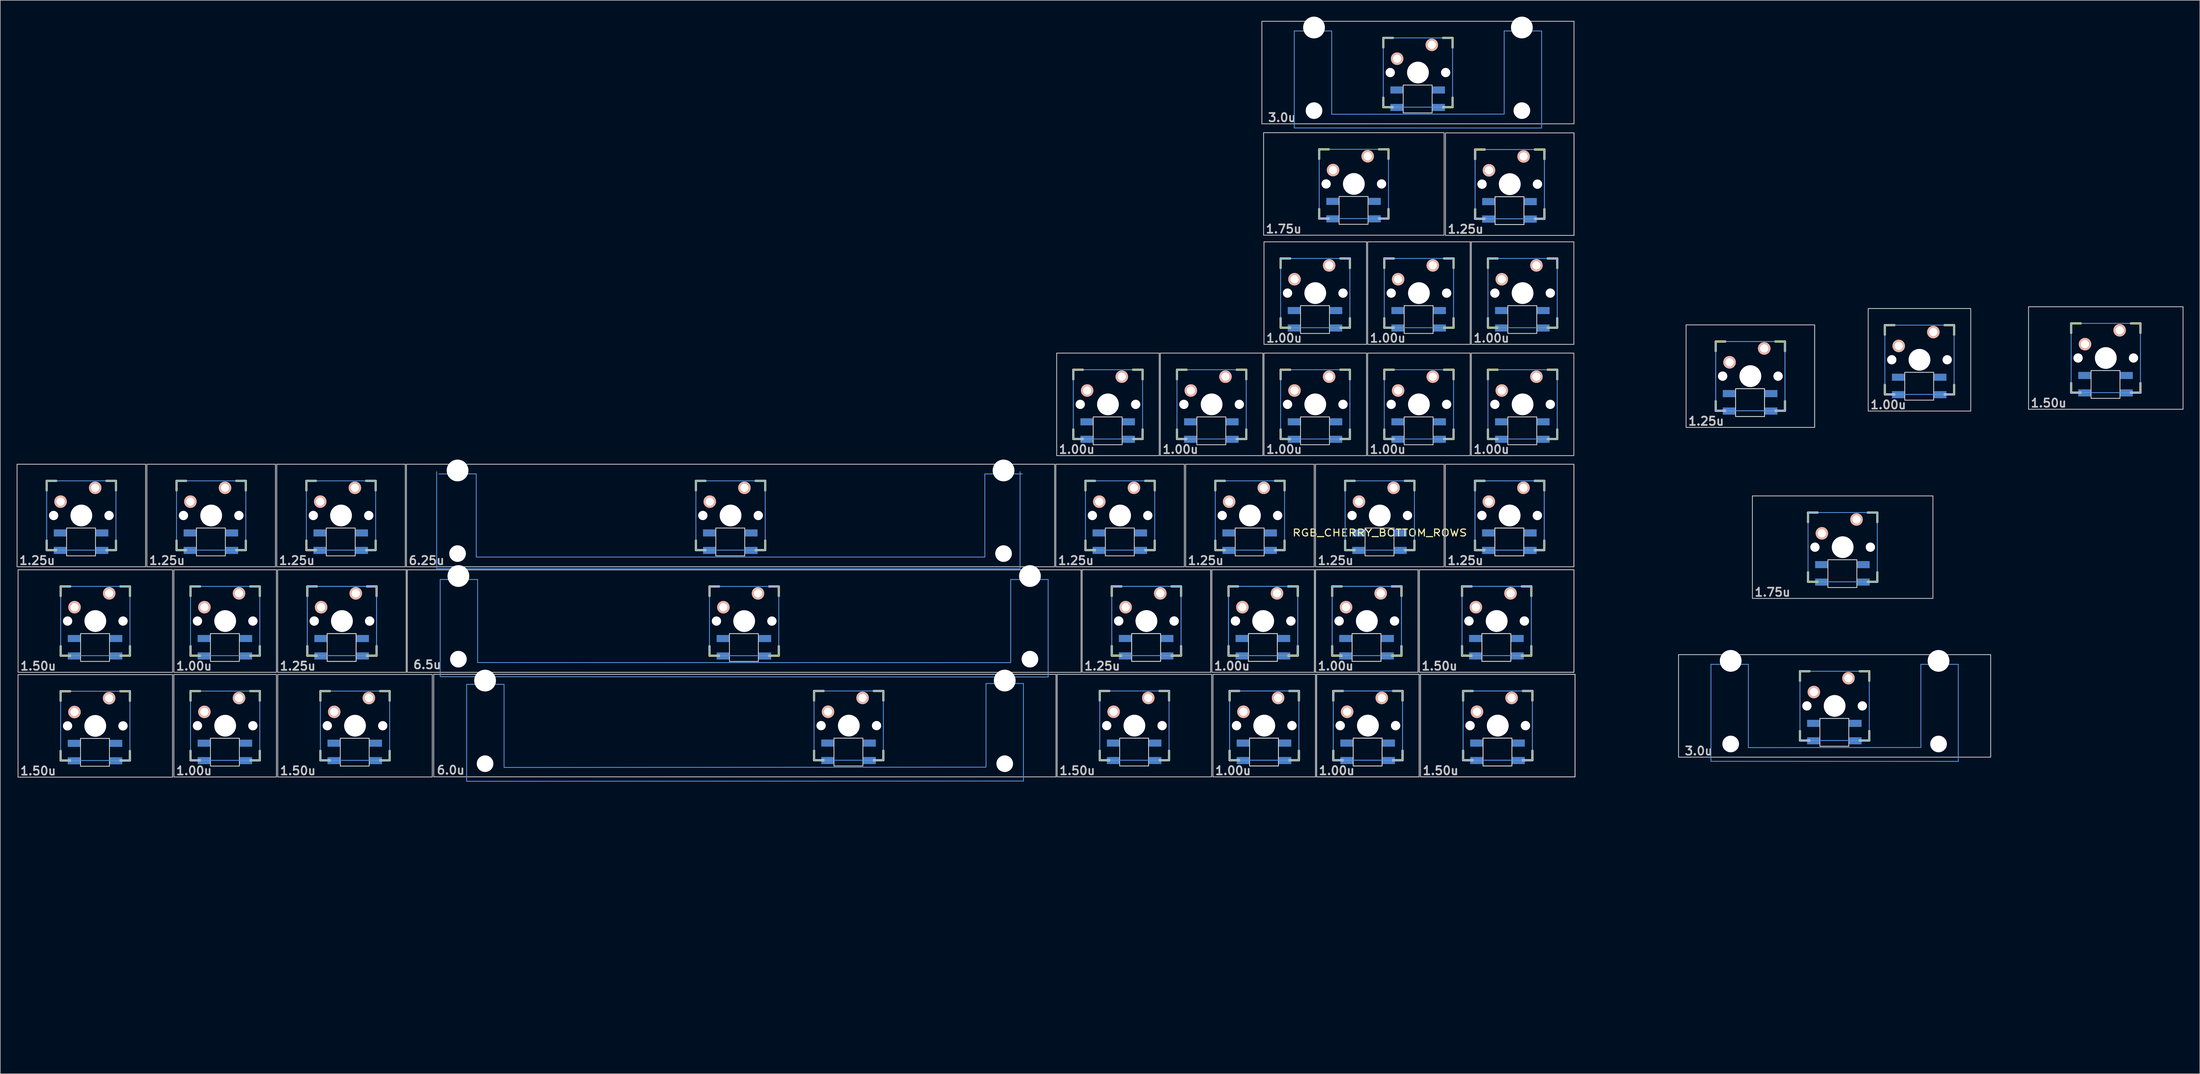
<source format=kicad_pcb>
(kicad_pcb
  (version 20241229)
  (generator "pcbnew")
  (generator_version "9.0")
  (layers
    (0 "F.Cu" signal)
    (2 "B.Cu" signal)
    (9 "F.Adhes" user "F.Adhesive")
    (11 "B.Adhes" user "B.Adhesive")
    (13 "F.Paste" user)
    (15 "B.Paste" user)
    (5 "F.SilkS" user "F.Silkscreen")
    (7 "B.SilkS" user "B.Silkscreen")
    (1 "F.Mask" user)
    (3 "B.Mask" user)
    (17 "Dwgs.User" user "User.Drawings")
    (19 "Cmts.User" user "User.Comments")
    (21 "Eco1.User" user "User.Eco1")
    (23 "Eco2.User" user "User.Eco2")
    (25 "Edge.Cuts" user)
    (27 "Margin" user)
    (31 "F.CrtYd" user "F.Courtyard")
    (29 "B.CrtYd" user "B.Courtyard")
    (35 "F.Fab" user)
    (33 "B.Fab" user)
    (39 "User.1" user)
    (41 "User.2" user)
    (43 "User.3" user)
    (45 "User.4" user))
  (footprint "RGB_CHERRY_BOTTOM_ROWS"
    (layer "F.Cu")
    (at 188.802 190.574)
    (property "Reference" "RGB_CHERRY_BOTTOM_ROWS" (at 61.055 -95.935 0) (layer "F.SilkS") (effects (font (size 1.27 1.524) (thickness 0.203))))
    (attr through_hole)
    (fp_line (start -183.295 -105.46) (end -181.517 -105.46) (stroke (width 0.381) (type solid)) (layer "F.SilkS"))
    (fp_line (start -183.295 -103.682) (end -183.295 -105.46) (stroke (width 0.381) (type solid)) (layer "F.SilkS"))
    (fp_line (start -183.295 -92.76) (end -183.295 -94.538) (stroke (width 0.381) (type solid)) (layer "F.SilkS"))
    (fp_line (start -181.517 -92.76) (end -183.295 -92.76) (stroke (width 0.381) (type solid)) (layer "F.SilkS"))
    (fp_line (start -180.74 -66.885) (end -178.962 -66.885) (stroke (width 0.381) (type solid)) (layer "F.SilkS"))
    (fp_line (start -180.74 -65.107) (end -180.74 -66.885) (stroke (width 0.381) (type solid)) (layer "F.SilkS"))
    (fp_line (start -180.74 -54.185) (end -180.74 -55.963) (stroke (width 0.381) (type solid)) (layer "F.SilkS"))
    (fp_line (start -180.73 -86.105) (end -178.952 -86.105) (stroke (width 0.381) (type solid)) (layer "F.SilkS"))
    (fp_line (start -180.73 -84.327) (end -180.73 -86.105) (stroke (width 0.381) (type solid)) (layer "F.SilkS"))
    (fp_line (start -180.73 -73.405) (end -180.73 -75.183) (stroke (width 0.381) (type solid)) (layer "F.SilkS"))
    (fp_line (start -178.962 -54.185) (end -180.74 -54.185) (stroke (width 0.381) (type solid)) (layer "F.SilkS"))
    (fp_line (start -178.952 -73.405) (end -180.73 -73.405) (stroke (width 0.381) (type solid)) (layer "F.SilkS"))
    (fp_line (start -172.373 -105.46) (end -170.595 -105.46) (stroke (width 0.381) (type solid)) (layer "F.SilkS"))
    (fp_line (start -170.595 -105.46) (end -170.595 -103.682) (stroke (width 0.381) (type solid)) (layer "F.SilkS"))
    (fp_line (start -170.595 -94.538) (end -170.595 -92.76) (stroke (width 0.381) (type solid)) (layer "F.SilkS"))
    (fp_line (start -170.595 -92.76) (end -172.373 -92.76) (stroke (width 0.381) (type solid)) (layer "F.SilkS"))
    (fp_line (start -169.818 -66.885) (end -168.04 -66.885) (stroke (width 0.381) (type solid)) (layer "F.SilkS"))
    (fp_line (start -169.808 -86.105) (end -168.03 -86.105) (stroke (width 0.381) (type solid)) (layer "F.SilkS"))
    (fp_line (start -168.04 -66.885) (end -168.04 -65.107) (stroke (width 0.381) (type solid)) (layer "F.SilkS"))
    (fp_line (start -168.04 -55.963) (end -168.04 -54.185) (stroke (width 0.381) (type solid)) (layer "F.SilkS"))
    (fp_line (start -168.04 -54.185) (end -169.818 -54.185) (stroke (width 0.381) (type solid)) (layer "F.SilkS"))
    (fp_line (start -168.03 -86.105) (end -168.03 -84.327) (stroke (width 0.381) (type solid)) (layer "F.SilkS"))
    (fp_line (start -168.03 -75.183) (end -168.03 -73.405) (stroke (width 0.381) (type solid)) (layer "F.SilkS"))
    (fp_line (start -168.03 -73.405) (end -169.808 -73.405) (stroke (width 0.381) (type solid)) (layer "F.SilkS"))
    (fp_line (start -159.495 -105.46) (end -157.717 -105.46) (stroke (width 0.381) (type solid)) (layer "F.SilkS"))
    (fp_line (start -159.495 -103.682) (end -159.495 -105.46) (stroke (width 0.381) (type solid)) (layer "F.SilkS"))
    (fp_line (start -159.495 -92.76) (end -159.495 -94.538) (stroke (width 0.381) (type solid)) (layer "F.SilkS"))
    (fp_line (start -157.717 -92.76) (end -159.495 -92.76) (stroke (width 0.381) (type solid)) (layer "F.SilkS"))
    (fp_line (start -156.93 -86.105) (end -155.152 -86.105) (stroke (width 0.381) (type solid)) (layer "F.SilkS"))
    (fp_line (start -156.93 -84.327) (end -156.93 -86.105) (stroke (width 0.381) (type solid)) (layer "F.SilkS"))
    (fp_line (start -156.93 -73.405) (end -156.93 -75.183) (stroke (width 0.381) (type solid)) (layer "F.SilkS"))
    (fp_line (start -156.93 -66.915) (end -155.152 -66.915) (stroke (width 0.381) (type solid)) (layer "F.SilkS"))
    (fp_line (start -156.93 -65.137) (end -156.93 -66.915) (stroke (width 0.381) (type solid)) (layer "F.SilkS"))
    (fp_line (start -156.93 -54.215) (end -156.93 -55.993) (stroke (width 0.381) (type solid)) (layer "F.SilkS"))
    (fp_line (start -155.152 -73.405) (end -156.93 -73.405) (stroke (width 0.381) (type solid)) (layer "F.SilkS"))
    (fp_line (start -155.152 -54.215) (end -156.93 -54.215) (stroke (width 0.381) (type solid)) (layer "F.SilkS"))
    (fp_line (start -148.573 -105.46) (end -146.795 -105.46) (stroke (width 0.381) (type solid)) (layer "F.SilkS"))
    (fp_line (start -146.795 -105.46) (end -146.795 -103.682) (stroke (width 0.381) (type solid)) (layer "F.SilkS"))
    (fp_line (start -146.795 -94.538) (end -146.795 -92.76) (stroke (width 0.381) (type solid)) (layer "F.SilkS"))
    (fp_line (start -146.795 -92.76) (end -148.573 -92.76) (stroke (width 0.381) (type solid)) (layer "F.SilkS"))
    (fp_line (start -146.008 -86.105) (end -144.23 -86.105) (stroke (width 0.381) (type solid)) (layer "F.SilkS"))
    (fp_line (start -146.008 -66.915) (end -144.23 -66.915) (stroke (width 0.381) (type solid)) (layer "F.SilkS"))
    (fp_line (start -144.23 -86.105) (end -144.23 -84.327) (stroke (width 0.381) (type solid)) (layer "F.SilkS"))
    (fp_line (start -144.23 -75.183) (end -144.23 -73.405) (stroke (width 0.381) (type solid)) (layer "F.SilkS"))
    (fp_line (start -144.23 -73.405) (end -146.008 -73.405) (stroke (width 0.381) (type solid)) (layer "F.SilkS"))
    (fp_line (start -144.23 -66.915) (end -144.23 -65.137) (stroke (width 0.381) (type solid)) (layer "F.SilkS"))
    (fp_line (start -144.23 -55.993) (end -144.23 -54.215) (stroke (width 0.381) (type solid)) (layer "F.SilkS"))
    (fp_line (start -144.23 -54.215) (end -146.008 -54.215) (stroke (width 0.381) (type solid)) (layer "F.SilkS"))
    (fp_line (start -135.695 -105.46) (end -133.917 -105.46) (stroke (width 0.381) (type solid)) (layer "F.SilkS"))
    (fp_line (start -135.695 -103.682) (end -135.695 -105.46) (stroke (width 0.381) (type solid)) (layer "F.SilkS"))
    (fp_line (start -135.695 -92.76) (end -135.695 -94.538) (stroke (width 0.381) (type solid)) (layer "F.SilkS"))
    (fp_line (start -135.53 -86.105) (end -133.752 -86.105) (stroke (width 0.381) (type solid)) (layer "F.SilkS"))
    (fp_line (start -135.53 -86.105) (end -133.752 -86.105) (stroke (width 0.381) (type solid)) (layer "F.SilkS"))
    (fp_line (start -135.53 -84.327) (end -135.53 -86.105) (stroke (width 0.381) (type solid)) (layer "F.SilkS"))
    (fp_line (start -135.53 -84.327) (end -135.53 -86.105) (stroke (width 0.381) (type solid)) (layer "F.SilkS"))
    (fp_line (start -135.53 -73.405) (end -135.53 -75.183) (stroke (width 0.381) (type solid)) (layer "F.SilkS"))
    (fp_line (start -135.53 -73.405) (end -135.53 -75.183) (stroke (width 0.381) (type solid)) (layer "F.SilkS"))
    (fp_line (start -133.917 -92.76) (end -135.695 -92.76) (stroke (width 0.381) (type solid)) (layer "F.SilkS"))
    (fp_line (start -133.752 -73.405) (end -135.53 -73.405) (stroke (width 0.381) (type solid)) (layer "F.SilkS"))
    (fp_line (start -133.752 -73.405) (end -135.53 -73.405) (stroke (width 0.381) (type solid)) (layer "F.SilkS"))
    (fp_line (start -133.13 -66.915) (end -131.352 -66.915) (stroke (width 0.381) (type solid)) (layer "F.SilkS"))
    (fp_line (start -133.13 -65.137) (end -133.13 -66.915) (stroke (width 0.381) (type solid)) (layer "F.SilkS"))
    (fp_line (start -133.13 -54.215) (end -133.13 -55.993) (stroke (width 0.381) (type solid)) (layer "F.SilkS"))
    (fp_line (start -131.352 -54.215) (end -133.13 -54.215) (stroke (width 0.381) (type solid)) (layer "F.SilkS"))
    (fp_line (start -124.773 -105.46) (end -122.995 -105.46) (stroke (width 0.381) (type solid)) (layer "F.SilkS"))
    (fp_line (start -124.608 -86.105) (end -122.83 -86.105) (stroke (width 0.381) (type solid)) (layer "F.SilkS"))
    (fp_line (start -124.608 -86.105) (end -122.83 -86.105) (stroke (width 0.381) (type solid)) (layer "F.SilkS"))
    (fp_line (start -122.995 -105.46) (end -122.995 -103.682) (stroke (width 0.381) (type solid)) (layer "F.SilkS"))
    (fp_line (start -122.995 -94.538) (end -122.995 -92.76) (stroke (width 0.381) (type solid)) (layer "F.SilkS"))
    (fp_line (start -122.995 -92.76) (end -124.773 -92.76) (stroke (width 0.381) (type solid)) (layer "F.SilkS"))
    (fp_line (start -122.83 -86.105) (end -122.83 -84.327) (stroke (width 0.381) (type solid)) (layer "F.SilkS"))
    (fp_line (start -122.83 -86.105) (end -122.83 -84.327) (stroke (width 0.381) (type solid)) (layer "F.SilkS"))
    (fp_line (start -122.83 -75.183) (end -122.83 -73.405) (stroke (width 0.381) (type solid)) (layer "F.SilkS"))
    (fp_line (start -122.83 -75.183) (end -122.83 -73.405) (stroke (width 0.381) (type solid)) (layer "F.SilkS"))
    (fp_line (start -122.83 -73.405) (end -124.608 -73.405) (stroke (width 0.381) (type solid)) (layer "F.SilkS"))
    (fp_line (start -122.83 -73.405) (end -124.608 -73.405) (stroke (width 0.381) (type solid)) (layer "F.SilkS"))
    (fp_line (start -122.208 -66.915) (end -120.43 -66.915) (stroke (width 0.381) (type solid)) (layer "F.SilkS"))
    (fp_line (start -120.43 -66.915) (end -120.43 -65.137) (stroke (width 0.381) (type solid)) (layer "F.SilkS"))
    (fp_line (start -120.43 -55.993) (end -120.43 -54.215) (stroke (width 0.381) (type solid)) (layer "F.SilkS"))
    (fp_line (start -120.43 -54.215) (end -122.208 -54.215) (stroke (width 0.381) (type solid)) (layer "F.SilkS"))
    (fp_line (start -64.295 -105.46) (end -62.517 -105.46) (stroke (width 0.381) (type solid)) (layer "F.SilkS"))
    (fp_line (start -64.295 -103.682) (end -64.295 -105.46) (stroke (width 0.381) (type solid)) (layer "F.SilkS"))
    (fp_line (start -64.295 -92.76) (end -64.295 -94.538) (stroke (width 0.381) (type solid)) (layer "F.SilkS"))
    (fp_line (start -62.517 -92.76) (end -64.295 -92.76) (stroke (width 0.381) (type solid)) (layer "F.SilkS"))
    (fp_line (start -61.8 -86.1) (end -60.022 -86.1) (stroke (width 0.381) (type solid)) (layer "F.SilkS"))
    (fp_line (start -61.8 -84.322) (end -61.8 -86.1) (stroke (width 0.381) (type solid)) (layer "F.SilkS"))
    (fp_line (start -61.8 -73.4) (end -61.8 -75.178) (stroke (width 0.381) (type solid)) (layer "F.SilkS"))
    (fp_line (start -60.022 -73.4) (end -61.8 -73.4) (stroke (width 0.381) (type solid)) (layer "F.SilkS"))
    (fp_line (start -53.373 -105.46) (end -51.595 -105.46) (stroke (width 0.381) (type solid)) (layer "F.SilkS"))
    (fp_line (start -51.595 -105.46) (end -51.595 -103.682) (stroke (width 0.381) (type solid)) (layer "F.SilkS"))
    (fp_line (start -51.595 -94.538) (end -51.595 -92.76) (stroke (width 0.381) (type solid)) (layer "F.SilkS"))
    (fp_line (start -51.595 -92.76) (end -53.373 -92.76) (stroke (width 0.381) (type solid)) (layer "F.SilkS"))
    (fp_line (start -50.878 -86.1) (end -49.1 -86.1) (stroke (width 0.381) (type solid)) (layer "F.SilkS"))
    (fp_line (start -49.1 -86.1) (end -49.1 -84.322) (stroke (width 0.381) (type solid)) (layer "F.SilkS"))
    (fp_line (start -49.1 -75.178) (end -49.1 -73.4) (stroke (width 0.381) (type solid)) (layer "F.SilkS"))
    (fp_line (start -49.1 -73.4) (end -50.878 -73.4) (stroke (width 0.381) (type solid)) (layer "F.SilkS"))
    (fp_line (start -42.64 -66.935) (end -40.862 -66.935) (stroke (width 0.381) (type solid)) (layer "F.SilkS"))
    (fp_line (start -42.64 -65.157) (end -42.64 -66.935) (stroke (width 0.381) (type solid)) (layer "F.SilkS"))
    (fp_line (start -42.64 -54.235) (end -42.64 -56.013) (stroke (width 0.381) (type solid)) (layer "F.SilkS"))
    (fp_line (start -40.862 -54.235) (end -42.64 -54.235) (stroke (width 0.381) (type solid)) (layer "F.SilkS"))
    (fp_line (start -31.718 -66.935) (end -29.94 -66.935) (stroke (width 0.381) (type solid)) (layer "F.SilkS"))
    (fp_line (start -29.94 -66.935) (end -29.94 -65.157) (stroke (width 0.381) (type solid)) (layer "F.SilkS"))
    (fp_line (start -29.94 -56.013) (end -29.94 -54.235) (stroke (width 0.381) (type solid)) (layer "F.SilkS"))
    (fp_line (start -29.94 -54.235) (end -31.718 -54.235) (stroke (width 0.381) (type solid)) (layer "F.SilkS"))
    (fp_line (start 4.88 -125.835) (end 6.658 -125.835) (stroke (width 0.381) (type solid)) (layer "F.SilkS"))
    (fp_line (start 4.88 -124.057) (end 4.88 -125.835) (stroke (width 0.381) (type solid)) (layer "F.SilkS"))
    (fp_line (start 4.88 -113.135) (end 4.88 -114.913) (stroke (width 0.381) (type solid)) (layer "F.SilkS"))
    (fp_line (start 6.658 -113.135) (end 4.88 -113.135) (stroke (width 0.381) (type solid)) (layer "F.SilkS"))
    (fp_line (start 7.105 -105.46) (end 8.883 -105.46) (stroke (width 0.381) (type solid)) (layer "F.SilkS"))
    (fp_line (start 7.105 -103.682) (end 7.105 -105.46) (stroke (width 0.381) (type solid)) (layer "F.SilkS"))
    (fp_line (start 7.105 -92.76) (end 7.105 -94.538) (stroke (width 0.381) (type solid)) (layer "F.SilkS"))
    (fp_line (start 8.883 -92.76) (end 7.105 -92.76) (stroke (width 0.381) (type solid)) (layer "F.SilkS"))
    (fp_line (start 9.73 -66.935) (end 11.508 -66.935) (stroke (width 0.381) (type solid)) (layer "F.SilkS"))
    (fp_line (start 9.73 -65.157) (end 9.73 -66.935) (stroke (width 0.381) (type solid)) (layer "F.SilkS"))
    (fp_line (start 9.73 -54.235) (end 9.73 -56.013) (stroke (width 0.381) (type solid)) (layer "F.SilkS"))
    (fp_line (start 11.508 -54.235) (end 9.73 -54.235) (stroke (width 0.381) (type solid)) (layer "F.SilkS"))
    (fp_line (start 11.93 -86.11) (end 13.708 -86.11) (stroke (width 0.381) (type solid)) (layer "F.SilkS"))
    (fp_line (start 11.93 -86.11) (end 13.708 -86.11) (stroke (width 0.381) (type solid)) (layer "F.SilkS"))
    (fp_line (start 11.93 -84.332) (end 11.93 -86.11) (stroke (width 0.381) (type solid)) (layer "F.SilkS"))
    (fp_line (start 11.93 -84.332) (end 11.93 -86.11) (stroke (width 0.381) (type solid)) (layer "F.SilkS"))
    (fp_line (start 11.93 -73.41) (end 11.93 -75.188) (stroke (width 0.381) (type solid)) (layer "F.SilkS"))
    (fp_line (start 11.93 -73.41) (end 11.93 -75.188) (stroke (width 0.381) (type solid)) (layer "F.SilkS"))
    (fp_line (start 13.708 -73.41) (end 11.93 -73.41) (stroke (width 0.381) (type solid)) (layer "F.SilkS"))
    (fp_line (start 13.708 -73.41) (end 11.93 -73.41) (stroke (width 0.381) (type solid)) (layer "F.SilkS"))
    (fp_line (start 15.802 -125.835) (end 17.58 -125.835) (stroke (width 0.381) (type solid)) (layer "F.SilkS"))
    (fp_line (start 17.58 -125.835) (end 17.58 -124.057) (stroke (width 0.381) (type solid)) (layer "F.SilkS"))
    (fp_line (start 17.58 -114.913) (end 17.58 -113.135) (stroke (width 0.381) (type solid)) (layer "F.SilkS"))
    (fp_line (start 17.58 -113.135) (end 15.802 -113.135) (stroke (width 0.381) (type solid)) (layer "F.SilkS"))
    (fp_line (start 18.027 -105.46) (end 19.805 -105.46) (stroke (width 0.381) (type solid)) (layer "F.SilkS"))
    (fp_line (start 19.805 -105.46) (end 19.805 -103.682) (stroke (width 0.381) (type solid)) (layer "F.SilkS"))
    (fp_line (start 19.805 -94.538) (end 19.805 -92.76) (stroke (width 0.381) (type solid)) (layer "F.SilkS"))
    (fp_line (start 19.805 -92.76) (end 18.027 -92.76) (stroke (width 0.381) (type solid)) (layer "F.SilkS"))
    (fp_line (start 20.652 -66.935) (end 22.43 -66.935) (stroke (width 0.381) (type solid)) (layer "F.SilkS"))
    (fp_line (start 22.43 -66.935) (end 22.43 -65.157) (stroke (width 0.381) (type solid)) (layer "F.SilkS"))
    (fp_line (start 22.43 -56.013) (end 22.43 -54.235) (stroke (width 0.381) (type solid)) (layer "F.SilkS"))
    (fp_line (start 22.43 -54.235) (end 20.652 -54.235) (stroke (width 0.381) (type solid)) (layer "F.SilkS"))
    (fp_line (start 22.852 -86.11) (end 24.63 -86.11) (stroke (width 0.381) (type solid)) (layer "F.SilkS"))
    (fp_line (start 22.852 -86.11) (end 24.63 -86.11) (stroke (width 0.381) (type solid)) (layer "F.SilkS"))
    (fp_line (start 23.88 -125.835) (end 25.658 -125.835) (stroke (width 0.381) (type solid)) (layer "F.SilkS"))
    (fp_line (start 23.88 -124.057) (end 23.88 -125.835) (stroke (width 0.381) (type solid)) (layer "F.SilkS"))
    (fp_line (start 23.88 -113.135) (end 23.88 -114.913) (stroke (width 0.381) (type solid)) (layer "F.SilkS"))
    (fp_line (start 24.63 -86.11) (end 24.63 -84.332) (stroke (width 0.381) (type solid)) (layer "F.SilkS"))
    (fp_line (start 24.63 -86.11) (end 24.63 -84.332) (stroke (width 0.381) (type solid)) (layer "F.SilkS"))
    (fp_line (start 24.63 -75.188) (end 24.63 -73.41) (stroke (width 0.381) (type solid)) (layer "F.SilkS"))
    (fp_line (start 24.63 -75.188) (end 24.63 -73.41) (stroke (width 0.381) (type solid)) (layer "F.SilkS"))
    (fp_line (start 24.63 -73.41) (end 22.852 -73.41) (stroke (width 0.381) (type solid)) (layer "F.SilkS"))
    (fp_line (start 24.63 -73.41) (end 22.852 -73.41) (stroke (width 0.381) (type solid)) (layer "F.SilkS"))
    (fp_line (start 25.658 -113.135) (end 23.88 -113.135) (stroke (width 0.381) (type solid)) (layer "F.SilkS"))
    (fp_line (start 30.905 -105.46) (end 32.683 -105.46) (stroke (width 0.381) (type solid)) (layer "F.SilkS"))
    (fp_line (start 30.905 -103.682) (end 30.905 -105.46) (stroke (width 0.381) (type solid)) (layer "F.SilkS"))
    (fp_line (start 30.905 -92.76) (end 30.905 -94.538) (stroke (width 0.381) (type solid)) (layer "F.SilkS"))
    (fp_line (start 32.683 -92.76) (end 30.905 -92.76) (stroke (width 0.381) (type solid)) (layer "F.SilkS"))
    (fp_line (start 33.33 -86.11) (end 35.108 -86.11) (stroke (width 0.381) (type solid)) (layer "F.SilkS"))
    (fp_line (start 33.33 -86.11) (end 35.108 -86.11) (stroke (width 0.381) (type solid)) (layer "F.SilkS"))
    (fp_line (start 33.33 -84.332) (end 33.33 -86.11) (stroke (width 0.381) (type solid)) (layer "F.SilkS"))
    (fp_line (start 33.33 -84.332) (end 33.33 -86.11) (stroke (width 0.381) (type solid)) (layer "F.SilkS"))
    (fp_line (start 33.33 -73.41) (end 33.33 -75.188) (stroke (width 0.381) (type solid)) (layer "F.SilkS"))
    (fp_line (start 33.33 -73.41) (end 33.33 -75.188) (stroke (width 0.381) (type solid)) (layer "F.SilkS"))
    (fp_line (start 33.53 -66.935) (end 35.308 -66.935) (stroke (width 0.381) (type solid)) (layer "F.SilkS"))
    (fp_line (start 33.53 -66.935) (end 35.308 -66.935) (stroke (width 0.381) (type solid)) (layer "F.SilkS"))
    (fp_line (start 33.53 -65.157) (end 33.53 -66.935) (stroke (width 0.381) (type solid)) (layer "F.SilkS"))
    (fp_line (start 33.53 -65.157) (end 33.53 -66.935) (stroke (width 0.381) (type solid)) (layer "F.SilkS"))
    (fp_line (start 33.53 -54.235) (end 33.53 -56.013) (stroke (width 0.381) (type solid)) (layer "F.SilkS"))
    (fp_line (start 33.53 -54.235) (end 33.53 -56.013) (stroke (width 0.381) (type solid)) (layer "F.SilkS"))
    (fp_line (start 34.802 -125.835) (end 36.58 -125.835) (stroke (width 0.381) (type solid)) (layer "F.SilkS"))
    (fp_line (start 35.108 -73.41) (end 33.33 -73.41) (stroke (width 0.381) (type solid)) (layer "F.SilkS"))
    (fp_line (start 35.108 -73.41) (end 33.33 -73.41) (stroke (width 0.381) (type solid)) (layer "F.SilkS"))
    (fp_line (start 35.308 -54.235) (end 33.53 -54.235) (stroke (width 0.381) (type solid)) (layer "F.SilkS"))
    (fp_line (start 35.308 -54.235) (end 33.53 -54.235) (stroke (width 0.381) (type solid)) (layer "F.SilkS"))
    (fp_line (start 36.58 -125.835) (end 36.58 -124.057) (stroke (width 0.381) (type solid)) (layer "F.SilkS"))
    (fp_line (start 36.58 -114.913) (end 36.58 -113.135) (stroke (width 0.381) (type solid)) (layer "F.SilkS"))
    (fp_line (start 36.58 -113.135) (end 34.802 -113.135) (stroke (width 0.381) (type solid)) (layer "F.SilkS"))
    (fp_line (start 41.827 -105.46) (end 43.605 -105.46) (stroke (width 0.381) (type solid)) (layer "F.SilkS"))
    (fp_line (start 42.88 -146.235) (end 44.658 -146.235) (stroke (width 0.381) (type solid)) (layer "F.SilkS"))
    (fp_line (start 42.88 -144.457) (end 42.88 -146.235) (stroke (width 0.381) (type solid)) (layer "F.SilkS"))
    (fp_line (start 42.88 -133.535) (end 42.88 -135.313) (stroke (width 0.381) (type solid)) (layer "F.SilkS"))
    (fp_line (start 42.88 -125.835) (end 44.658 -125.835) (stroke (width 0.381) (type solid)) (layer "F.SilkS"))
    (fp_line (start 42.88 -124.057) (end 42.88 -125.835) (stroke (width 0.381) (type solid)) (layer "F.SilkS"))
    (fp_line (start 42.88 -113.135) (end 42.88 -114.913) (stroke (width 0.381) (type solid)) (layer "F.SilkS"))
    (fp_line (start 43.605 -105.46) (end 43.605 -103.682) (stroke (width 0.381) (type solid)) (layer "F.SilkS"))
    (fp_line (start 43.605 -94.538) (end 43.605 -92.76) (stroke (width 0.381) (type solid)) (layer "F.SilkS"))
    (fp_line (start 43.605 -92.76) (end 41.827 -92.76) (stroke (width 0.381) (type solid)) (layer "F.SilkS"))
    (fp_line (start 44.252 -86.11) (end 46.03 -86.11) (stroke (width 0.381) (type solid)) (layer "F.SilkS"))
    (fp_line (start 44.252 -86.11) (end 46.03 -86.11) (stroke (width 0.381) (type solid)) (layer "F.SilkS"))
    (fp_line (start 44.452 -66.935) (end 46.23 -66.935) (stroke (width 0.381) (type solid)) (layer "F.SilkS"))
    (fp_line (start 44.452 -66.935) (end 46.23 -66.935) (stroke (width 0.381) (type solid)) (layer "F.SilkS"))
    (fp_line (start 44.658 -133.535) (end 42.88 -133.535) (stroke (width 0.381) (type solid)) (layer "F.SilkS"))
    (fp_line (start 44.658 -113.135) (end 42.88 -113.135) (stroke (width 0.381) (type solid)) (layer "F.SilkS"))
    (fp_line (start 46.03 -86.11) (end 46.03 -84.332) (stroke (width 0.381) (type solid)) (layer "F.SilkS"))
    (fp_line (start 46.03 -86.11) (end 46.03 -84.332) (stroke (width 0.381) (type solid)) (layer "F.SilkS"))
    (fp_line (start 46.03 -75.188) (end 46.03 -73.41) (stroke (width 0.381) (type solid)) (layer "F.SilkS"))
    (fp_line (start 46.03 -75.188) (end 46.03 -73.41) (stroke (width 0.381) (type solid)) (layer "F.SilkS"))
    (fp_line (start 46.03 -73.41) (end 44.252 -73.41) (stroke (width 0.381) (type solid)) (layer "F.SilkS"))
    (fp_line (start 46.03 -73.41) (end 44.252 -73.41) (stroke (width 0.381) (type solid)) (layer "F.SilkS"))
    (fp_line (start 46.23 -66.935) (end 46.23 -65.157) (stroke (width 0.381) (type solid)) (layer "F.SilkS"))
    (fp_line (start 46.23 -66.935) (end 46.23 -65.157) (stroke (width 0.381) (type solid)) (layer "F.SilkS"))
    (fp_line (start 46.23 -56.013) (end 46.23 -54.235) (stroke (width 0.381) (type solid)) (layer "F.SilkS"))
    (fp_line (start 46.23 -56.013) (end 46.23 -54.235) (stroke (width 0.381) (type solid)) (layer "F.SilkS"))
    (fp_line (start 46.23 -54.235) (end 44.452 -54.235) (stroke (width 0.381) (type solid)) (layer "F.SilkS"))
    (fp_line (start 46.23 -54.235) (end 44.452 -54.235) (stroke (width 0.381) (type solid)) (layer "F.SilkS"))
    (fp_line (start 49.95 -166.25) (end 51.728 -166.25) (stroke (width 0.381) (type solid)) (layer "F.SilkS"))
    (fp_line (start 49.95 -164.472) (end 49.95 -166.25) (stroke (width 0.381) (type solid)) (layer "F.SilkS"))
    (fp_line (start 49.95 -153.55) (end 49.95 -155.328) (stroke (width 0.381) (type solid)) (layer "F.SilkS"))
    (fp_line (start 51.728 -153.55) (end 49.95 -153.55) (stroke (width 0.381) (type solid)) (layer "F.SilkS"))
    (fp_line (start 52.33 -86.11) (end 54.108 -86.11) (stroke (width 0.381) (type solid)) (layer "F.SilkS"))
    (fp_line (start 52.33 -86.11) (end 54.108 -86.11) (stroke (width 0.381) (type solid)) (layer "F.SilkS"))
    (fp_line (start 52.33 -84.332) (end 52.33 -86.11) (stroke (width 0.381) (type solid)) (layer "F.SilkS"))
    (fp_line (start 52.33 -84.332) (end 52.33 -86.11) (stroke (width 0.381) (type solid)) (layer "F.SilkS"))
    (fp_line (start 52.33 -73.41) (end 52.33 -75.188) (stroke (width 0.381) (type solid)) (layer "F.SilkS"))
    (fp_line (start 52.33 -73.41) (end 52.33 -75.188) (stroke (width 0.381) (type solid)) (layer "F.SilkS"))
    (fp_line (start 52.53 -66.935) (end 54.308 -66.935) (stroke (width 0.381) (type solid)) (layer "F.SilkS"))
    (fp_line (start 52.53 -66.935) (end 54.308 -66.935) (stroke (width 0.381) (type solid)) (layer "F.SilkS"))
    (fp_line (start 52.53 -65.157) (end 52.53 -66.935) (stroke (width 0.381) (type solid)) (layer "F.SilkS"))
    (fp_line (start 52.53 -65.157) (end 52.53 -66.935) (stroke (width 0.381) (type solid)) (layer "F.SilkS"))
    (fp_line (start 52.53 -54.235) (end 52.53 -56.013) (stroke (width 0.381) (type solid)) (layer "F.SilkS"))
    (fp_line (start 52.53 -54.235) (end 52.53 -56.013) (stroke (width 0.381) (type solid)) (layer "F.SilkS"))
    (fp_line (start 53.802 -146.235) (end 55.58 -146.235) (stroke (width 0.381) (type solid)) (layer "F.SilkS"))
    (fp_line (start 53.802 -125.835) (end 55.58 -125.835) (stroke (width 0.381) (type solid)) (layer "F.SilkS"))
    (fp_line (start 54.108 -73.41) (end 52.33 -73.41) (stroke (width 0.381) (type solid)) (layer "F.SilkS"))
    (fp_line (start 54.108 -73.41) (end 52.33 -73.41) (stroke (width 0.381) (type solid)) (layer "F.SilkS"))
    (fp_line (start 54.308 -54.235) (end 52.53 -54.235) (stroke (width 0.381) (type solid)) (layer "F.SilkS"))
    (fp_line (start 54.308 -54.235) (end 52.53 -54.235) (stroke (width 0.381) (type solid)) (layer "F.SilkS"))
    (fp_line (start 54.705 -105.46) (end 56.483 -105.46) (stroke (width 0.381) (type solid)) (layer "F.SilkS"))
    (fp_line (start 54.705 -103.682) (end 54.705 -105.46) (stroke (width 0.381) (type solid)) (layer "F.SilkS"))
    (fp_line (start 54.705 -92.76) (end 54.705 -94.538) (stroke (width 0.381) (type solid)) (layer "F.SilkS"))
    (fp_line (start 55.58 -146.235) (end 55.58 -144.457) (stroke (width 0.381) (type solid)) (layer "F.SilkS"))
    (fp_line (start 55.58 -135.313) (end 55.58 -133.535) (stroke (width 0.381) (type solid)) (layer "F.SilkS"))
    (fp_line (start 55.58 -133.535) (end 53.802 -133.535) (stroke (width 0.381) (type solid)) (layer "F.SilkS"))
    (fp_line (start 55.58 -125.835) (end 55.58 -124.057) (stroke (width 0.381) (type solid)) (layer "F.SilkS"))
    (fp_line (start 55.58 -114.913) (end 55.58 -113.135) (stroke (width 0.381) (type solid)) (layer "F.SilkS"))
    (fp_line (start 55.58 -113.135) (end 53.802 -113.135) (stroke (width 0.381) (type solid)) (layer "F.SilkS"))
    (fp_line (start 56.483 -92.76) (end 54.705 -92.76) (stroke (width 0.381) (type solid)) (layer "F.SilkS"))
    (fp_line (start 60.872 -166.25) (end 62.65 -166.25) (stroke (width 0.381) (type solid)) (layer "F.SilkS"))
    (fp_line (start 61.7 -186.675) (end 63.478 -186.675) (stroke (width 0.381) (type solid)) (layer "F.SilkS"))
    (fp_line (start 61.7 -184.897) (end 61.7 -186.675) (stroke (width 0.381) (type solid)) (layer "F.SilkS"))
    (fp_line (start 61.7 -173.975) (end 61.7 -175.753) (stroke (width 0.381) (type solid)) (layer "F.SilkS"))
    (fp_line (start 61.88 -146.235) (end 63.658 -146.235) (stroke (width 0.381) (type solid)) (layer "F.SilkS"))
    (fp_line (start 61.88 -144.457) (end 61.88 -146.235) (stroke (width 0.381) (type solid)) (layer "F.SilkS"))
    (fp_line (start 61.88 -133.535) (end 61.88 -135.313) (stroke (width 0.381) (type solid)) (layer "F.SilkS"))
    (fp_line (start 61.88 -125.835) (end 63.658 -125.835) (stroke (width 0.381) (type solid)) (layer "F.SilkS"))
    (fp_line (start 61.88 -124.057) (end 61.88 -125.835) (stroke (width 0.381) (type solid)) (layer "F.SilkS"))
    (fp_line (start 61.88 -113.135) (end 61.88 -114.913) (stroke (width 0.381) (type solid)) (layer "F.SilkS"))
    (fp_line (start 62.65 -166.25) (end 62.65 -164.472) (stroke (width 0.381) (type solid)) (layer "F.SilkS"))
    (fp_line (start 62.65 -155.328) (end 62.65 -153.55) (stroke (width 0.381) (type solid)) (layer "F.SilkS"))
    (fp_line (start 62.65 -153.55) (end 60.872 -153.55) (stroke (width 0.381) (type solid)) (layer "F.SilkS"))
    (fp_line (start 63.252 -86.11) (end 65.03 -86.11) (stroke (width 0.381) (type solid)) (layer "F.SilkS"))
    (fp_line (start 63.252 -86.11) (end 65.03 -86.11) (stroke (width 0.381) (type solid)) (layer "F.SilkS"))
    (fp_line (start 63.452 -66.935) (end 65.23 -66.935) (stroke (width 0.381) (type solid)) (layer "F.SilkS"))
    (fp_line (start 63.452 -66.935) (end 65.23 -66.935) (stroke (width 0.381) (type solid)) (layer "F.SilkS"))
    (fp_line (start 63.478 -173.975) (end 61.7 -173.975) (stroke (width 0.381) (type solid)) (layer "F.SilkS"))
    (fp_line (start 63.658 -133.535) (end 61.88 -133.535) (stroke (width 0.381) (type solid)) (layer "F.SilkS"))
    (fp_line (start 63.658 -113.135) (end 61.88 -113.135) (stroke (width 0.381) (type solid)) (layer "F.SilkS"))
    (fp_line (start 65.03 -86.11) (end 65.03 -84.332) (stroke (width 0.381) (type solid)) (layer "F.SilkS"))
    (fp_line (start 65.03 -86.11) (end 65.03 -84.332) (stroke (width 0.381) (type solid)) (layer "F.SilkS"))
    (fp_line (start 65.03 -75.188) (end 65.03 -73.41) (stroke (width 0.381) (type solid)) (layer "F.SilkS"))
    (fp_line (start 65.03 -75.188) (end 65.03 -73.41) (stroke (width 0.381) (type solid)) (layer "F.SilkS"))
    (fp_line (start 65.03 -73.41) (end 63.252 -73.41) (stroke (width 0.381) (type solid)) (layer "F.SilkS"))
    (fp_line (start 65.03 -73.41) (end 63.252 -73.41) (stroke (width 0.381) (type solid)) (layer "F.SilkS"))
    (fp_line (start 65.23 -66.935) (end 65.23 -65.157) (stroke (width 0.381) (type solid)) (layer "F.SilkS"))
    (fp_line (start 65.23 -66.935) (end 65.23 -65.157) (stroke (width 0.381) (type solid)) (layer "F.SilkS"))
    (fp_line (start 65.23 -56.013) (end 65.23 -54.235) (stroke (width 0.381) (type solid)) (layer "F.SilkS"))
    (fp_line (start 65.23 -56.013) (end 65.23 -54.235) (stroke (width 0.381) (type solid)) (layer "F.SilkS"))
    (fp_line (start 65.23 -54.235) (end 63.452 -54.235) (stroke (width 0.381) (type solid)) (layer "F.SilkS"))
    (fp_line (start 65.23 -54.235) (end 63.452 -54.235) (stroke (width 0.381) (type solid)) (layer "F.SilkS"))
    (fp_line (start 65.627 -105.46) (end 67.405 -105.46) (stroke (width 0.381) (type solid)) (layer "F.SilkS"))
    (fp_line (start 67.405 -105.46) (end 67.405 -103.682) (stroke (width 0.381) (type solid)) (layer "F.SilkS"))
    (fp_line (start 67.405 -94.538) (end 67.405 -92.76) (stroke (width 0.381) (type solid)) (layer "F.SilkS"))
    (fp_line (start 67.405 -92.76) (end 65.627 -92.76) (stroke (width 0.381) (type solid)) (layer "F.SilkS"))
    (fp_line (start 72.622 -186.675) (end 74.4 -186.675) (stroke (width 0.381) (type solid)) (layer "F.SilkS"))
    (fp_line (start 72.802 -146.235) (end 74.58 -146.235) (stroke (width 0.381) (type solid)) (layer "F.SilkS"))
    (fp_line (start 72.802 -125.835) (end 74.58 -125.835) (stroke (width 0.381) (type solid)) (layer "F.SilkS"))
    (fp_line (start 74.4 -186.675) (end 74.4 -184.897) (stroke (width 0.381) (type solid)) (layer "F.SilkS"))
    (fp_line (start 74.4 -175.753) (end 74.4 -173.975) (stroke (width 0.381) (type solid)) (layer "F.SilkS"))
    (fp_line (start 74.4 -173.975) (end 72.622 -173.975) (stroke (width 0.381) (type solid)) (layer "F.SilkS"))
    (fp_line (start 74.58 -146.235) (end 74.58 -144.457) (stroke (width 0.381) (type solid)) (layer "F.SilkS"))
    (fp_line (start 74.58 -135.313) (end 74.58 -133.535) (stroke (width 0.381) (type solid)) (layer "F.SilkS"))
    (fp_line (start 74.58 -133.535) (end 72.802 -133.535) (stroke (width 0.381) (type solid)) (layer "F.SilkS"))
    (fp_line (start 74.58 -125.835) (end 74.58 -124.057) (stroke (width 0.381) (type solid)) (layer "F.SilkS"))
    (fp_line (start 74.58 -114.913) (end 74.58 -113.135) (stroke (width 0.381) (type solid)) (layer "F.SilkS"))
    (fp_line (start 74.58 -113.135) (end 72.802 -113.135) (stroke (width 0.381) (type solid)) (layer "F.SilkS"))
    (fp_line (start 76.13 -86.11) (end 77.908 -86.11) (stroke (width 0.381) (type solid)) (layer "F.SilkS"))
    (fp_line (start 76.13 -86.11) (end 77.908 -86.11) (stroke (width 0.381) (type solid)) (layer "F.SilkS"))
    (fp_line (start 76.13 -84.332) (end 76.13 -86.11) (stroke (width 0.381) (type solid)) (layer "F.SilkS"))
    (fp_line (start 76.13 -84.332) (end 76.13 -86.11) (stroke (width 0.381) (type solid)) (layer "F.SilkS"))
    (fp_line (start 76.13 -73.41) (end 76.13 -75.188) (stroke (width 0.381) (type solid)) (layer "F.SilkS"))
    (fp_line (start 76.13 -73.41) (end 76.13 -75.188) (stroke (width 0.381) (type solid)) (layer "F.SilkS"))
    (fp_line (start 76.33 -66.935) (end 78.108 -66.935) (stroke (width 0.381) (type solid)) (layer "F.SilkS"))
    (fp_line (start 76.33 -66.935) (end 78.108 -66.935) (stroke (width 0.381) (type solid)) (layer "F.SilkS"))
    (fp_line (start 76.33 -65.157) (end 76.33 -66.935) (stroke (width 0.381) (type solid)) (layer "F.SilkS"))
    (fp_line (start 76.33 -65.157) (end 76.33 -66.935) (stroke (width 0.381) (type solid)) (layer "F.SilkS"))
    (fp_line (start 76.33 -54.235) (end 76.33 -56.013) (stroke (width 0.381) (type solid)) (layer "F.SilkS"))
    (fp_line (start 76.33 -54.235) (end 76.33 -56.013) (stroke (width 0.381) (type solid)) (layer "F.SilkS"))
    (fp_line (start 77.908 -73.41) (end 76.13 -73.41) (stroke (width 0.381) (type solid)) (layer "F.SilkS"))
    (fp_line (start 77.908 -73.41) (end 76.13 -73.41) (stroke (width 0.381) (type solid)) (layer "F.SilkS"))
    (fp_line (start 78.108 -54.235) (end 76.33 -54.235) (stroke (width 0.381) (type solid)) (layer "F.SilkS"))
    (fp_line (start 78.108 -54.235) (end 76.33 -54.235) (stroke (width 0.381) (type solid)) (layer "F.SilkS"))
    (fp_line (start 78.505 -105.46) (end 80.283 -105.46) (stroke (width 0.381) (type solid)) (layer "F.SilkS"))
    (fp_line (start 78.505 -105.46) (end 80.283 -105.46) (stroke (width 0.381) (type solid)) (layer "F.SilkS"))
    (fp_line (start 78.505 -103.682) (end 78.505 -105.46) (stroke (width 0.381) (type solid)) (layer "F.SilkS"))
    (fp_line (start 78.505 -103.682) (end 78.505 -105.46) (stroke (width 0.381) (type solid)) (layer "F.SilkS"))
    (fp_line (start 78.505 -92.76) (end 78.505 -94.538) (stroke (width 0.381) (type solid)) (layer "F.SilkS"))
    (fp_line (start 78.505 -92.76) (end 78.505 -94.538) (stroke (width 0.381) (type solid)) (layer "F.SilkS"))
    (fp_line (start 78.53 -166.21) (end 80.308 -166.21) (stroke (width 0.381) (type solid)) (layer "F.SilkS"))
    (fp_line (start 78.53 -166.21) (end 80.308 -166.21) (stroke (width 0.381) (type solid)) (layer "F.SilkS"))
    (fp_line (start 78.53 -164.432) (end 78.53 -166.21) (stroke (width 0.381) (type solid)) (layer "F.SilkS"))
    (fp_line (start 78.53 -164.432) (end 78.53 -166.21) (stroke (width 0.381) (type solid)) (layer "F.SilkS"))
    (fp_line (start 78.53 -153.51) (end 78.53 -155.288) (stroke (width 0.381) (type solid)) (layer "F.SilkS"))
    (fp_line (start 78.53 -153.51) (end 78.53 -155.288) (stroke (width 0.381) (type solid)) (layer "F.SilkS"))
    (fp_line (start 80.283 -92.76) (end 78.505 -92.76) (stroke (width 0.381) (type solid)) (layer "F.SilkS"))
    (fp_line (start 80.283 -92.76) (end 78.505 -92.76) (stroke (width 0.381) (type solid)) (layer "F.SilkS"))
    (fp_line (start 80.308 -153.51) (end 78.53 -153.51) (stroke (width 0.381) (type solid)) (layer "F.SilkS"))
    (fp_line (start 80.308 -153.51) (end 78.53 -153.51) (stroke (width 0.381) (type solid)) (layer "F.SilkS"))
    (fp_line (start 80.88 -146.235) (end 82.658 -146.235) (stroke (width 0.381) (type solid)) (layer "F.SilkS"))
    (fp_line (start 80.88 -144.457) (end 80.88 -146.235) (stroke (width 0.381) (type solid)) (layer "F.SilkS"))
    (fp_line (start 80.88 -133.535) (end 80.88 -135.313) (stroke (width 0.381) (type solid)) (layer "F.SilkS"))
    (fp_line (start 80.88 -125.835) (end 82.658 -125.835) (stroke (width 0.381) (type solid)) (layer "F.SilkS"))
    (fp_line (start 80.88 -124.057) (end 80.88 -125.835) (stroke (width 0.381) (type solid)) (layer "F.SilkS"))
    (fp_line (start 80.88 -113.135) (end 80.88 -114.913) (stroke (width 0.381) (type solid)) (layer "F.SilkS"))
    (fp_line (start 82.658 -133.535) (end 80.88 -133.535) (stroke (width 0.381) (type solid)) (layer "F.SilkS"))
    (fp_line (start 82.658 -113.135) (end 80.88 -113.135) (stroke (width 0.381) (type solid)) (layer "F.SilkS"))
    (fp_line (start 87.052 -86.11) (end 88.83 -86.11) (stroke (width 0.381) (type solid)) (layer "F.SilkS"))
    (fp_line (start 87.052 -86.11) (end 88.83 -86.11) (stroke (width 0.381) (type solid)) (layer "F.SilkS"))
    (fp_line (start 87.252 -66.935) (end 89.03 -66.935) (stroke (width 0.381) (type solid)) (layer "F.SilkS"))
    (fp_line (start 87.252 -66.935) (end 89.03 -66.935) (stroke (width 0.381) (type solid)) (layer "F.SilkS"))
    (fp_line (start 88.83 -86.11) (end 88.83 -84.332) (stroke (width 0.381) (type solid)) (layer "F.SilkS"))
    (fp_line (start 88.83 -86.11) (end 88.83 -84.332) (stroke (width 0.381) (type solid)) (layer "F.SilkS"))
    (fp_line (start 88.83 -75.188) (end 88.83 -73.41) (stroke (width 0.381) (type solid)) (layer "F.SilkS"))
    (fp_line (start 88.83 -75.188) (end 88.83 -73.41) (stroke (width 0.381) (type solid)) (layer "F.SilkS"))
    (fp_line (start 88.83 -73.41) (end 87.052 -73.41) (stroke (width 0.381) (type solid)) (layer "F.SilkS"))
    (fp_line (start 88.83 -73.41) (end 87.052 -73.41) (stroke (width 0.381) (type solid)) (layer "F.SilkS"))
    (fp_line (start 89.03 -66.935) (end 89.03 -65.157) (stroke (width 0.381) (type solid)) (layer "F.SilkS"))
    (fp_line (start 89.03 -66.935) (end 89.03 -65.157) (stroke (width 0.381) (type solid)) (layer "F.SilkS"))
    (fp_line (start 89.03 -56.013) (end 89.03 -54.235) (stroke (width 0.381) (type solid)) (layer "F.SilkS"))
    (fp_line (start 89.03 -56.013) (end 89.03 -54.235) (stroke (width 0.381) (type solid)) (layer "F.SilkS"))
    (fp_line (start 89.03 -54.235) (end 87.252 -54.235) (stroke (width 0.381) (type solid)) (layer "F.SilkS"))
    (fp_line (start 89.03 -54.235) (end 87.252 -54.235) (stroke (width 0.381) (type solid)) (layer "F.SilkS"))
    (fp_line (start 89.427 -105.46) (end 91.205 -105.46) (stroke (width 0.381) (type solid)) (layer "F.SilkS"))
    (fp_line (start 89.427 -105.46) (end 91.205 -105.46) (stroke (width 0.381) (type solid)) (layer "F.SilkS"))
    (fp_line (start 89.452 -166.21) (end 91.23 -166.21) (stroke (width 0.381) (type solid)) (layer "F.SilkS"))
    (fp_line (start 89.452 -166.21) (end 91.23 -166.21) (stroke (width 0.381) (type solid)) (layer "F.SilkS"))
    (fp_line (start 91.205 -105.46) (end 91.205 -103.682) (stroke (width 0.381) (type solid)) (layer "F.SilkS"))
    (fp_line (start 91.205 -105.46) (end 91.205 -103.682) (stroke (width 0.381) (type solid)) (layer "F.SilkS"))
    (fp_line (start 91.205 -94.538) (end 91.205 -92.76) (stroke (width 0.381) (type solid)) (layer "F.SilkS"))
    (fp_line (start 91.205 -94.538) (end 91.205 -92.76) (stroke (width 0.381) (type solid)) (layer "F.SilkS"))
    (fp_line (start 91.205 -92.76) (end 89.427 -92.76) (stroke (width 0.381) (type solid)) (layer "F.SilkS"))
    (fp_line (start 91.205 -92.76) (end 89.427 -92.76) (stroke (width 0.381) (type solid)) (layer "F.SilkS"))
    (fp_line (start 91.23 -166.21) (end 91.23 -164.432) (stroke (width 0.381) (type solid)) (layer "F.SilkS"))
    (fp_line (start 91.23 -166.21) (end 91.23 -164.432) (stroke (width 0.381) (type solid)) (layer "F.SilkS"))
    (fp_line (start 91.23 -155.288) (end 91.23 -153.51) (stroke (width 0.381) (type solid)) (layer "F.SilkS"))
    (fp_line (start 91.23 -155.288) (end 91.23 -153.51) (stroke (width 0.381) (type solid)) (layer "F.SilkS"))
    (fp_line (start 91.23 -153.51) (end 89.452 -153.51) (stroke (width 0.381) (type solid)) (layer "F.SilkS"))
    (fp_line (start 91.23 -153.51) (end 89.452 -153.51) (stroke (width 0.381) (type solid)) (layer "F.SilkS"))
    (fp_line (start 91.802 -146.235) (end 93.58 -146.235) (stroke (width 0.381) (type solid)) (layer "F.SilkS"))
    (fp_line (start 91.802 -125.835) (end 93.58 -125.835) (stroke (width 0.381) (type solid)) (layer "F.SilkS"))
    (fp_line (start 93.58 -146.235) (end 93.58 -144.457) (stroke (width 0.381) (type solid)) (layer "F.SilkS"))
    (fp_line (start 93.58 -135.313) (end 93.58 -133.535) (stroke (width 0.381) (type solid)) (layer "F.SilkS"))
    (fp_line (start 93.58 -133.535) (end 91.802 -133.535) (stroke (width 0.381) (type solid)) (layer "F.SilkS"))
    (fp_line (start 93.58 -125.835) (end 93.58 -124.057) (stroke (width 0.381) (type solid)) (layer "F.SilkS"))
    (fp_line (start 93.58 -114.913) (end 93.58 -113.135) (stroke (width 0.381) (type solid)) (layer "F.SilkS"))
    (fp_line (start 93.58 -113.135) (end 91.802 -113.135) (stroke (width 0.381) (type solid)) (layer "F.SilkS"))
    (fp_line (start 122.63 -131.01) (end 124.408 -131.01) (stroke (width 0.381) (type solid)) (layer "F.SilkS"))
    (fp_line (start 122.63 -131.01) (end 124.408 -131.01) (stroke (width 0.381) (type solid)) (layer "F.SilkS"))
    (fp_line (start 122.63 -129.232) (end 122.63 -131.01) (stroke (width 0.381) (type solid)) (layer "F.SilkS"))
    (fp_line (start 122.63 -129.232) (end 122.63 -131.01) (stroke (width 0.381) (type solid)) (layer "F.SilkS"))
    (fp_line (start 122.63 -118.31) (end 122.63 -120.088) (stroke (width 0.381) (type solid)) (layer "F.SilkS"))
    (fp_line (start 122.63 -118.31) (end 122.63 -120.088) (stroke (width 0.381) (type solid)) (layer "F.SilkS"))
    (fp_line (start 124.408 -118.31) (end 122.63 -118.31) (stroke (width 0.381) (type solid)) (layer "F.SilkS"))
    (fp_line (start 124.408 -118.31) (end 122.63 -118.31) (stroke (width 0.381) (type solid)) (layer "F.SilkS"))
    (fp_line (start 133.552 -131.01) (end 135.33 -131.01) (stroke (width 0.381) (type solid)) (layer "F.SilkS"))
    (fp_line (start 133.552 -131.01) (end 135.33 -131.01) (stroke (width 0.381) (type solid)) (layer "F.SilkS"))
    (fp_line (start 135.33 -131.01) (end 135.33 -129.232) (stroke (width 0.381) (type solid)) (layer "F.SilkS"))
    (fp_line (start 135.33 -131.01) (end 135.33 -129.232) (stroke (width 0.381) (type solid)) (layer "F.SilkS"))
    (fp_line (start 135.33 -120.088) (end 135.33 -118.31) (stroke (width 0.381) (type solid)) (layer "F.SilkS"))
    (fp_line (start 135.33 -120.088) (end 135.33 -118.31) (stroke (width 0.381) (type solid)) (layer "F.SilkS"))
    (fp_line (start 135.33 -118.31) (end 133.552 -118.31) (stroke (width 0.381) (type solid)) (layer "F.SilkS"))
    (fp_line (start 135.33 -118.31) (end 133.552 -118.31) (stroke (width 0.381) (type solid)) (layer "F.SilkS"))
    (fp_line (start 138.075 -70.55) (end 139.853 -70.55) (stroke (width 0.381) (type solid)) (layer "F.SilkS"))
    (fp_line (start 138.075 -68.772) (end 138.075 -70.55) (stroke (width 0.381) (type solid)) (layer "F.SilkS"))
    (fp_line (start 138.075 -57.85) (end 138.075 -59.628) (stroke (width 0.381) (type solid)) (layer "F.SilkS"))
    (fp_line (start 139.55 -99.65) (end 141.328 -99.65) (stroke (width 0.381) (type solid)) (layer "F.SilkS"))
    (fp_line (start 139.55 -97.872) (end 139.55 -99.65) (stroke (width 0.381) (type solid)) (layer "F.SilkS"))
    (fp_line (start 139.55 -86.95) (end 139.55 -88.728) (stroke (width 0.381) (type solid)) (layer "F.SilkS"))
    (fp_line (start 139.853 -57.85) (end 138.075 -57.85) (stroke (width 0.381) (type solid)) (layer "F.SilkS"))
    (fp_line (start 141.328 -86.95) (end 139.55 -86.95) (stroke (width 0.381) (type solid)) (layer "F.SilkS"))
    (fp_line (start 148.997 -70.55) (end 150.775 -70.55) (stroke (width 0.381) (type solid)) (layer "F.SilkS"))
    (fp_line (start 150.472 -99.65) (end 152.25 -99.65) (stroke (width 0.381) (type solid)) (layer "F.SilkS"))
    (fp_line (start 150.775 -70.55) (end 150.775 -68.772) (stroke (width 0.381) (type solid)) (layer "F.SilkS"))
    (fp_line (start 150.775 -59.628) (end 150.775 -57.85) (stroke (width 0.381) (type solid)) (layer "F.SilkS"))
    (fp_line (start 150.775 -57.85) (end 148.997 -57.85) (stroke (width 0.381) (type solid)) (layer "F.SilkS"))
    (fp_line (start 152.25 -99.65) (end 152.25 -97.872) (stroke (width 0.381) (type solid)) (layer "F.SilkS"))
    (fp_line (start 152.25 -88.728) (end 152.25 -86.95) (stroke (width 0.381) (type solid)) (layer "F.SilkS"))
    (fp_line (start 152.25 -86.95) (end 150.472 -86.95) (stroke (width 0.381) (type solid)) (layer "F.SilkS"))
    (fp_line (start 153.63 -134.01) (end 155.408 -134.01) (stroke (width 0.381) (type solid)) (layer "F.SilkS"))
    (fp_line (start 153.63 -132.232) (end 153.63 -134.01) (stroke (width 0.381) (type solid)) (layer "F.SilkS"))
    (fp_line (start 153.63 -121.31) (end 153.63 -123.088) (stroke (width 0.381) (type solid)) (layer "F.SilkS"))
    (fp_line (start 155.408 -121.31) (end 153.63 -121.31) (stroke (width 0.381) (type solid)) (layer "F.SilkS"))
    (fp_line (start 164.552 -134.01) (end 166.33 -134.01) (stroke (width 0.381) (type solid)) (layer "F.SilkS"))
    (fp_line (start 166.33 -134.01) (end 166.33 -132.232) (stroke (width 0.381) (type solid)) (layer "F.SilkS"))
    (fp_line (start 166.33 -123.088) (end 166.33 -121.31) (stroke (width 0.381) (type solid)) (layer "F.SilkS"))
    (fp_line (start 166.33 -121.31) (end 164.552 -121.31) (stroke (width 0.381) (type solid)) (layer "F.SilkS"))
    (fp_line (start 187.78 -134.335) (end 189.558 -134.335) (stroke (width 0.381) (type solid)) (layer "F.SilkS"))
    (fp_line (start 187.78 -132.557) (end 187.78 -134.335) (stroke (width 0.381) (type solid)) (layer "F.SilkS"))
    (fp_line (start 187.78 -121.635) (end 187.78 -123.413) (stroke (width 0.381) (type solid)) (layer "F.SilkS"))
    (fp_line (start 189.558 -121.635) (end 187.78 -121.635) (stroke (width 0.381) (type solid)) (layer "F.SilkS"))
    (fp_line (start 198.702 -134.335) (end 200.48 -134.335) (stroke (width 0.381) (type solid)) (layer "F.SilkS"))
    (fp_line (start 200.48 -134.335) (end 200.48 -132.557) (stroke (width 0.381) (type solid)) (layer "F.SilkS"))
    (fp_line (start 200.48 -123.413) (end 200.48 -121.635) (stroke (width 0.381) (type solid)) (layer "F.SilkS"))
    (fp_line (start 200.48 -121.635) (end 198.702 -121.635) (stroke (width 0.381) (type solid)) (layer "F.SilkS"))
    (fp_line (start -188.726 -108.508) (end -165.164 -108.508) (stroke (width 0.152) (type solid)) (layer "Dwgs.User"))
    (fp_line (start -188.726 -89.712) (end -188.726 -108.508) (stroke (width 0.152) (type solid)) (layer "Dwgs.User"))
    (fp_line (start -188.55 -69.933) (end -160.23 -69.933) (stroke (width 0.152) (type solid)) (layer "Dwgs.User"))
    (fp_line (start -188.55 -51.137) (end -188.55 -69.933) (stroke (width 0.152) (type solid)) (layer "Dwgs.User"))
    (fp_line (start -188.541 -89.153) (end -160.22 -89.153) (stroke (width 0.152) (type solid)) (layer "Dwgs.User"))
    (fp_line (start -188.541 -70.357) (end -188.541 -89.153) (stroke (width 0.152) (type solid)) (layer "Dwgs.User"))
    (fp_line (start -165.164 -108.508) (end -165.164 -89.712) (stroke (width 0.152) (type solid)) (layer "Dwgs.User"))
    (fp_line (start -165.164 -89.712) (end -188.726 -89.712) (stroke (width 0.152) (type solid)) (layer "Dwgs.User"))
    (fp_line (start -164.926 -108.508) (end -141.364 -108.508) (stroke (width 0.152) (type solid)) (layer "Dwgs.User"))
    (fp_line (start -164.926 -89.712) (end -164.926 -108.508) (stroke (width 0.152) (type solid)) (layer "Dwgs.User"))
    (fp_line (start -160.23 -69.933) (end -160.23 -51.137) (stroke (width 0.152) (type solid)) (layer "Dwgs.User"))
    (fp_line (start -160.23 -51.137) (end -188.55 -51.137) (stroke (width 0.152) (type solid)) (layer "Dwgs.User"))
    (fp_line (start -160.22 -89.153) (end -160.22 -70.357) (stroke (width 0.152) (type solid)) (layer "Dwgs.User"))
    (fp_line (start -160.22 -70.357) (end -188.541 -70.357) (stroke (width 0.152) (type solid)) (layer "Dwgs.User"))
    (fp_line (start -159.978 -89.153) (end -141.182 -89.153) (stroke (width 0.152) (type solid)) (layer "Dwgs.User"))
    (fp_line (start -159.978 -70.357) (end -159.978 -89.153) (stroke (width 0.152) (type solid)) (layer "Dwgs.User"))
    (fp_line (start -159.978 -69.963) (end -141.182 -69.963) (stroke (width 0.152) (type solid)) (layer "Dwgs.User"))
    (fp_line (start -159.978 -51.167) (end -159.978 -69.963) (stroke (width 0.152) (type solid)) (layer "Dwgs.User"))
    (fp_line (start -141.364 -108.508) (end -141.364 -89.712) (stroke (width 0.152) (type solid)) (layer "Dwgs.User"))
    (fp_line (start -141.364 -89.712) (end -164.926 -89.712) (stroke (width 0.152) (type solid)) (layer "Dwgs.User"))
    (fp_line (start -141.182 -89.153) (end -141.182 -70.357) (stroke (width 0.152) (type solid)) (layer "Dwgs.User"))
    (fp_line (start -141.182 -70.357) (end -159.978 -70.357) (stroke (width 0.152) (type solid)) (layer "Dwgs.User"))
    (fp_line (start -141.182 -69.963) (end -141.182 -51.167) (stroke (width 0.152) (type solid)) (layer "Dwgs.User"))
    (fp_line (start -141.182 -51.167) (end -159.978 -51.167) (stroke (width 0.152) (type solid)) (layer "Dwgs.User"))
    (fp_line (start -141.126 -108.508) (end -117.564 -108.508) (stroke (width 0.152) (type solid)) (layer "Dwgs.User"))
    (fp_line (start -141.126 -89.712) (end -141.126 -108.508) (stroke (width 0.152) (type solid)) (layer "Dwgs.User"))
    (fp_line (start -140.961 -89.153) (end -117.399 -89.153) (stroke (width 0.152) (type solid)) (layer "Dwgs.User"))
    (fp_line (start -140.961 -70.357) (end -140.961 -89.153) (stroke (width 0.152) (type solid)) (layer "Dwgs.User"))
    (fp_line (start -140.94 -69.963) (end -112.62 -69.963) (stroke (width 0.152) (type solid)) (layer "Dwgs.User"))
    (fp_line (start -140.94 -51.167) (end -140.94 -69.963) (stroke (width 0.152) (type solid)) (layer "Dwgs.User"))
    (fp_line (start -117.564 -108.508) (end -117.564 -89.712) (stroke (width 0.152) (type solid)) (layer "Dwgs.User"))
    (fp_line (start -117.564 -89.712) (end -141.126 -89.712) (stroke (width 0.152) (type solid)) (layer "Dwgs.User"))
    (fp_line (start -117.399 -89.153) (end -117.399 -70.357) (stroke (width 0.152) (type solid)) (layer "Dwgs.User"))
    (fp_line (start -117.399 -89.153) (end -117.399 -70.357) (stroke (width 0.152) (type solid)) (layer "Dwgs.User"))
    (fp_line (start -117.399 -70.357) (end -140.961 -70.357) (stroke (width 0.152) (type solid)) (layer "Dwgs.User"))
    (fp_line (start -117.351 -108.508) (end 1.461 -108.508) (stroke (width 0.152) (type solid)) (layer "Dwgs.User"))
    (fp_line (start -117.351 -89.712) (end -117.351 -108.508) (stroke (width 0.152) (type solid)) (layer "Dwgs.User"))
    (fp_line (start -117.198 -89.148) (end 6.298 -89.148) (stroke (width 0.152) (type solid)) (layer "Dwgs.User"))
    (fp_line (start -117.198 -70.352) (end -117.198 -89.148) (stroke (width 0.152) (type solid)) (layer "Dwgs.User"))
    (fp_line (start -112.62 -69.963) (end -112.62 -51.167) (stroke (width 0.152) (type solid)) (layer "Dwgs.User"))
    (fp_line (start -112.62 -51.167) (end -140.94 -51.167) (stroke (width 0.152) (type solid)) (layer "Dwgs.User"))
    (fp_line (start -112.349 -69.983) (end 1.71 -69.983) (stroke (width 0.152) (type solid)) (layer "Dwgs.User"))
    (fp_line (start -112.349 -51.187) (end -112.349 -69.983) (stroke (width 0.152) (type solid)) (layer "Dwgs.User"))
    (fp_line (start 1.461 -108.508) (end 1.461 -89.712) (stroke (width 0.152) (type solid)) (layer "Dwgs.User"))
    (fp_line (start 1.461 -89.712) (end -117.351 -89.712) (stroke (width 0.152) (type solid)) (layer "Dwgs.User"))
    (fp_line (start 1.674 -108.508) (end 25.236 -108.508) (stroke (width 0.152) (type solid)) (layer "Dwgs.User"))
    (fp_line (start 1.674 -89.712) (end 1.674 -108.508) (stroke (width 0.152) (type solid)) (layer "Dwgs.User"))
    (fp_line (start 1.71 -69.983) (end 1.71 -51.187) (stroke (width 0.152) (type solid)) (layer "Dwgs.User"))
    (fp_line (start 1.71 -51.187) (end -112.35 -51.195) (stroke (width 0.152) (type solid)) (layer "Dwgs.User"))
    (fp_line (start 1.832 -128.883) (end 20.628 -128.883) (stroke (width 0.152) (type solid)) (layer "Dwgs.User"))
    (fp_line (start 1.832 -110.087) (end 1.832 -128.883) (stroke (width 0.152) (type solid)) (layer "Dwgs.User"))
    (fp_line (start 1.919 -69.983) (end 30.241 -69.983) (stroke (width 0.152) (type solid)) (layer "Dwgs.User"))
    (fp_line (start 1.919 -51.187) (end 1.919 -69.983) (stroke (width 0.152) (type solid)) (layer "Dwgs.User"))
    (fp_line (start 6.298 -70.352) (end -117.198 -70.352) (stroke (width 0.152) (type solid)) (layer "Dwgs.User"))
    (fp_line (start 6.3 -89.148) (end 6.3 -70.352) (stroke (width 0.152) (type solid)) (layer "Dwgs.User"))
    (fp_line (start 6.499 -89.158) (end 30.061 -89.158) (stroke (width 0.152) (type solid)) (layer "Dwgs.User"))
    (fp_line (start 6.499 -70.362) (end 6.499 -89.158) (stroke (width 0.152) (type solid)) (layer "Dwgs.User"))
    (fp_line (start 20.628 -128.883) (end 20.628 -110.087) (stroke (width 0.152) (type solid)) (layer "Dwgs.User"))
    (fp_line (start 20.628 -110.087) (end 1.832 -110.087) (stroke (width 0.152) (type solid)) (layer "Dwgs.User"))
    (fp_line (start 20.832 -128.883) (end 39.628 -128.883) (stroke (width 0.152) (type solid)) (layer "Dwgs.User"))
    (fp_line (start 20.832 -110.087) (end 20.832 -128.883) (stroke (width 0.152) (type solid)) (layer "Dwgs.User"))
    (fp_line (start 25.236 -108.508) (end 25.236 -89.712) (stroke (width 0.152) (type solid)) (layer "Dwgs.User"))
    (fp_line (start 25.236 -89.712) (end 1.674 -89.712) (stroke (width 0.152) (type solid)) (layer "Dwgs.User"))
    (fp_line (start 25.474 -108.508) (end 49.036 -108.508) (stroke (width 0.152) (type solid)) (layer "Dwgs.User"))
    (fp_line (start 25.474 -89.712) (end 25.474 -108.508) (stroke (width 0.152) (type solid)) (layer "Dwgs.User"))
    (fp_line (start 30.061 -89.158) (end 30.061 -70.362) (stroke (width 0.152) (type solid)) (layer "Dwgs.User"))
    (fp_line (start 30.061 -89.158) (end 30.061 -70.362) (stroke (width 0.152) (type solid)) (layer "Dwgs.User"))
    (fp_line (start 30.061 -70.362) (end 6.499 -70.362) (stroke (width 0.152) (type solid)) (layer "Dwgs.User"))
    (fp_line (start 30.241 -69.983) (end 30.241 -51.187) (stroke (width 0.152) (type solid)) (layer "Dwgs.User"))
    (fp_line (start 30.241 -51.187) (end 1.919 -51.187) (stroke (width 0.152) (type solid)) (layer "Dwgs.User"))
    (fp_line (start 30.282 -89.158) (end 49.078 -89.158) (stroke (width 0.152) (type solid)) (layer "Dwgs.User"))
    (fp_line (start 30.282 -70.362) (end 30.282 -89.158) (stroke (width 0.152) (type solid)) (layer "Dwgs.User"))
    (fp_line (start 30.482 -69.983) (end 49.278 -69.983) (stroke (width 0.152) (type solid)) (layer "Dwgs.User"))
    (fp_line (start 30.482 -51.187) (end 30.482 -69.983) (stroke (width 0.152) (type solid)) (layer "Dwgs.User"))
    (fp_line (start 39.444 -170.927) (end 39.444 -189.723) (stroke (width 0.152) (type solid)) (layer "Dwgs.User"))
    (fp_line (start 39.475 -189.723) (end 96.625 -189.723) (stroke (width 0.152) (type solid)) (layer "Dwgs.User"))
    (fp_line (start 39.628 -128.883) (end 39.628 -110.087) (stroke (width 0.152) (type solid)) (layer "Dwgs.User"))
    (fp_line (start 39.628 -110.087) (end 20.832 -110.087) (stroke (width 0.152) (type solid)) (layer "Dwgs.User"))
    (fp_line (start 39.757 -169.298) (end 72.843 -169.298) (stroke (width 0.152) (type solid)) (layer "Dwgs.User"))
    (fp_line (start 39.757 -150.502) (end 39.757 -169.298) (stroke (width 0.152) (type solid)) (layer "Dwgs.User"))
    (fp_line (start 39.832 -149.283) (end 58.628 -149.283) (stroke (width 0.152) (type solid)) (layer "Dwgs.User"))
    (fp_line (start 39.832 -130.487) (end 39.832 -149.283) (stroke (width 0.152) (type solid)) (layer "Dwgs.User"))
    (fp_line (start 39.832 -128.883) (end 58.628 -128.883) (stroke (width 0.152) (type solid)) (layer "Dwgs.User"))
    (fp_line (start 39.832 -110.087) (end 39.832 -128.883) (stroke (width 0.152) (type solid)) (layer "Dwgs.User"))
    (fp_line (start 49.036 -108.508) (end 49.036 -89.712) (stroke (width 0.152) (type solid)) (layer "Dwgs.User"))
    (fp_line (start 49.036 -89.712) (end 25.474 -89.712) (stroke (width 0.152) (type solid)) (layer "Dwgs.User"))
    (fp_line (start 49.078 -89.158) (end 49.078 -70.362) (stroke (width 0.152) (type solid)) (layer "Dwgs.User"))
    (fp_line (start 49.078 -89.158) (end 49.078 -70.362) (stroke (width 0.152) (type solid)) (layer "Dwgs.User"))
    (fp_line (start 49.078 -70.362) (end 30.282 -70.362) (stroke (width 0.152) (type solid)) (layer "Dwgs.User"))
    (fp_line (start 49.274 -108.508) (end 72.836 -108.508) (stroke (width 0.152) (type solid)) (layer "Dwgs.User"))
    (fp_line (start 49.274 -89.712) (end 49.274 -108.508) (stroke (width 0.152) (type solid)) (layer "Dwgs.User"))
    (fp_line (start 49.278 -69.983) (end 49.278 -51.187) (stroke (width 0.152) (type solid)) (layer "Dwgs.User"))
    (fp_line (start 49.278 -69.983) (end 49.278 -51.187) (stroke (width 0.152) (type solid)) (layer "Dwgs.User"))
    (fp_line (start 49.278 -51.187) (end 30.482 -51.187) (stroke (width 0.152) (type solid)) (layer "Dwgs.User"))
    (fp_line (start 49.282 -89.158) (end 68.078 -89.158) (stroke (width 0.152) (type solid)) (layer "Dwgs.User"))
    (fp_line (start 49.282 -89.158) (end 68.078 -89.158) (stroke (width 0.152) (type solid)) (layer "Dwgs.User"))
    (fp_line (start 49.282 -70.362) (end 49.282 -89.158) (stroke (width 0.152) (type solid)) (layer "Dwgs.User"))
    (fp_line (start 49.282 -70.362) (end 49.282 -89.158) (stroke (width 0.152) (type solid)) (layer "Dwgs.User"))
    (fp_line (start 49.482 -69.983) (end 68.278 -69.983) (stroke (width 0.152) (type solid)) (layer "Dwgs.User"))
    (fp_line (start 49.482 -69.983) (end 68.278 -69.983) (stroke (width 0.152) (type solid)) (layer "Dwgs.User"))
    (fp_line (start 49.482 -51.187) (end 49.482 -69.983) (stroke (width 0.152) (type solid)) (layer "Dwgs.User"))
    (fp_line (start 49.482 -51.187) (end 49.482 -69.983) (stroke (width 0.152) (type solid)) (layer "Dwgs.User"))
    (fp_line (start 58.628 -149.283) (end 58.628 -130.487) (stroke (width 0.152) (type solid)) (layer "Dwgs.User"))
    (fp_line (start 58.628 -130.487) (end 39.832 -130.487) (stroke (width 0.152) (type solid)) (layer "Dwgs.User"))
    (fp_line (start 58.628 -128.883) (end 58.628 -110.087) (stroke (width 0.152) (type solid)) (layer "Dwgs.User"))
    (fp_line (start 58.628 -110.087) (end 39.832 -110.087) (stroke (width 0.152) (type solid)) (layer "Dwgs.User"))
    (fp_line (start 58.832 -149.283) (end 77.628 -149.283) (stroke (width 0.152) (type solid)) (layer "Dwgs.User"))
    (fp_line (start 58.832 -130.487) (end 58.832 -149.283) (stroke (width 0.152) (type solid)) (layer "Dwgs.User"))
    (fp_line (start 58.832 -128.883) (end 77.628 -128.883) (stroke (width 0.152) (type solid)) (layer "Dwgs.User"))
    (fp_line (start 58.832 -110.087) (end 58.832 -128.883) (stroke (width 0.152) (type solid)) (layer "Dwgs.User"))
    (fp_line (start 68.078 -89.158) (end 68.078 -70.362) (stroke (width 0.152) (type solid)) (layer "Dwgs.User"))
    (fp_line (start 68.078 -89.158) (end 68.078 -70.362) (stroke (width 0.152) (type solid)) (layer "Dwgs.User"))
    (fp_line (start 68.078 -70.362) (end 49.282 -70.362) (stroke (width 0.152) (type solid)) (layer "Dwgs.User"))
    (fp_line (start 68.078 -70.362) (end 49.282 -70.362) (stroke (width 0.152) (type solid)) (layer "Dwgs.User"))
    (fp_line (start 68.278 -69.983) (end 68.278 -51.187) (stroke (width 0.152) (type solid)) (layer "Dwgs.User"))
    (fp_line (start 68.278 -69.983) (end 68.278 -51.187) (stroke (width 0.152) (type solid)) (layer "Dwgs.User"))
    (fp_line (start 68.278 -51.187) (end 49.482 -51.187) (stroke (width 0.152) (type solid)) (layer "Dwgs.User"))
    (fp_line (start 68.278 -51.187) (end 49.482 -51.187) (stroke (width 0.152) (type solid)) (layer "Dwgs.User"))
    (fp_line (start 68.32 -89.158) (end 96.641 -89.158) (stroke (width 0.152) (type solid)) (layer "Dwgs.User"))
    (fp_line (start 68.32 -89.158) (end 96.641 -89.158) (stroke (width 0.152) (type solid)) (layer "Dwgs.User"))
    (fp_line (start 68.32 -70.362) (end 68.32 -89.158) (stroke (width 0.152) (type solid)) (layer "Dwgs.User"))
    (fp_line (start 68.32 -70.362) (end 68.32 -89.158) (stroke (width 0.152) (type solid)) (layer "Dwgs.User"))
    (fp_line (start 68.519 -69.983) (end 96.841 -69.983) (stroke (width 0.152) (type solid)) (layer "Dwgs.User"))
    (fp_line (start 68.519 -69.983) (end 96.841 -69.983) (stroke (width 0.152) (type solid)) (layer "Dwgs.User"))
    (fp_line (start 68.519 -51.187) (end 68.519 -69.983) (stroke (width 0.152) (type solid)) (layer "Dwgs.User"))
    (fp_line (start 68.519 -51.187) (end 68.519 -69.983) (stroke (width 0.152) (type solid)) (layer "Dwgs.User"))
    (fp_line (start 72.836 -108.508) (end 72.836 -89.712) (stroke (width 0.152) (type solid)) (layer "Dwgs.User"))
    (fp_line (start 72.836 -89.712) (end 49.274 -89.712) (stroke (width 0.152) (type solid)) (layer "Dwgs.User"))
    (fp_line (start 72.843 -169.298) (end 72.843 -150.502) (stroke (width 0.152) (type solid)) (layer "Dwgs.User"))
    (fp_line (start 72.843 -150.502) (end 39.757 -150.502) (stroke (width 0.152) (type solid)) (layer "Dwgs.User"))
    (fp_line (start 73.074 -108.508) (end 96.636 -108.508) (stroke (width 0.152) (type solid)) (layer "Dwgs.User"))
    (fp_line (start 73.074 -89.712) (end 73.074 -108.508) (stroke (width 0.152) (type solid)) (layer "Dwgs.User"))
    (fp_line (start 73.099 -169.258) (end 96.661 -169.258) (stroke (width 0.152) (type solid)) (layer "Dwgs.User"))
    (fp_line (start 73.099 -150.462) (end 73.099 -169.258) (stroke (width 0.152) (type solid)) (layer "Dwgs.User"))
    (fp_line (start 77.628 -149.283) (end 77.628 -130.487) (stroke (width 0.152) (type solid)) (layer "Dwgs.User"))
    (fp_line (start 77.628 -130.487) (end 58.832 -130.487) (stroke (width 0.152) (type solid)) (layer "Dwgs.User"))
    (fp_line (start 77.628 -128.883) (end 77.628 -110.087) (stroke (width 0.152) (type solid)) (layer "Dwgs.User"))
    (fp_line (start 77.628 -110.087) (end 58.832 -110.087) (stroke (width 0.152) (type solid)) (layer "Dwgs.User"))
    (fp_line (start 77.832 -149.283) (end 96.628 -149.283) (stroke (width 0.152) (type solid)) (layer "Dwgs.User"))
    (fp_line (start 77.832 -130.487) (end 77.832 -149.283) (stroke (width 0.152) (type solid)) (layer "Dwgs.User"))
    (fp_line (start 77.832 -128.883) (end 96.628 -128.883) (stroke (width 0.152) (type solid)) (layer "Dwgs.User"))
    (fp_line (start 77.832 -110.087) (end 77.832 -128.883) (stroke (width 0.152) (type solid)) (layer "Dwgs.User"))
    (fp_line (start 96.625 -170.927) (end 39.475 -170.927) (stroke (width 0.152) (type solid)) (layer "Dwgs.User"))
    (fp_line (start 96.628 -149.283) (end 96.628 -130.487) (stroke (width 0.152) (type solid)) (layer "Dwgs.User"))
    (fp_line (start 96.628 -130.487) (end 77.832 -130.487) (stroke (width 0.152) (type solid)) (layer "Dwgs.User"))
    (fp_line (start 96.628 -128.883) (end 96.628 -110.087) (stroke (width 0.152) (type solid)) (layer "Dwgs.User"))
    (fp_line (start 96.628 -110.087) (end 77.832 -110.087) (stroke (width 0.152) (type solid)) (layer "Dwgs.User"))
    (fp_line (start 96.636 -108.508) (end 96.636 -89.712) (stroke (width 0.152) (type solid)) (layer "Dwgs.User"))
    (fp_line (start 96.636 -108.508) (end 96.636 -89.712) (stroke (width 0.152) (type solid)) (layer "Dwgs.User"))
    (fp_line (start 96.636 -89.712) (end 73.074 -89.712) (stroke (width 0.152) (type solid)) (layer "Dwgs.User"))
    (fp_line (start 96.641 -89.158) (end 96.641 -70.362) (stroke (width 0.152) (type solid)) (layer "Dwgs.User"))
    (fp_line (start 96.641 -89.158) (end 96.641 -70.362) (stroke (width 0.152) (type solid)) (layer "Dwgs.User"))
    (fp_line (start 96.641 -70.362) (end 68.32 -70.362) (stroke (width 0.152) (type solid)) (layer "Dwgs.User"))
    (fp_line (start 96.641 -70.362) (end 68.32 -70.362) (stroke (width 0.152) (type solid)) (layer "Dwgs.User"))
    (fp_line (start 96.656 -189.723) (end 96.656 -170.927) (stroke (width 0.152) (type solid)) (layer "Dwgs.User"))
    (fp_line (start 96.661 -169.258) (end 96.661 -150.462) (stroke (width 0.152) (type solid)) (layer "Dwgs.User"))
    (fp_line (start 96.661 -169.258) (end 96.661 -150.462) (stroke (width 0.152) (type solid)) (layer "Dwgs.User"))
    (fp_line (start 96.661 -150.462) (end 73.099 -150.462) (stroke (width 0.152) (type solid)) (layer "Dwgs.User"))
    (fp_line (start 96.841 -69.983) (end 96.841 -51.187) (stroke (width 0.152) (type solid)) (layer "Dwgs.User"))
    (fp_line (start 96.841 -69.983) (end 96.841 -51.187) (stroke (width 0.152) (type solid)) (layer "Dwgs.User"))
    (fp_line (start 96.841 -51.187) (end 68.519 -51.187) (stroke (width 0.152) (type solid)) (layer "Dwgs.User"))
    (fp_line (start 96.841 -51.187) (end 68.519 -51.187) (stroke (width 0.152) (type solid)) (layer "Dwgs.User"))
    (fp_line (start 115.819 -54.802) (end 115.819 -73.598) (stroke (width 0.152) (type solid)) (layer "Dwgs.User"))
    (fp_line (start 115.85 -73.598) (end 173 -73.598) (stroke (width 0.152) (type solid)) (layer "Dwgs.User"))
    (fp_line (start 117.199 -134.058) (end 140.761 -134.058) (stroke (width 0.152) (type solid)) (layer "Dwgs.User"))
    (fp_line (start 117.199 -115.262) (end 117.199 -134.058) (stroke (width 0.152) (type solid)) (layer "Dwgs.User"))
    (fp_line (start 129.357 -102.698) (end 162.443 -102.698) (stroke (width 0.152) (type solid)) (layer "Dwgs.User"))
    (fp_line (start 129.357 -83.902) (end 129.357 -102.698) (stroke (width 0.152) (type solid)) (layer "Dwgs.User"))
    (fp_line (start 140.761 -134.058) (end 140.761 -115.262) (stroke (width 0.152) (type solid)) (layer "Dwgs.User"))
    (fp_line (start 140.761 -134.058) (end 140.761 -115.262) (stroke (width 0.152) (type solid)) (layer "Dwgs.User"))
    (fp_line (start 140.761 -115.262) (end 117.199 -115.262) (stroke (width 0.152) (type solid)) (layer "Dwgs.User"))
    (fp_line (start 150.582 -137.058) (end 169.378 -137.058) (stroke (width 0.152) (type solid)) (layer "Dwgs.User"))
    (fp_line (start 150.582 -118.262) (end 150.582 -137.058) (stroke (width 0.152) (type solid)) (layer "Dwgs.User"))
    (fp_line (start 162.443 -102.698) (end 162.443 -83.902) (stroke (width 0.152) (type solid)) (layer "Dwgs.User"))
    (fp_line (start 162.443 -83.902) (end 129.357 -83.902) (stroke (width 0.152) (type solid)) (layer "Dwgs.User"))
    (fp_line (start 169.378 -137.058) (end 169.378 -118.262) (stroke (width 0.152) (type solid)) (layer "Dwgs.User"))
    (fp_line (start 169.378 -118.262) (end 150.582 -118.262) (stroke (width 0.152) (type solid)) (layer "Dwgs.User"))
    (fp_line (start 173 -54.802) (end 115.85 -54.802) (stroke (width 0.152) (type solid)) (layer "Dwgs.User"))
    (fp_line (start 173.031 -73.598) (end 173.031 -54.802) (stroke (width 0.152) (type solid)) (layer "Dwgs.User"))
    (fp_line (start 179.97 -137.383) (end 208.291 -137.383) (stroke (width 0.152) (type solid)) (layer "Dwgs.User"))
    (fp_line (start 179.97 -118.587) (end 179.97 -137.383) (stroke (width 0.152) (type solid)) (layer "Dwgs.User"))
    (fp_line (start 208.291 -137.383) (end 208.291 -118.587) (stroke (width 0.152) (type solid)) (layer "Dwgs.User"))
    (fp_line (start 208.291 -118.587) (end 179.97 -118.587) (stroke (width 0.152) (type solid)) (layer "Dwgs.User"))
    (fp_line (start -183.295 -105.46) (end -170.595 -105.46) (stroke (width 0.152) (type solid)) (layer "Cmts.User"))
    (fp_line (start -183.295 -92.76) (end -183.295 -105.46) (stroke (width 0.152) (type solid)) (layer "Cmts.User"))
    (fp_line (start -180.74 -66.885) (end -168.04 -66.885) (stroke (width 0.152) (type solid)) (layer "Cmts.User"))
    (fp_line (start -180.74 -54.185) (end -180.74 -66.885) (stroke (width 0.152) (type solid)) (layer "Cmts.User"))
    (fp_line (start -180.73 -86.105) (end -168.03 -86.105) (stroke (width 0.152) (type solid)) (layer "Cmts.User"))
    (fp_line (start -180.73 -73.405) (end -180.73 -86.105) (stroke (width 0.152) (type solid)) (layer "Cmts.User"))
    (fp_line (start -170.595 -105.46) (end -170.595 -92.76) (stroke (width 0.152) (type solid)) (layer "Cmts.User"))
    (fp_line (start -170.595 -92.76) (end -183.295 -92.76) (stroke (width 0.152) (type solid)) (layer "Cmts.User"))
    (fp_line (start -168.04 -66.885) (end -168.04 -54.185) (stroke (width 0.152) (type solid)) (layer "Cmts.User"))
    (fp_line (start -168.04 -54.185) (end -180.74 -54.185) (stroke (width 0.152) (type solid)) (layer "Cmts.User"))
    (fp_line (start -168.03 -86.105) (end -168.03 -73.405) (stroke (width 0.152) (type solid)) (layer "Cmts.User"))
    (fp_line (start -168.03 -73.405) (end -180.73 -73.405) (stroke (width 0.152) (type solid)) (layer "Cmts.User"))
    (fp_line (start -159.495 -105.46) (end -146.795 -105.46) (stroke (width 0.152) (type solid)) (layer "Cmts.User"))
    (fp_line (start -159.495 -92.76) (end -159.495 -105.46) (stroke (width 0.152) (type solid)) (layer "Cmts.User"))
    (fp_line (start -156.93 -86.105) (end -144.23 -86.105) (stroke (width 0.152) (type solid)) (layer "Cmts.User"))
    (fp_line (start -156.93 -73.405) (end -156.93 -86.105) (stroke (width 0.152) (type solid)) (layer "Cmts.User"))
    (fp_line (start -156.93 -66.915) (end -144.23 -66.915) (stroke (width 0.152) (type solid)) (layer "Cmts.User"))
    (fp_line (start -156.93 -54.215) (end -156.93 -66.915) (stroke (width 0.152) (type solid)) (layer "Cmts.User"))
    (fp_line (start -146.795 -105.46) (end -146.795 -92.76) (stroke (width 0.152) (type solid)) (layer "Cmts.User"))
    (fp_line (start -146.795 -92.76) (end -159.495 -92.76) (stroke (width 0.152) (type solid)) (layer "Cmts.User"))
    (fp_line (start -144.23 -86.105) (end -144.23 -73.405) (stroke (width 0.152) (type solid)) (layer "Cmts.User"))
    (fp_line (start -144.23 -73.405) (end -156.93 -73.405) (stroke (width 0.152) (type solid)) (layer "Cmts.User"))
    (fp_line (start -144.23 -66.915) (end -144.23 -54.215) (stroke (width 0.152) (type solid)) (layer "Cmts.User"))
    (fp_line (start -144.23 -54.215) (end -156.93 -54.215) (stroke (width 0.152) (type solid)) (layer "Cmts.User"))
    (fp_line (start -135.695 -105.46) (end -122.995 -105.46) (stroke (width 0.152) (type solid)) (layer "Cmts.User"))
    (fp_line (start -135.695 -92.76) (end -135.695 -105.46) (stroke (width 0.152) (type solid)) (layer "Cmts.User"))
    (fp_line (start -135.53 -86.105) (end -122.83 -86.105) (stroke (width 0.152) (type solid)) (layer "Cmts.User"))
    (fp_line (start -135.53 -86.105) (end -122.83 -86.105) (stroke (width 0.152) (type solid)) (layer "Cmts.User"))
    (fp_line (start -135.53 -73.405) (end -135.53 -86.105) (stroke (width 0.152) (type solid)) (layer "Cmts.User"))
    (fp_line (start -135.53 -73.405) (end -135.53 -86.105) (stroke (width 0.152) (type solid)) (layer "Cmts.User"))
    (fp_line (start -133.13 -66.915) (end -120.43 -66.915) (stroke (width 0.152) (type solid)) (layer "Cmts.User"))
    (fp_line (start -133.13 -54.215) (end -133.13 -66.915) (stroke (width 0.152) (type solid)) (layer "Cmts.User"))
    (fp_line (start -122.995 -105.46) (end -122.995 -92.76) (stroke (width 0.152) (type solid)) (layer "Cmts.User"))
    (fp_line (start -122.995 -92.76) (end -135.695 -92.76) (stroke (width 0.152) (type solid)) (layer "Cmts.User"))
    (fp_line (start -122.83 -86.105) (end -122.83 -73.405) (stroke (width 0.152) (type solid)) (layer "Cmts.User"))
    (fp_line (start -122.83 -86.105) (end -122.83 -73.405) (stroke (width 0.152) (type solid)) (layer "Cmts.User"))
    (fp_line (start -122.83 -73.405) (end -135.53 -73.405) (stroke (width 0.152) (type solid)) (layer "Cmts.User"))
    (fp_line (start -122.83 -73.405) (end -135.53 -73.405) (stroke (width 0.152) (type solid)) (layer "Cmts.User"))
    (fp_line (start -120.43 -66.915) (end -120.43 -54.215) (stroke (width 0.152) (type solid)) (layer "Cmts.User"))
    (fp_line (start -120.43 -54.215) (end -133.13 -54.215) (stroke (width 0.152) (type solid)) (layer "Cmts.User"))
    (fp_line (start -111.812 -107.13) (end -111.812 -89.35) (stroke (width 0.152) (type solid)) (layer "Cmts.User"))
    (fp_line (start -111.812 -89.35) (end -4.878 -89.35) (stroke (width 0.152) (type solid)) (layer "Cmts.User"))
    (fp_line (start -111.167 -87.37) (end -111.167 -69.59) (stroke (width 0.152) (type solid)) (layer "Cmts.User"))
    (fp_line (start -111.15 -69.55) (end 0.3 -69.5) (stroke (width 0.152) (type solid)) (layer "Cmts.User"))
    (fp_line (start -106.318 -68.154) (end -106.318 -50.374) (stroke (width 0.152) (type solid)) (layer "Cmts.User"))
    (fp_line (start -106.31 -50.375) (end -4.236 -50.425) (stroke (width 0.152) (type solid)) (layer "Cmts.User"))
    (fp_line (start -104.554 -106.73) (end -111.412 -106.73) (stroke (width 0.152) (type solid)) (layer "Cmts.User"))
    (fp_line (start -104.554 -91.49) (end -104.554 -106.73) (stroke (width 0.152) (type solid)) (layer "Cmts.User"))
    (fp_line (start -104.309 -87.37) (end -111.167 -87.37) (stroke (width 0.152) (type solid)) (layer "Cmts.User"))
    (fp_line (start -104.309 -72.13) (end -104.309 -87.37) (stroke (width 0.152) (type solid)) (layer "Cmts.User"))
    (fp_line (start -99.46 -68.154) (end -106.318 -68.154) (stroke (width 0.152) (type solid)) (layer "Cmts.User"))
    (fp_line (start -99.46 -52.914) (end -99.46 -68.154) (stroke (width 0.152) (type solid)) (layer "Cmts.User"))
    (fp_line (start -64.295 -105.46) (end -51.595 -105.46) (stroke (width 0.152) (type solid)) (layer "Cmts.User"))
    (fp_line (start -64.295 -92.76) (end -64.295 -105.46) (stroke (width 0.152) (type solid)) (layer "Cmts.User"))
    (fp_line (start -61.8 -86.1) (end -49.1 -86.1) (stroke (width 0.152) (type solid)) (layer "Cmts.User"))
    (fp_line (start -61.8 -73.4) (end -61.8 -86.1) (stroke (width 0.152) (type solid)) (layer "Cmts.User"))
    (fp_line (start -51.595 -105.46) (end -51.595 -92.76) (stroke (width 0.152) (type solid)) (layer "Cmts.User"))
    (fp_line (start -51.595 -92.76) (end -64.295 -92.76) (stroke (width 0.152) (type solid)) (layer "Cmts.User"))
    (fp_line (start -49.1 -86.1) (end -49.1 -73.4) (stroke (width 0.152) (type solid)) (layer "Cmts.User"))
    (fp_line (start -49.1 -73.4) (end -61.8 -73.4) (stroke (width 0.152) (type solid)) (layer "Cmts.User"))
    (fp_line (start -42.64 -66.935) (end -29.94 -66.935) (stroke (width 0.152) (type solid)) (layer "Cmts.User"))
    (fp_line (start -42.64 -54.235) (end -42.64 -66.935) (stroke (width 0.152) (type solid)) (layer "Cmts.User"))
    (fp_line (start -29.94 -66.935) (end -29.94 -54.235) (stroke (width 0.152) (type solid)) (layer "Cmts.User"))
    (fp_line (start -29.94 -54.235) (end -42.64 -54.235) (stroke (width 0.152) (type solid)) (layer "Cmts.User"))
    (fp_line (start -11.336 -106.73) (end -11.336 -91.49) (stroke (width 0.152) (type solid)) (layer "Cmts.User"))
    (fp_line (start -11.336 -91.49) (end -104.554 -91.49) (stroke (width 0.152) (type solid)) (layer "Cmts.User"))
    (fp_line (start -11.144 -52.965) (end -99.435 -52.914) (stroke (width 0.152) (type solid)) (layer "Cmts.User"))
    (fp_line (start -11.119 -68.307) (end -11.119 -53.067) (stroke (width 0.152) (type solid)) (layer "Cmts.User"))
    (fp_line (start -6.591 -87.37) (end -6.591 -72.13) (stroke (width 0.152) (type solid)) (layer "Cmts.User"))
    (fp_line (start -6.591 -72.13) (end -104.25 -72.15) (stroke (width 0.152) (type solid)) (layer "Cmts.User"))
    (fp_line (start -4.878 -89.35) (end -4.878 -107.13) (stroke (width 0.152) (type solid)) (layer "Cmts.User"))
    (fp_line (start -4.478 -106.73) (end -11.336 -106.73) (stroke (width 0.152) (type solid)) (layer "Cmts.User"))
    (fp_line (start -4.261 -68.307) (end -11.119 -68.307) (stroke (width 0.152) (type solid)) (layer "Cmts.User"))
    (fp_line (start -4.261 -50.527) (end -4.261 -68.307) (stroke (width 0.152) (type solid)) (layer "Cmts.User"))
    (fp_line (start 0.267 -87.37) (end -6.591 -87.37) (stroke (width 0.152) (type solid)) (layer "Cmts.User"))
    (fp_line (start 0.267 -69.59) (end 0.267 -87.37) (stroke (width 0.152) (type solid)) (layer "Cmts.User"))
    (fp_line (start 4.88 -125.835) (end 17.58 -125.835) (stroke (width 0.152) (type solid)) (layer "Cmts.User"))
    (fp_line (start 4.88 -113.135) (end 4.88 -125.835) (stroke (width 0.152) (type solid)) (layer "Cmts.User"))
    (fp_line (start 7.105 -105.46) (end 19.805 -105.46) (stroke (width 0.152) (type solid)) (layer "Cmts.User"))
    (fp_line (start 7.105 -92.76) (end 7.105 -105.46) (stroke (width 0.152) (type solid)) (layer "Cmts.User"))
    (fp_line (start 9.73 -66.935) (end 22.43 -66.935) (stroke (width 0.152) (type solid)) (layer "Cmts.User"))
    (fp_line (start 9.73 -54.235) (end 9.73 -66.935) (stroke (width 0.152) (type solid)) (layer "Cmts.User"))
    (fp_line (start 11.93 -86.11) (end 24.63 -86.11) (stroke (width 0.152) (type solid)) (layer "Cmts.User"))
    (fp_line (start 11.93 -86.11) (end 24.63 -86.11) (stroke (width 0.152) (type solid)) (layer "Cmts.User"))
    (fp_line (start 11.93 -73.41) (end 11.93 -86.11) (stroke (width 0.152) (type solid)) (layer "Cmts.User"))
    (fp_line (start 11.93 -73.41) (end 11.93 -86.11) (stroke (width 0.152) (type solid)) (layer "Cmts.User"))
    (fp_line (start 17.58 -125.835) (end 17.58 -113.135) (stroke (width 0.152) (type solid)) (layer "Cmts.User"))
    (fp_line (start 17.58 -113.135) (end 4.88 -113.135) (stroke (width 0.152) (type solid)) (layer "Cmts.User"))
    (fp_line (start 19.805 -105.46) (end 19.805 -92.76) (stroke (width 0.152) (type solid)) (layer "Cmts.User"))
    (fp_line (start 19.805 -92.76) (end 7.105 -92.76) (stroke (width 0.152) (type solid)) (layer "Cmts.User"))
    (fp_line (start 22.43 -66.935) (end 22.43 -54.235) (stroke (width 0.152) (type solid)) (layer "Cmts.User"))
    (fp_line (start 22.43 -54.235) (end 9.73 -54.235) (stroke (width 0.152) (type solid)) (layer "Cmts.User"))
    (fp_line (start 23.88 -125.835) (end 36.58 -125.835) (stroke (width 0.152) (type solid)) (layer "Cmts.User"))
    (fp_line (start 23.88 -113.135) (end 23.88 -125.835) (stroke (width 0.152) (type solid)) (layer "Cmts.User"))
    (fp_line (start 24.63 -86.11) (end 24.63 -73.41) (stroke (width 0.152) (type solid)) (layer "Cmts.User"))
    (fp_line (start 24.63 -86.11) (end 24.63 -73.41) (stroke (width 0.152) (type solid)) (layer "Cmts.User"))
    (fp_line (start 24.63 -73.41) (end 11.93 -73.41) (stroke (width 0.152) (type solid)) (layer "Cmts.User"))
    (fp_line (start 24.63 -73.41) (end 11.93 -73.41) (stroke (width 0.152) (type solid)) (layer "Cmts.User"))
    (fp_line (start 30.905 -105.46) (end 43.605 -105.46) (stroke (width 0.152) (type solid)) (layer "Cmts.User"))
    (fp_line (start 30.905 -92.76) (end 30.905 -105.46) (stroke (width 0.152) (type solid)) (layer "Cmts.User"))
    (fp_line (start 33.33 -86.11) (end 46.03 -86.11) (stroke (width 0.152) (type solid)) (layer "Cmts.User"))
    (fp_line (start 33.33 -86.11) (end 46.03 -86.11) (stroke (width 0.152) (type solid)) (layer "Cmts.User"))
    (fp_line (start 33.33 -73.41) (end 33.33 -86.11) (stroke (width 0.152) (type solid)) (layer "Cmts.User"))
    (fp_line (start 33.33 -73.41) (end 33.33 -86.11) (stroke (width 0.152) (type solid)) (layer "Cmts.User"))
    (fp_line (start 33.53 -66.935) (end 46.23 -66.935) (stroke (width 0.152) (type solid)) (layer "Cmts.User"))
    (fp_line (start 33.53 -66.935) (end 46.23 -66.935) (stroke (width 0.152) (type solid)) (layer "Cmts.User"))
    (fp_line (start 33.53 -54.235) (end 33.53 -66.935) (stroke (width 0.152) (type solid)) (layer "Cmts.User"))
    (fp_line (start 33.53 -54.235) (end 33.53 -66.935) (stroke (width 0.152) (type solid)) (layer "Cmts.User"))
    (fp_line (start 36.58 -125.835) (end 36.58 -113.135) (stroke (width 0.152) (type solid)) (layer "Cmts.User"))
    (fp_line (start 36.58 -113.135) (end 23.88 -113.135) (stroke (width 0.152) (type solid)) (layer "Cmts.User"))
    (fp_line (start 42.88 -146.235) (end 55.58 -146.235) (stroke (width 0.152) (type solid)) (layer "Cmts.User"))
    (fp_line (start 42.88 -133.535) (end 42.88 -146.235) (stroke (width 0.152) (type solid)) (layer "Cmts.User"))
    (fp_line (start 42.88 -125.835) (end 55.58 -125.835) (stroke (width 0.152) (type solid)) (layer "Cmts.User"))
    (fp_line (start 42.88 -113.135) (end 42.88 -125.835) (stroke (width 0.152) (type solid)) (layer "Cmts.User"))
    (fp_line (start 43.605 -105.46) (end 43.605 -92.76) (stroke (width 0.152) (type solid)) (layer "Cmts.User"))
    (fp_line (start 43.605 -92.76) (end 30.905 -92.76) (stroke (width 0.152) (type solid)) (layer "Cmts.User"))
    (fp_line (start 45.383 -187.945) (end 45.383 -170.165) (stroke (width 0.152) (type solid)) (layer "Cmts.User"))
    (fp_line (start 45.383 -170.165) (end 90.725 -170.15) (stroke (width 0.152) (type solid)) (layer "Cmts.User"))
    (fp_line (start 46.03 -86.11) (end 46.03 -73.41) (stroke (width 0.152) (type solid)) (layer "Cmts.User"))
    (fp_line (start 46.03 -86.11) (end 46.03 -73.41) (stroke (width 0.152) (type solid)) (layer "Cmts.User"))
    (fp_line (start 46.03 -73.41) (end 33.33 -73.41) (stroke (width 0.152) (type solid)) (layer "Cmts.User"))
    (fp_line (start 46.03 -73.41) (end 33.33 -73.41) (stroke (width 0.152) (type solid)) (layer "Cmts.User"))
    (fp_line (start 46.23 -66.935) (end 46.23 -54.235) (stroke (width 0.152) (type solid)) (layer "Cmts.User"))
    (fp_line (start 46.23 -66.935) (end 46.23 -54.235) (stroke (width 0.152) (type solid)) (layer "Cmts.User"))
    (fp_line (start 46.23 -54.235) (end 33.53 -54.235) (stroke (width 0.152) (type solid)) (layer "Cmts.User"))
    (fp_line (start 46.23 -54.235) (end 33.53 -54.235) (stroke (width 0.152) (type solid)) (layer "Cmts.User"))
    (fp_line (start 49.95 -166.25) (end 62.65 -166.25) (stroke (width 0.152) (type solid)) (layer "Cmts.User"))
    (fp_line (start 49.95 -153.55) (end 49.95 -166.25) (stroke (width 0.152) (type solid)) (layer "Cmts.User"))
    (fp_line (start 52.241 -187.945) (end 45.383 -187.945) (stroke (width 0.152) (type solid)) (layer "Cmts.User"))
    (fp_line (start 52.241 -172.705) (end 52.241 -187.945) (stroke (width 0.152) (type solid)) (layer "Cmts.User"))
    (fp_line (start 52.33 -86.11) (end 65.03 -86.11) (stroke (width 0.152) (type solid)) (layer "Cmts.User"))
    (fp_line (start 52.33 -86.11) (end 65.03 -86.11) (stroke (width 0.152) (type solid)) (layer "Cmts.User"))
    (fp_line (start 52.33 -73.41) (end 52.33 -86.11) (stroke (width 0.152) (type solid)) (layer "Cmts.User"))
    (fp_line (start 52.33 -73.41) (end 52.33 -86.11) (stroke (width 0.152) (type solid)) (layer "Cmts.User"))
    (fp_line (start 52.53 -66.935) (end 65.23 -66.935) (stroke (width 0.152) (type solid)) (layer "Cmts.User"))
    (fp_line (start 52.53 -66.935) (end 65.23 -66.935) (stroke (width 0.152) (type solid)) (layer "Cmts.User"))
    (fp_line (start 52.53 -54.235) (end 52.53 -66.935) (stroke (width 0.152) (type solid)) (layer "Cmts.User"))
    (fp_line (start 52.53 -54.235) (end 52.53 -66.935) (stroke (width 0.152) (type solid)) (layer "Cmts.User"))
    (fp_line (start 54.705 -105.46) (end 67.405 -105.46) (stroke (width 0.152) (type solid)) (layer "Cmts.User"))
    (fp_line (start 54.705 -92.76) (end 54.705 -105.46) (stroke (width 0.152) (type solid)) (layer "Cmts.User"))
    (fp_line (start 55.58 -146.235) (end 55.58 -133.535) (stroke (width 0.152) (type solid)) (layer "Cmts.User"))
    (fp_line (start 55.58 -133.535) (end 42.88 -133.535) (stroke (width 0.152) (type solid)) (layer "Cmts.User"))
    (fp_line (start 55.58 -125.835) (end 55.58 -113.135) (stroke (width 0.152) (type solid)) (layer "Cmts.User"))
    (fp_line (start 55.58 -113.135) (end 42.88 -113.135) (stroke (width 0.152) (type solid)) (layer "Cmts.User"))
    (fp_line (start 61.7 -186.675) (end 74.4 -186.675) (stroke (width 0.152) (type solid)) (layer "Cmts.User"))
    (fp_line (start 61.7 -173.975) (end 61.7 -186.675) (stroke (width 0.152) (type solid)) (layer "Cmts.User"))
    (fp_line (start 61.88 -146.235) (end 74.58 -146.235) (stroke (width 0.152) (type solid)) (layer "Cmts.User"))
    (fp_line (start 61.88 -133.535) (end 61.88 -146.235) (stroke (width 0.152) (type solid)) (layer "Cmts.User"))
    (fp_line (start 61.88 -125.835) (end 74.58 -125.835) (stroke (width 0.152) (type solid)) (layer "Cmts.User"))
    (fp_line (start 61.88 -113.135) (end 61.88 -125.835) (stroke (width 0.152) (type solid)) (layer "Cmts.User"))
    (fp_line (start 62.65 -166.25) (end 62.65 -153.55) (stroke (width 0.152) (type solid)) (layer "Cmts.User"))
    (fp_line (start 62.65 -153.55) (end 49.95 -153.55) (stroke (width 0.152) (type solid)) (layer "Cmts.User"))
    (fp_line (start 65.03 -86.11) (end 65.03 -73.41) (stroke (width 0.152) (type solid)) (layer "Cmts.User"))
    (fp_line (start 65.03 -86.11) (end 65.03 -73.41) (stroke (width 0.152) (type solid)) (layer "Cmts.User"))
    (fp_line (start 65.03 -73.41) (end 52.33 -73.41) (stroke (width 0.152) (type solid)) (layer "Cmts.User"))
    (fp_line (start 65.03 -73.41) (end 52.33 -73.41) (stroke (width 0.152) (type solid)) (layer "Cmts.User"))
    (fp_line (start 65.23 -66.935) (end 65.23 -54.235) (stroke (width 0.152) (type solid)) (layer "Cmts.User"))
    (fp_line (start 65.23 -66.935) (end 65.23 -54.235) (stroke (width 0.152) (type solid)) (layer "Cmts.User"))
    (fp_line (start 65.23 -54.235) (end 52.53 -54.235) (stroke (width 0.152) (type solid)) (layer "Cmts.User"))
    (fp_line (start 65.23 -54.235) (end 52.53 -54.235) (stroke (width 0.152) (type solid)) (layer "Cmts.User"))
    (fp_line (start 67.405 -105.46) (end 67.405 -92.76) (stroke (width 0.152) (type solid)) (layer "Cmts.User"))
    (fp_line (start 67.405 -92.76) (end 54.705 -92.76) (stroke (width 0.152) (type solid)) (layer "Cmts.User"))
    (fp_line (start 74.4 -186.675) (end 74.4 -173.975) (stroke (width 0.152) (type solid)) (layer "Cmts.User"))
    (fp_line (start 74.4 -173.975) (end 61.7 -173.975) (stroke (width 0.152) (type solid)) (layer "Cmts.User"))
    (fp_line (start 74.58 -146.235) (end 74.58 -133.535) (stroke (width 0.152) (type solid)) (layer "Cmts.User"))
    (fp_line (start 74.58 -133.535) (end 61.88 -133.535) (stroke (width 0.152) (type solid)) (layer "Cmts.User"))
    (fp_line (start 74.58 -125.835) (end 74.58 -113.135) (stroke (width 0.152) (type solid)) (layer "Cmts.User"))
    (fp_line (start 74.58 -113.135) (end 61.88 -113.135) (stroke (width 0.152) (type solid)) (layer "Cmts.User"))
    (fp_line (start 76.13 -86.11) (end 88.83 -86.11) (stroke (width 0.152) (type solid)) (layer "Cmts.User"))
    (fp_line (start 76.13 -86.11) (end 88.83 -86.11) (stroke (width 0.152) (type solid)) (layer "Cmts.User"))
    (fp_line (start 76.13 -73.41) (end 76.13 -86.11) (stroke (width 0.152) (type solid)) (layer "Cmts.User"))
    (fp_line (start 76.13 -73.41) (end 76.13 -86.11) (stroke (width 0.152) (type solid)) (layer "Cmts.User"))
    (fp_line (start 76.33 -66.935) (end 89.03 -66.935) (stroke (width 0.152) (type solid)) (layer "Cmts.User"))
    (fp_line (start 76.33 -66.935) (end 89.03 -66.935) (stroke (width 0.152) (type solid)) (layer "Cmts.User"))
    (fp_line (start 76.33 -54.235) (end 76.33 -66.935) (stroke (width 0.152) (type solid)) (layer "Cmts.User"))
    (fp_line (start 76.33 -54.235) (end 76.33 -66.935) (stroke (width 0.152) (type solid)) (layer "Cmts.User"))
    (fp_line (start 78.505 -105.46) (end 91.205 -105.46) (stroke (width 0.152) (type solid)) (layer "Cmts.User"))
    (fp_line (start 78.505 -105.46) (end 91.205 -105.46) (stroke (width 0.152) (type solid)) (layer "Cmts.User"))
    (fp_line (start 78.505 -92.76) (end 78.505 -105.46) (stroke (width 0.152) (type solid)) (layer "Cmts.User"))
    (fp_line (start 78.505 -92.76) (end 78.505 -105.46) (stroke (width 0.152) (type solid)) (layer "Cmts.User"))
    (fp_line (start 78.53 -166.21) (end 91.23 -166.21) (stroke (width 0.152) (type solid)) (layer "Cmts.User"))
    (fp_line (start 78.53 -166.21) (end 91.23 -166.21) (stroke (width 0.152) (type solid)) (layer "Cmts.User"))
    (fp_line (start 78.53 -153.51) (end 78.53 -166.21) (stroke (width 0.152) (type solid)) (layer "Cmts.User"))
    (fp_line (start 78.53 -153.51) (end 78.53 -166.21) (stroke (width 0.152) (type solid)) (layer "Cmts.User"))
    (fp_line (start 80.88 -146.235) (end 93.58 -146.235) (stroke (width 0.152) (type solid)) (layer "Cmts.User"))
    (fp_line (start 80.88 -133.535) (end 80.88 -146.235) (stroke (width 0.152) (type solid)) (layer "Cmts.User"))
    (fp_line (start 80.88 -125.835) (end 93.58 -125.835) (stroke (width 0.152) (type solid)) (layer "Cmts.User"))
    (fp_line (start 80.88 -113.135) (end 80.88 -125.835) (stroke (width 0.152) (type solid)) (layer "Cmts.User"))
    (fp_line (start 83.85 -172.7) (end 52.25 -172.675) (stroke (width 0.152) (type solid)) (layer "Cmts.User"))
    (fp_line (start 83.859 -187.945) (end 83.859 -172.705) (stroke (width 0.152) (type solid)) (layer "Cmts.User"))
    (fp_line (start 88.83 -86.11) (end 88.83 -73.41) (stroke (width 0.152) (type solid)) (layer "Cmts.User"))
    (fp_line (start 88.83 -86.11) (end 88.83 -73.41) (stroke (width 0.152) (type solid)) (layer "Cmts.User"))
    (fp_line (start 88.83 -73.41) (end 76.13 -73.41) (stroke (width 0.152) (type solid)) (layer "Cmts.User"))
    (fp_line (start 88.83 -73.41) (end 76.13 -73.41) (stroke (width 0.152) (type solid)) (layer "Cmts.User"))
    (fp_line (start 89.03 -66.935) (end 89.03 -54.235) (stroke (width 0.152) (type solid)) (layer "Cmts.User"))
    (fp_line (start 89.03 -66.935) (end 89.03 -54.235) (stroke (width 0.152) (type solid)) (layer "Cmts.User"))
    (fp_line (start 89.03 -54.235) (end 76.33 -54.235) (stroke (width 0.152) (type solid)) (layer "Cmts.User"))
    (fp_line (start 89.03 -54.235) (end 76.33 -54.235) (stroke (width 0.152) (type solid)) (layer "Cmts.User"))
    (fp_line (start 90.717 -187.945) (end 83.859 -187.945) (stroke (width 0.152) (type solid)) (layer "Cmts.User"))
    (fp_line (start 90.717 -170.165) (end 90.717 -187.945) (stroke (width 0.152) (type solid)) (layer "Cmts.User"))
    (fp_line (start 91.205 -105.46) (end 91.205 -92.76) (stroke (width 0.152) (type solid)) (layer "Cmts.User"))
    (fp_line (start 91.205 -105.46) (end 91.205 -92.76) (stroke (width 0.152) (type solid)) (layer "Cmts.User"))
    (fp_line (start 91.205 -92.76) (end 78.505 -92.76) (stroke (width 0.152) (type solid)) (layer "Cmts.User"))
    (fp_line (start 91.205 -92.76) (end 78.505 -92.76) (stroke (width 0.152) (type solid)) (layer "Cmts.User"))
    (fp_line (start 91.23 -166.21) (end 91.23 -153.51) (stroke (width 0.152) (type solid)) (layer "Cmts.User"))
    (fp_line (start 91.23 -166.21) (end 91.23 -153.51) (stroke (width 0.152) (type solid)) (layer "Cmts.User"))
    (fp_line (start 91.23 -153.51) (end 78.53 -153.51) (stroke (width 0.152) (type solid)) (layer "Cmts.User"))
    (fp_line (start 91.23 -153.51) (end 78.53 -153.51) (stroke (width 0.152) (type solid)) (layer "Cmts.User"))
    (fp_line (start 93.58 -146.235) (end 93.58 -133.535) (stroke (width 0.152) (type solid)) (layer "Cmts.User"))
    (fp_line (start 93.58 -133.535) (end 80.88 -133.535) (stroke (width 0.152) (type solid)) (layer "Cmts.User"))
    (fp_line (start 93.58 -125.835) (end 93.58 -113.135) (stroke (width 0.152) (type solid)) (layer "Cmts.User"))
    (fp_line (start 93.58 -113.135) (end 80.88 -113.135) (stroke (width 0.152) (type solid)) (layer "Cmts.User"))
    (fp_line (start 121.758 -71.82) (end 121.758 -54.04) (stroke (width 0.152) (type solid)) (layer "Cmts.User"))
    (fp_line (start 121.758 -54.04) (end 167.1 -54.025) (stroke (width 0.152) (type solid)) (layer "Cmts.User"))
    (fp_line (start 122.63 -131.01) (end 135.33 -131.01) (stroke (width 0.152) (type solid)) (layer "Cmts.User"))
    (fp_line (start 122.63 -131.01) (end 135.33 -131.01) (stroke (width 0.152) (type solid)) (layer "Cmts.User"))
    (fp_line (start 122.63 -118.31) (end 122.63 -131.01) (stroke (width 0.152) (type solid)) (layer "Cmts.User"))
    (fp_line (start 122.63 -118.31) (end 122.63 -131.01) (stroke (width 0.152) (type solid)) (layer "Cmts.User"))
    (fp_line (start 128.616 -71.82) (end 121.758 -71.82) (stroke (width 0.152) (type solid)) (layer "Cmts.User"))
    (fp_line (start 128.616 -56.58) (end 128.616 -71.82) (stroke (width 0.152) (type solid)) (layer "Cmts.User"))
    (fp_line (start 135.33 -131.01) (end 135.33 -118.31) (stroke (width 0.152) (type solid)) (layer "Cmts.User"))
    (fp_line (start 135.33 -131.01) (end 135.33 -118.31) (stroke (width 0.152) (type solid)) (layer "Cmts.User"))
    (fp_line (start 135.33 -118.31) (end 122.63 -118.31) (stroke (width 0.152) (type solid)) (layer "Cmts.User"))
    (fp_line (start 135.33 -118.31) (end 122.63 -118.31) (stroke (width 0.152) (type solid)) (layer "Cmts.User"))
    (fp_line (start 138.075 -70.55) (end 150.775 -70.55) (stroke (width 0.152) (type solid)) (layer "Cmts.User"))
    (fp_line (start 138.075 -57.85) (end 138.075 -70.55) (stroke (width 0.152) (type solid)) (layer "Cmts.User"))
    (fp_line (start 139.55 -99.65) (end 152.25 -99.65) (stroke (width 0.152) (type solid)) (layer "Cmts.User"))
    (fp_line (start 139.55 -86.95) (end 139.55 -99.65) (stroke (width 0.152) (type solid)) (layer "Cmts.User"))
    (fp_line (start 150.775 -70.55) (end 150.775 -57.85) (stroke (width 0.152) (type solid)) (layer "Cmts.User"))
    (fp_line (start 150.775 -57.85) (end 138.075 -57.85) (stroke (width 0.152) (type solid)) (layer "Cmts.User"))
    (fp_line (start 152.25 -99.65) (end 152.25 -86.95) (stroke (width 0.152) (type solid)) (layer "Cmts.User"))
    (fp_line (start 152.25 -86.95) (end 139.55 -86.95) (stroke (width 0.152) (type solid)) (layer "Cmts.User"))
    (fp_line (start 153.63 -134.01) (end 166.33 -134.01) (stroke (width 0.152) (type solid)) (layer "Cmts.User"))
    (fp_line (start 153.63 -121.31) (end 153.63 -134.01) (stroke (width 0.152) (type solid)) (layer "Cmts.User"))
    (fp_line (start 160.225 -56.575) (end 128.625 -56.55) (stroke (width 0.152) (type solid)) (layer "Cmts.User"))
    (fp_line (start 160.234 -71.82) (end 160.234 -56.58) (stroke (width 0.152) (type solid)) (layer "Cmts.User"))
    (fp_line (start 166.33 -134.01) (end 166.33 -121.31) (stroke (width 0.152) (type solid)) (layer "Cmts.User"))
    (fp_line (start 166.33 -121.31) (end 153.63 -121.31) (stroke (width 0.152) (type solid)) (layer "Cmts.User"))
    (fp_line (start 167.092 -71.82) (end 160.234 -71.82) (stroke (width 0.152) (type solid)) (layer "Cmts.User"))
    (fp_line (start 167.092 -54.04) (end 167.092 -71.82) (stroke (width 0.152) (type solid)) (layer "Cmts.User"))
    (fp_line (start 187.78 -134.335) (end 200.48 -134.335) (stroke (width 0.152) (type solid)) (layer "Cmts.User"))
    (fp_line (start 187.78 -121.635) (end 187.78 -134.335) (stroke (width 0.152) (type solid)) (layer "Cmts.User"))
    (fp_line (start 200.48 -134.335) (end 200.48 -121.635) (stroke (width 0.152) (type solid)) (layer "Cmts.User"))
    (fp_line (start 200.48 -121.635) (end 187.78 -121.635) (stroke (width 0.152) (type solid)) (layer "Cmts.User"))
    (fp_line (start -183.93 -106.095) (end -169.96 -106.095) (stroke (width 0.152) (type solid)) (layer "Eco2.User"))
    (fp_line (start -183.93 -92.125) (end -183.93 -106.095) (stroke (width 0.152) (type solid)) (layer "Eco2.User"))
    (fp_line (start -181.375 -67.52) (end -167.405 -67.52) (stroke (width 0.152) (type solid)) (layer "Eco2.User"))
    (fp_line (start -181.375 -53.55) (end -181.375 -67.52) (stroke (width 0.152) (type solid)) (layer "Eco2.User"))
    (fp_line (start -181.365 -86.74) (end -167.395 -86.74) (stroke (width 0.152) (type solid)) (layer "Eco2.User"))
    (fp_line (start -181.365 -72.77) (end -181.365 -86.74) (stroke (width 0.152) (type solid)) (layer "Eco2.User"))
    (fp_line (start -169.96 -106.095) (end -169.96 -92.125) (stroke (width 0.152) (type solid)) (layer "Eco2.User"))
    (fp_line (start -169.96 -92.125) (end -183.93 -92.125) (stroke (width 0.152) (type solid)) (layer "Eco2.User"))
    (fp_line (start -167.405 -67.52) (end -167.405 -53.55) (stroke (width 0.152) (type solid)) (layer "Eco2.User"))
    (fp_line (start -167.405 -53.55) (end -181.375 -53.55) (stroke (width 0.152) (type solid)) (layer "Eco2.User"))
    (fp_line (start -167.395 -86.74) (end -167.395 -72.77) (stroke (width 0.152) (type solid)) (layer "Eco2.User"))
    (fp_line (start -167.395 -72.77) (end -181.365 -72.77) (stroke (width 0.152) (type solid)) (layer "Eco2.User"))
    (fp_line (start -160.13 -106.095) (end -146.16 -106.095) (stroke (width 0.152) (type solid)) (layer "Eco2.User"))
    (fp_line (start -160.13 -92.125) (end -160.13 -106.095) (stroke (width 0.152) (type solid)) (layer "Eco2.User"))
    (fp_line (start -157.565 -86.74) (end -143.595 -86.74) (stroke (width 0.152) (type solid)) (layer "Eco2.User"))
    (fp_line (start -157.565 -72.77) (end -157.565 -86.74) (stroke (width 0.152) (type solid)) (layer "Eco2.User"))
    (fp_line (start -157.565 -67.55) (end -143.595 -67.55) (stroke (width 0.152) (type solid)) (layer "Eco2.User"))
    (fp_line (start -157.565 -53.58) (end -157.565 -67.55) (stroke (width 0.152) (type solid)) (layer "Eco2.User"))
    (fp_line (start -146.16 -106.095) (end -146.16 -92.125) (stroke (width 0.152) (type solid)) (layer "Eco2.User"))
    (fp_line (start -146.16 -92.125) (end -160.13 -92.125) (stroke (width 0.152) (type solid)) (layer "Eco2.User"))
    (fp_line (start -143.595 -86.74) (end -143.595 -72.77) (stroke (width 0.152) (type solid)) (layer "Eco2.User"))
    (fp_line (start -143.595 -72.77) (end -157.565 -72.77) (stroke (width 0.152) (type solid)) (layer "Eco2.User"))
    (fp_line (start -143.595 -67.55) (end -143.595 -53.58) (stroke (width 0.152) (type solid)) (layer "Eco2.User"))
    (fp_line (start -143.595 -53.58) (end -157.565 -53.58) (stroke (width 0.152) (type solid)) (layer "Eco2.User"))
    (fp_line (start -136.33 -106.095) (end -122.36 -106.095) (stroke (width 0.152) (type solid)) (layer "Eco2.User"))
    (fp_line (start -136.33 -92.125) (end -136.33 -106.095) (stroke (width 0.152) (type solid)) (layer "Eco2.User"))
    (fp_line (start -136.165 -86.74) (end -122.195 -86.74) (stroke (width 0.152) (type solid)) (layer "Eco2.User"))
    (fp_line (start -136.165 -86.74) (end -122.195 -86.74) (stroke (width 0.152) (type solid)) (layer "Eco2.User"))
    (fp_line (start -136.165 -72.77) (end -136.165 -86.74) (stroke (width 0.152) (type solid)) (layer "Eco2.User"))
    (fp_line (start -136.165 -72.77) (end -136.165 -86.74) (stroke (width 0.152) (type solid)) (layer "Eco2.User"))
    (fp_line (start -133.765 -67.55) (end -119.795 -67.55) (stroke (width 0.152) (type solid)) (layer "Eco2.User"))
    (fp_line (start -133.765 -53.58) (end -133.765 -67.55) (stroke (width 0.152) (type solid)) (layer "Eco2.User"))
    (fp_line (start -122.36 -106.095) (end -122.36 -92.125) (stroke (width 0.152) (type solid)) (layer "Eco2.User"))
    (fp_line (start -122.36 -92.125) (end -136.33 -92.125) (stroke (width 0.152) (type solid)) (layer "Eco2.User"))
    (fp_line (start -122.195 -86.74) (end -122.195 -72.77) (stroke (width 0.152) (type solid)) (layer "Eco2.User"))
    (fp_line (start -122.195 -86.74) (end -122.195 -72.77) (stroke (width 0.152) (type solid)) (layer "Eco2.User"))
    (fp_line (start -122.195 -72.77) (end -136.165 -72.77) (stroke (width 0.152) (type solid)) (layer "Eco2.User"))
    (fp_line (start -122.195 -72.77) (end -136.165 -72.77) (stroke (width 0.152) (type solid)) (layer "Eco2.User"))
    (fp_line (start -119.795 -67.55) (end -119.795 -53.58) (stroke (width 0.152) (type solid)) (layer "Eco2.User"))
    (fp_line (start -119.795 -53.58) (end -133.765 -53.58) (stroke (width 0.152) (type solid)) (layer "Eco2.User"))
    (fp_line (start -112.174 -101.396) (end -111.31 -101.396) (stroke (width 0.152) (type solid)) (layer "Eco2.User"))
    (fp_line (start -112.174 -98.602) (end -112.174 -101.396) (stroke (width 0.152) (type solid)) (layer "Eco2.User"))
    (fp_line (start -111.31 -104.8) (end -104.656 -104.8) (stroke (width 0.152) (type solid)) (layer "Eco2.User"))
    (fp_line (start -111.31 -101.396) (end -111.31 -104.8) (stroke (width 0.152) (type solid)) (layer "Eco2.User"))
    (fp_line (start -111.31 -98.602) (end -112.174 -98.602) (stroke (width 0.152) (type solid)) (layer "Eco2.User"))
    (fp_line (start -111.31 -92.506) (end -111.31 -98.602) (stroke (width 0.152) (type solid)) (layer "Eco2.User"))
    (fp_line (start -111.065 -85.44) (end -104.411 -85.44) (stroke (width 0.152) (type solid)) (layer "Eco2.User"))
    (fp_line (start -111.065 -82.036) (end -111.065 -85.44) (stroke (width 0.152) (type solid)) (layer "Eco2.User"))
    (fp_line (start -111.065 -73.146) (end -111.065 -79.242) (stroke (width 0.152) (type solid)) (layer "Eco2.User"))
    (fp_line (start -110.269 -92.506) (end -111.31 -92.506) (stroke (width 0.152) (type solid)) (layer "Eco2.User"))
    (fp_line (start -110.269 -91.338) (end -110.269 -92.506) (stroke (width 0.152) (type solid)) (layer "Eco2.User"))
    (fp_line (start -110.024 -73.146) (end -111.065 -73.146) (stroke (width 0.152) (type solid)) (layer "Eco2.User"))
    (fp_line (start -110.024 -71.978) (end -110.024 -73.146) (stroke (width 0.152) (type solid)) (layer "Eco2.User"))
    (fp_line (start -109.679 -82.036) (end -108.815 -82.036) (stroke (width 0.152) (type solid)) (layer "Eco2.User"))
    (fp_line (start -109.679 -79.242) (end -109.679 -82.036) (stroke (width 0.152) (type solid)) (layer "Eco2.User"))
    (fp_line (start -108.815 -79.242) (end -109.679 -79.242) (stroke (width 0.152) (type solid)) (layer "Eco2.User"))
    (fp_line (start -107.08 -62.82) (end -106.217 -62.82) (stroke (width 0.152) (type solid)) (layer "Eco2.User"))
    (fp_line (start -107.08 -60.026) (end -107.08 -62.82) (stroke (width 0.152) (type solid)) (layer "Eco2.User"))
    (fp_line (start -106.217 -66.224) (end -99.562 -66.224) (stroke (width 0.152) (type solid)) (layer "Eco2.User"))
    (fp_line (start -106.217 -62.82) (end -106.217 -66.224) (stroke (width 0.152) (type solid)) (layer "Eco2.User"))
    (fp_line (start -106.217 -60.026) (end -107.08 -60.026) (stroke (width 0.152) (type solid)) (layer "Eco2.User"))
    (fp_line (start -106.217 -53.93) (end -106.217 -60.026) (stroke (width 0.152) (type solid)) (layer "Eco2.User"))
    (fp_line (start -105.697 -92.506) (end -105.697 -91.338) (stroke (width 0.152) (type solid)) (layer "Eco2.User"))
    (fp_line (start -105.697 -91.338) (end -110.269 -91.338) (stroke (width 0.152) (type solid)) (layer "Eco2.User"))
    (fp_line (start -105.452 -73.146) (end -105.452 -71.978) (stroke (width 0.152) (type solid)) (layer "Eco2.User"))
    (fp_line (start -105.452 -71.978) (end -110.024 -71.978) (stroke (width 0.152) (type solid)) (layer "Eco2.User"))
    (fp_line (start -105.175 -53.93) (end -106.217 -53.93) (stroke (width 0.152) (type solid)) (layer "Eco2.User"))
    (fp_line (start -105.175 -52.762) (end -105.175 -53.93) (stroke (width 0.152) (type solid)) (layer "Eco2.User"))
    (fp_line (start -104.656 -104.8) (end -104.656 -101.396) (stroke (width 0.152) (type solid)) (layer "Eco2.User"))
    (fp_line (start -104.656 -101.396) (end -64.93 -101.396) (stroke (width 0.152) (type solid)) (layer "Eco2.User"))
    (fp_line (start -104.656 -96.824) (end -104.656 -92.506) (stroke (width 0.152) (type solid)) (layer "Eco2.User"))
    (fp_line (start -104.656 -92.506) (end -105.697 -92.506) (stroke (width 0.152) (type solid)) (layer "Eco2.User"))
    (fp_line (start -104.45 -82.036) (end -62.45 -82.05) (stroke (width 0.152) (type solid)) (layer "Eco2.User"))
    (fp_line (start -104.411 -85.44) (end -104.411 -82.036) (stroke (width 0.152) (type solid)) (layer "Eco2.User"))
    (fp_line (start -104.411 -77.464) (end -104.411 -73.146) (stroke (width 0.152) (type solid)) (layer "Eco2.User"))
    (fp_line (start -104.411 -73.146) (end -105.452 -73.146) (stroke (width 0.152) (type solid)) (layer "Eco2.User"))
    (fp_line (start -100.603 -53.93) (end -100.603 -52.762) (stroke (width 0.152) (type solid)) (layer "Eco2.User"))
    (fp_line (start -100.603 -52.762) (end -105.175 -52.762) (stroke (width 0.152) (type solid)) (layer "Eco2.User"))
    (fp_line (start -99.587 -62.871) (end -43.29 -62.885) (stroke (width 0.152) (type solid)) (layer "Eco2.User"))
    (fp_line (start -99.562 -66.224) (end -99.562 -62.82) (stroke (width 0.152) (type solid)) (layer "Eco2.User"))
    (fp_line (start -99.562 -58.248) (end -99.562 -53.93) (stroke (width 0.152) (type solid)) (layer "Eco2.User"))
    (fp_line (start -99.562 -53.93) (end -100.603 -53.93) (stroke (width 0.152) (type solid)) (layer "Eco2.User"))
    (fp_line (start -64.93 -106.095) (end -50.96 -106.095) (stroke (width 0.152) (type solid)) (layer "Eco2.User"))
    (fp_line (start -64.93 -101.396) (end -64.93 -106.095) (stroke (width 0.152) (type solid)) (layer "Eco2.User"))
    (fp_line (start -64.93 -96.824) (end -104.656 -96.824) (stroke (width 0.152) (type solid)) (layer "Eco2.User"))
    (fp_line (start -64.93 -92.125) (end -64.93 -96.824) (stroke (width 0.152) (type solid)) (layer "Eco2.User"))
    (fp_line (start -62.45 -77.45) (end -104.45 -77.464) (stroke (width 0.152) (type solid)) (layer "Eco2.User"))
    (fp_line (start -62.435 -86.735) (end -48.465 -86.735) (stroke (width 0.152) (type solid)) (layer "Eco2.User"))
    (fp_line (start -62.435 -82.036) (end -62.435 -86.735) (stroke (width 0.152) (type solid)) (layer "Eco2.User"))
    (fp_line (start -62.435 -72.765) (end -62.435 -77.464) (stroke (width 0.152) (type solid)) (layer "Eco2.User"))
    (fp_line (start -50.96 -106.095) (end -50.96 -101.396) (stroke (width 0.152) (type solid)) (layer "Eco2.User"))
    (fp_line (start -50.96 -101.396) (end -11.234 -101.396) (stroke (width 0.152) (type solid)) (layer "Eco2.User"))
    (fp_line (start -50.96 -96.824) (end -50.96 -92.125) (stroke (width 0.152) (type solid)) (layer "Eco2.User"))
    (fp_line (start -50.96 -92.125) (end -64.93 -92.125) (stroke (width 0.152) (type solid)) (layer "Eco2.User"))
    (fp_line (start -48.465 -86.735) (end -48.465 -82.036) (stroke (width 0.152) (type solid)) (layer "Eco2.User"))
    (fp_line (start -48.465 -77.464) (end -48.465 -72.765) (stroke (width 0.152) (type solid)) (layer "Eco2.User"))
    (fp_line (start -48.465 -72.765) (end -62.435 -72.765) (stroke (width 0.152) (type solid)) (layer "Eco2.User"))
    (fp_line (start -48.45 -82.05) (end -6.489 -82.036) (stroke (width 0.152) (type solid)) (layer "Eco2.User"))
    (fp_line (start -43.29 -58.285) (end -99.587 -58.299) (stroke (width 0.152) (type solid)) (layer "Eco2.User"))
    (fp_line (start -43.275 -67.57) (end -29.305 -67.57) (stroke (width 0.152) (type solid)) (layer "Eco2.User"))
    (fp_line (start -43.275 -62.871) (end -43.275 -67.57) (stroke (width 0.152) (type solid)) (layer "Eco2.User"))
    (fp_line (start -43.275 -53.6) (end -43.275 -58.299) (stroke (width 0.152) (type solid)) (layer "Eco2.User"))
    (fp_line (start -29.305 -67.57) (end -29.305 -62.871) (stroke (width 0.152) (type solid)) (layer "Eco2.User"))
    (fp_line (start -29.305 -58.299) (end -29.305 -53.6) (stroke (width 0.152) (type solid)) (layer "Eco2.User"))
    (fp_line (start -29.305 -53.6) (end -43.275 -53.6) (stroke (width 0.152) (type solid)) (layer "Eco2.User"))
    (fp_line (start -29.29 -62.885) (end -10.992 -62.871) (stroke (width 0.152) (type solid)) (layer "Eco2.User"))
    (fp_line (start -11.234 -104.8) (end -4.58 -104.8) (stroke (width 0.152) (type solid)) (layer "Eco2.User"))
    (fp_line (start -11.234 -101.396) (end -11.234 -104.8) (stroke (width 0.152) (type solid)) (layer "Eco2.User"))
    (fp_line (start -11.234 -96.824) (end -50.96 -96.824) (stroke (width 0.152) (type solid)) (layer "Eco2.User"))
    (fp_line (start -11.234 -92.506) (end -11.234 -96.824) (stroke (width 0.152) (type solid)) (layer "Eco2.User"))
    (fp_line (start -11.043 -58.299) (end -29.29 -58.285) (stroke (width 0.152) (type solid)) (layer "Eco2.User"))
    (fp_line (start -11.017 -66.376) (end -4.363 -66.376) (stroke (width 0.152) (type solid)) (layer "Eco2.User"))
    (fp_line (start -11.017 -62.973) (end -11.017 -66.376) (stroke (width 0.152) (type solid)) (layer "Eco2.User"))
    (fp_line (start -11.017 -54.083) (end -10.992 -58.299) (stroke (width 0.152) (type solid)) (layer "Eco2.User"))
    (fp_line (start -10.193 -92.506) (end -11.234 -92.506) (stroke (width 0.152) (type solid)) (layer "Eco2.User"))
    (fp_line (start -10.193 -91.338) (end -10.193 -92.506) (stroke (width 0.152) (type solid)) (layer "Eco2.User"))
    (fp_line (start -9.976 -54.083) (end -11.017 -54.083) (stroke (width 0.152) (type solid)) (layer "Eco2.User"))
    (fp_line (start -9.976 -52.914) (end -9.976 -54.083) (stroke (width 0.152) (type solid)) (layer "Eco2.User"))
    (fp_line (start -6.489 -85.44) (end 0.165 -85.44) (stroke (width 0.152) (type solid)) (layer "Eco2.User"))
    (fp_line (start -6.489 -82.036) (end -6.489 -85.44) (stroke (width 0.152) (type solid)) (layer "Eco2.User"))
    (fp_line (start -6.489 -77.464) (end -48.45 -77.45) (stroke (width 0.152) (type solid)) (layer "Eco2.User"))
    (fp_line (start -6.489 -73.146) (end -6.489 -77.464) (stroke (width 0.152) (type solid)) (layer "Eco2.User"))
    (fp_line (start -5.621 -92.506) (end -5.621 -91.338) (stroke (width 0.152) (type solid)) (layer "Eco2.User"))
    (fp_line (start -5.621 -91.338) (end -10.193 -91.338) (stroke (width 0.152) (type solid)) (layer "Eco2.User"))
    (fp_line (start -5.448 -73.146) (end -6.489 -73.146) (stroke (width 0.152) (type solid)) (layer "Eco2.User"))
    (fp_line (start -5.448 -71.978) (end -5.448 -73.146) (stroke (width 0.152) (type solid)) (layer "Eco2.User"))
    (fp_line (start -5.404 -54.083) (end -5.404 -52.914) (stroke (width 0.152) (type solid)) (layer "Eco2.User"))
    (fp_line (start -5.404 -52.914) (end -9.976 -52.914) (stroke (width 0.152) (type solid)) (layer "Eco2.User"))
    (fp_line (start -4.58 -104.8) (end -4.58 -101.396) (stroke (width 0.152) (type solid)) (layer "Eco2.User"))
    (fp_line (start -4.58 -101.396) (end -3.716 -101.396) (stroke (width 0.152) (type solid)) (layer "Eco2.User"))
    (fp_line (start -4.58 -98.602) (end -4.58 -92.506) (stroke (width 0.152) (type solid)) (layer "Eco2.User"))
    (fp_line (start -4.58 -92.506) (end -5.621 -92.506) (stroke (width 0.152) (type solid)) (layer "Eco2.User"))
    (fp_line (start -4.363 -66.376) (end -4.363 -62.973) (stroke (width 0.152) (type solid)) (layer "Eco2.User"))
    (fp_line (start -4.363 -62.973) (end -3.499 -62.973) (stroke (width 0.152) (type solid)) (layer "Eco2.User"))
    (fp_line (start -4.363 -60.179) (end -4.363 -54.083) (stroke (width 0.152) (type solid)) (layer "Eco2.User"))
    (fp_line (start -4.363 -54.083) (end -5.404 -54.083) (stroke (width 0.152) (type solid)) (layer "Eco2.User"))
    (fp_line (start -3.716 -101.396) (end -3.716 -98.602) (stroke (width 0.152) (type solid)) (layer "Eco2.User"))
    (fp_line (start -3.716 -98.602) (end -4.58 -98.602) (stroke (width 0.152) (type solid)) (layer "Eco2.User"))
    (fp_line (start -3.499 -62.973) (end -3.499 -60.179) (stroke (width 0.152) (type solid)) (layer "Eco2.User"))
    (fp_line (start -3.499 -60.179) (end -4.363 -60.179) (stroke (width 0.152) (type solid)) (layer "Eco2.User"))
    (fp_line (start -0.876 -73.146) (end -0.876 -71.978) (stroke (width 0.152) (type solid)) (layer "Eco2.User"))
    (fp_line (start -0.876 -71.978) (end -5.448 -71.978) (stroke (width 0.152) (type solid)) (layer "Eco2.User"))
    (fp_line (start 0.165 -85.44) (end 0.165 -82.036) (stroke (width 0.152) (type solid)) (layer "Eco2.User"))
    (fp_line (start 0.165 -82.036) (end 1.029 -82.036) (stroke (width 0.152) (type solid)) (layer "Eco2.User"))
    (fp_line (start 0.165 -79.242) (end 0.165 -73.146) (stroke (width 0.152) (type solid)) (layer "Eco2.User"))
    (fp_line (start 0.165 -73.146) (end -0.876 -73.146) (stroke (width 0.152) (type solid)) (layer "Eco2.User"))
    (fp_line (start 1.029 -82.036) (end 1.029 -79.242) (stroke (width 0.152) (type solid)) (layer "Eco2.User"))
    (fp_line (start 1.029 -79.242) (end 0.165 -79.242) (stroke (width 0.152) (type solid)) (layer "Eco2.User"))
    (fp_line (start 4.245 -126.47) (end 18.215 -126.47) (stroke (width 0.152) (type solid)) (layer "Eco2.User"))
    (fp_line (start 4.245 -112.5) (end 4.245 -126.47) (stroke (width 0.152) (type solid)) (layer "Eco2.User"))
    (fp_line (start 6.47 -106.095) (end 20.44 -106.095) (stroke (width 0.152) (type solid)) (layer "Eco2.User"))
    (fp_line (start 6.47 -92.125) (end 6.47 -106.095) (stroke (width 0.152) (type solid)) (layer "Eco2.User"))
    (fp_line (start 9.095 -67.57) (end 23.065 -67.57) (stroke (width 0.152) (type solid)) (layer "Eco2.User"))
    (fp_line (start 9.095 -53.6) (end 9.095 -67.57) (stroke (width 0.152) (type solid)) (layer "Eco2.User"))
    (fp_line (start 11.295 -86.745) (end 25.265 -86.745) (stroke (width 0.152) (type solid)) (layer "Eco2.User"))
    (fp_line (start 11.295 -86.745) (end 25.265 -86.745) (stroke (width 0.152) (type solid)) (layer "Eco2.User"))
    (fp_line (start 11.295 -72.775) (end 11.295 -86.745) (stroke (width 0.152) (type solid)) (layer "Eco2.User"))
    (fp_line (start 11.295 -72.775) (end 11.295 -86.745) (stroke (width 0.152) (type solid)) (layer "Eco2.User"))
    (fp_line (start 18.215 -126.47) (end 18.215 -112.5) (stroke (width 0.152) (type solid)) (layer "Eco2.User"))
    (fp_line (start 18.215 -112.5) (end 4.245 -112.5) (stroke (width 0.152) (type solid)) (layer "Eco2.User"))
    (fp_line (start 20.44 -106.095) (end 20.44 -92.125) (stroke (width 0.152) (type solid)) (layer "Eco2.User"))
    (fp_line (start 20.44 -92.125) (end 6.47 -92.125) (stroke (width 0.152) (type solid)) (layer "Eco2.User"))
    (fp_line (start 23.065 -67.57) (end 23.065 -53.6) (stroke (width 0.152) (type solid)) (layer "Eco2.User"))
    (fp_line (start 23.065 -53.6) (end 9.095 -53.6) (stroke (width 0.152) (type solid)) (layer "Eco2.User"))
    (fp_line (start 23.245 -126.47) (end 37.215 -126.47) (stroke (width 0.152) (type solid)) (layer "Eco2.User"))
    (fp_line (start 23.245 -112.5) (end 23.245 -126.47) (stroke (width 0.152) (type solid)) (layer "Eco2.User"))
    (fp_line (start 25.265 -86.745) (end 25.265 -72.775) (stroke (width 0.152) (type solid)) (layer "Eco2.User"))
    (fp_line (start 25.265 -86.745) (end 25.265 -72.775) (stroke (width 0.152) (type solid)) (layer "Eco2.User"))
    (fp_line (start 25.265 -72.775) (end 11.295 -72.775) (stroke (width 0.152) (type solid)) (layer "Eco2.User"))
    (fp_line (start 25.265 -72.775) (end 11.295 -72.775) (stroke (width 0.152) (type solid)) (layer "Eco2.User"))
    (fp_line (start 30.27 -106.095) (end 44.24 -106.095) (stroke (width 0.152) (type solid)) (layer "Eco2.User"))
    (fp_line (start 30.27 -92.125) (end 30.27 -106.095) (stroke (width 0.152) (type solid)) (layer "Eco2.User"))
    (fp_line (start 32.695 -86.745) (end 46.665 -86.745) (stroke (width 0.152) (type solid)) (layer "Eco2.User"))
    (fp_line (start 32.695 -86.745) (end 46.665 -86.745) (stroke (width 0.152) (type solid)) (layer "Eco2.User"))
    (fp_line (start 32.695 -72.775) (end 32.695 -86.745) (stroke (width 0.152) (type solid)) (layer "Eco2.User"))
    (fp_line (start 32.695 -72.775) (end 32.695 -86.745) (stroke (width 0.152) (type solid)) (layer "Eco2.User"))
    (fp_line (start 32.895 -67.57) (end 46.865 -67.57) (stroke (width 0.152) (type solid)) (layer "Eco2.User"))
    (fp_line (start 32.895 -67.57) (end 46.865 -67.57) (stroke (width 0.152) (type solid)) (layer "Eco2.User"))
    (fp_line (start 32.895 -53.6) (end 32.895 -67.57) (stroke (width 0.152) (type solid)) (layer "Eco2.User"))
    (fp_line (start 32.895 -53.6) (end 32.895 -67.57) (stroke (width 0.152) (type solid)) (layer "Eco2.User"))
    (fp_line (start 37.215 -126.47) (end 37.215 -112.5) (stroke (width 0.152) (type solid)) (layer "Eco2.User"))
    (fp_line (start 37.215 -112.5) (end 23.245 -112.5) (stroke (width 0.152) (type solid)) (layer "Eco2.User"))
    (fp_line (start 42.245 -146.87) (end 56.215 -146.87) (stroke (width 0.152) (type solid)) (layer "Eco2.User"))
    (fp_line (start 42.245 -132.9) (end 42.245 -146.87) (stroke (width 0.152) (type solid)) (layer "Eco2.User"))
    (fp_line (start 42.245 -126.47) (end 56.215 -126.47) (stroke (width 0.152) (type solid)) (layer "Eco2.User"))
    (fp_line (start 42.245 -112.5) (end 42.245 -126.47) (stroke (width 0.152) (type solid)) (layer "Eco2.User"))
    (fp_line (start 44.24 -106.095) (end 44.24 -92.125) (stroke (width 0.152) (type solid)) (layer "Eco2.User"))
    (fp_line (start 44.24 -92.125) (end 30.27 -92.125) (stroke (width 0.152) (type solid)) (layer "Eco2.User"))
    (fp_line (start 44.621 -182.611) (end 45.485 -182.611) (stroke (width 0.152) (type solid)) (layer "Eco2.User"))
    (fp_line (start 44.621 -179.817) (end 44.621 -182.611) (stroke (width 0.152) (type solid)) (layer "Eco2.User"))
    (fp_line (start 45.485 -186.015) (end 52.139 -186.015) (stroke (width 0.152) (type solid)) (layer "Eco2.User"))
    (fp_line (start 45.485 -182.611) (end 45.485 -186.015) (stroke (width 0.152) (type solid)) (layer "Eco2.User"))
    (fp_line (start 45.485 -179.817) (end 44.621 -179.817) (stroke (width 0.152) (type solid)) (layer "Eco2.User"))
    (fp_line (start 45.485 -173.721) (end 45.485 -179.817) (stroke (width 0.152) (type solid)) (layer "Eco2.User"))
    (fp_line (start 46.526 -173.721) (end 45.485 -173.721) (stroke (width 0.152) (type solid)) (layer "Eco2.User"))
    (fp_line (start 46.526 -172.553) (end 46.526 -173.721) (stroke (width 0.152) (type solid)) (layer "Eco2.User"))
    (fp_line (start 46.665 -86.745) (end 46.665 -72.775) (stroke (width 0.152) (type solid)) (layer "Eco2.User"))
    (fp_line (start 46.665 -86.745) (end 46.665 -72.775) (stroke (width 0.152) (type solid)) (layer "Eco2.User"))
    (fp_line (start 46.665 -72.775) (end 32.695 -72.775) (stroke (width 0.152) (type solid)) (layer "Eco2.User"))
    (fp_line (start 46.665 -72.775) (end 32.695 -72.775) (stroke (width 0.152) (type solid)) (layer "Eco2.User"))
    (fp_line (start 46.865 -67.57) (end 46.865 -53.6) (stroke (width 0.152) (type solid)) (layer "Eco2.User"))
    (fp_line (start 46.865 -67.57) (end 46.865 -53.6) (stroke (width 0.152) (type solid)) (layer "Eco2.User"))
    (fp_line (start 46.865 -53.6) (end 32.895 -53.6) (stroke (width 0.152) (type solid)) (layer "Eco2.User"))
    (fp_line (start 46.865 -53.6) (end 32.895 -53.6) (stroke (width 0.152) (type solid)) (layer "Eco2.User"))
    (fp_line (start 49.315 -166.885) (end 63.285 -166.885) (stroke (width 0.152) (type solid)) (layer "Eco2.User"))
    (fp_line (start 49.315 -152.915) (end 49.315 -166.885) (stroke (width 0.152) (type solid)) (layer "Eco2.User"))
    (fp_line (start 51.098 -173.721) (end 51.098 -172.553) (stroke (width 0.152) (type solid)) (layer "Eco2.User"))
    (fp_line (start 51.098 -172.553) (end 46.526 -172.553) (stroke (width 0.152) (type solid)) (layer "Eco2.User"))
    (fp_line (start 51.695 -86.745) (end 65.665 -86.745) (stroke (width 0.152) (type solid)) (layer "Eco2.User"))
    (fp_line (start 51.695 -86.745) (end 65.665 -86.745) (stroke (width 0.152) (type solid)) (layer "Eco2.User"))
    (fp_line (start 51.695 -72.775) (end 51.695 -86.745) (stroke (width 0.152) (type solid)) (layer "Eco2.User"))
    (fp_line (start 51.695 -72.775) (end 51.695 -86.745) (stroke (width 0.152) (type solid)) (layer "Eco2.User"))
    (fp_line (start 51.895 -67.57) (end 65.865 -67.57) (stroke (width 0.152) (type solid)) (layer "Eco2.User"))
    (fp_line (start 51.895 -67.57) (end 65.865 -67.57) (stroke (width 0.152) (type solid)) (layer "Eco2.User"))
    (fp_line (start 51.895 -53.6) (end 51.895 -67.57) (stroke (width 0.152) (type solid)) (layer "Eco2.User"))
    (fp_line (start 51.895 -53.6) (end 51.895 -67.57) (stroke (width 0.152) (type solid)) (layer "Eco2.User"))
    (fp_line (start 52.139 -186.015) (end 52.139 -182.611) (stroke (width 0.152) (type solid)) (layer "Eco2.User"))
    (fp_line (start 52.139 -178.039) (end 52.139 -173.721) (stroke (width 0.152) (type solid)) (layer "Eco2.User"))
    (fp_line (start 52.139 -173.721) (end 51.098 -173.721) (stroke (width 0.152) (type solid)) (layer "Eco2.User"))
    (fp_line (start 52.15 -182.6) (end 61.065 -182.611) (stroke (width 0.152) (type solid)) (layer "Eco2.User"))
    (fp_line (start 54.07 -106.095) (end 68.04 -106.095) (stroke (width 0.152) (type solid)) (layer "Eco2.User"))
    (fp_line (start 54.07 -92.125) (end 54.07 -106.095) (stroke (width 0.152) (type solid)) (layer "Eco2.User"))
    (fp_line (start 56.215 -146.87) (end 56.215 -132.9) (stroke (width 0.152) (type solid)) (layer "Eco2.User"))
    (fp_line (start 56.215 -132.9) (end 42.245 -132.9) (stroke (width 0.152) (type solid)) (layer "Eco2.User"))
    (fp_line (start 56.215 -126.47) (end 56.215 -112.5) (stroke (width 0.152) (type solid)) (layer "Eco2.User"))
    (fp_line (start 56.215 -112.5) (end 42.245 -112.5) (stroke (width 0.152) (type solid)) (layer "Eco2.User"))
    (fp_line (start 61.065 -187.31) (end 75.035 -187.31) (stroke (width 0.152) (type solid)) (layer "Eco2.User"))
    (fp_line (start 61.065 -182.611) (end 61.065 -187.31) (stroke (width 0.152) (type solid)) (layer "Eco2.User"))
    (fp_line (start 61.065 -178.039) (end 52.15 -178.05) (stroke (width 0.152) (type solid)) (layer "Eco2.User"))
    (fp_line (start 61.065 -173.34) (end 61.065 -178.039) (stroke (width 0.152) (type solid)) (layer "Eco2.User"))
    (fp_line (start 61.245 -146.87) (end 75.215 -146.87) (stroke (width 0.152) (type solid)) (layer "Eco2.User"))
    (fp_line (start 61.245 -132.9) (end 61.245 -146.87) (stroke (width 0.152) (type solid)) (layer "Eco2.User"))
    (fp_line (start 61.245 -126.47) (end 75.215 -126.47) (stroke (width 0.152) (type solid)) (layer "Eco2.User"))
    (fp_line (start 61.245 -112.5) (end 61.245 -126.47) (stroke (width 0.152) (type solid)) (layer "Eco2.User"))
    (fp_line (start 63.285 -166.885) (end 63.285 -152.915) (stroke (width 0.152) (type solid)) (layer "Eco2.User"))
    (fp_line (start 63.285 -152.915) (end 49.315 -152.915) (stroke (width 0.152) (type solid)) (layer "Eco2.User"))
    (fp_line (start 65.665 -86.745) (end 65.665 -72.775) (stroke (width 0.152) (type solid)) (layer "Eco2.User"))
    (fp_line (start 65.665 -86.745) (end 65.665 -72.775) (stroke (width 0.152) (type solid)) (layer "Eco2.User"))
    (fp_line (start 65.665 -72.775) (end 51.695 -72.775) (stroke (width 0.152) (type solid)) (layer "Eco2.User"))
    (fp_line (start 65.665 -72.775) (end 51.695 -72.775) (stroke (width 0.152) (type solid)) (layer "Eco2.User"))
    (fp_line (start 65.865 -67.57) (end 65.865 -53.6) (stroke (width 0.152) (type solid)) (layer "Eco2.User"))
    (fp_line (start 65.865 -67.57) (end 65.865 -53.6) (stroke (width 0.152) (type solid)) (layer "Eco2.User"))
    (fp_line (start 65.865 -53.6) (end 51.895 -53.6) (stroke (width 0.152) (type solid)) (layer "Eco2.User"))
    (fp_line (start 65.865 -53.6) (end 51.895 -53.6) (stroke (width 0.152) (type solid)) (layer "Eco2.User"))
    (fp_line (start 68.04 -106.095) (end 68.04 -92.125) (stroke (width 0.152) (type solid)) (layer "Eco2.User"))
    (fp_line (start 68.04 -92.125) (end 54.07 -92.125) (stroke (width 0.152) (type solid)) (layer "Eco2.User"))
    (fp_line (start 75.035 -187.31) (end 75.035 -182.611) (stroke (width 0.152) (type solid)) (layer "Eco2.User"))
    (fp_line (start 75.035 -182.611) (end 83.95 -182.6) (stroke (width 0.152) (type solid)) (layer "Eco2.User"))
    (fp_line (start 75.035 -178.039) (end 75.035 -173.34) (stroke (width 0.152) (type solid)) (layer "Eco2.User"))
    (fp_line (start 75.035 -173.34) (end 61.065 -173.34) (stroke (width 0.152) (type solid)) (layer "Eco2.User"))
    (fp_line (start 75.215 -146.87) (end 75.215 -132.9) (stroke (width 0.152) (type solid)) (layer "Eco2.User"))
    (fp_line (start 75.215 -132.9) (end 61.245 -132.9) (stroke (width 0.152) (type solid)) (layer "Eco2.User"))
    (fp_line (start 75.215 -126.47) (end 75.215 -112.5) (stroke (width 0.152) (type solid)) (layer "Eco2.User"))
    (fp_line (start 75.215 -112.5) (end 61.245 -112.5) (stroke (width 0.152) (type solid)) (layer "Eco2.User"))
    (fp_line (start 75.495 -86.745) (end 89.465 -86.745) (stroke (width 0.152) (type solid)) (layer "Eco2.User"))
    (fp_line (start 75.495 -86.745) (end 89.465 -86.745) (stroke (width 0.152) (type solid)) (layer "Eco2.User"))
    (fp_line (start 75.495 -72.775) (end 75.495 -86.745) (stroke (width 0.152) (type solid)) (layer "Eco2.User"))
    (fp_line (start 75.495 -72.775) (end 75.495 -86.745) (stroke (width 0.152) (type solid)) (layer "Eco2.User"))
    (fp_line (start 75.695 -67.57) (end 89.665 -67.57) (stroke (width 0.152) (type solid)) (layer "Eco2.User"))
    (fp_line (start 75.695 -67.57) (end 89.665 -67.57) (stroke (width 0.152) (type solid)) (layer "Eco2.User"))
    (fp_line (start 75.695 -53.6) (end 75.695 -67.57) (stroke (width 0.152) (type solid)) (layer "Eco2.User"))
    (fp_line (start 75.695 -53.6) (end 75.695 -67.57) (stroke (width 0.152) (type solid)) (layer "Eco2.User"))
    (fp_line (start 77.87 -106.095) (end 91.84 -106.095) (stroke (width 0.152) (type solid)) (layer "Eco2.User"))
    (fp_line (start 77.87 -106.095) (end 91.84 -106.095) (stroke (width 0.152) (type solid)) (layer "Eco2.User"))
    (fp_line (start 77.87 -92.125) (end 77.87 -106.095) (stroke (width 0.152) (type solid)) (layer "Eco2.User"))
    (fp_line (start 77.87 -92.125) (end 77.87 -106.095) (stroke (width 0.152) (type solid)) (layer "Eco2.User"))
    (fp_line (start 77.895 -166.845) (end 91.865 -166.845) (stroke (width 0.152) (type solid)) (layer "Eco2.User"))
    (fp_line (start 77.895 -166.845) (end 91.865 -166.845) (stroke (width 0.152) (type solid)) (layer "Eco2.User"))
    (fp_line (start 77.895 -152.875) (end 77.895 -166.845) (stroke (width 0.152) (type solid)) (layer "Eco2.User"))
    (fp_line (start 77.895 -152.875) (end 77.895 -166.845) (stroke (width 0.152) (type solid)) (layer "Eco2.User"))
    (fp_line (start 80.245 -146.87) (end 94.215 -146.87) (stroke (width 0.152) (type solid)) (layer "Eco2.User"))
    (fp_line (start 80.245 -132.9) (end 80.245 -146.87) (stroke (width 0.152) (type solid)) (layer "Eco2.User"))
    (fp_line (start 80.245 -126.47) (end 94.215 -126.47) (stroke (width 0.152) (type solid)) (layer "Eco2.User"))
    (fp_line (start 80.245 -112.5) (end 80.245 -126.47) (stroke (width 0.152) (type solid)) (layer "Eco2.User"))
    (fp_line (start 83.95 -178.025) (end 75.035 -178.039) (stroke (width 0.152) (type solid)) (layer "Eco2.User"))
    (fp_line (start 83.961 -186.015) (end 90.615 -186.015) (stroke (width 0.152) (type solid)) (layer "Eco2.User"))
    (fp_line (start 83.961 -182.611) (end 83.961 -186.015) (stroke (width 0.152) (type solid)) (layer "Eco2.User"))
    (fp_line (start 83.961 -173.721) (end 83.961 -178.039) (stroke (width 0.152) (type solid)) (layer "Eco2.User"))
    (fp_line (start 85.002 -173.721) (end 83.961 -173.721) (stroke (width 0.152) (type solid)) (layer "Eco2.User"))
    (fp_line (start 85.002 -172.553) (end 85.002 -173.721) (stroke (width 0.152) (type solid)) (layer "Eco2.User"))
    (fp_line (start 89.465 -86.745) (end 89.465 -72.775) (stroke (width 0.152) (type solid)) (layer "Eco2.User"))
    (fp_line (start 89.465 -86.745) (end 89.465 -72.775) (stroke (width 0.152) (type solid)) (layer "Eco2.User"))
    (fp_line (start 89.465 -72.775) (end 75.495 -72.775) (stroke (width 0.152) (type solid)) (layer "Eco2.User"))
    (fp_line (start 89.465 -72.775) (end 75.495 -72.775) (stroke (width 0.152) (type solid)) (layer "Eco2.User"))
    (fp_line (start 89.574 -173.721) (end 89.574 -172.553) (stroke (width 0.152) (type solid)) (layer "Eco2.User"))
    (fp_line (start 89.574 -172.553) (end 85.002 -172.553) (stroke (width 0.152) (type solid)) (layer "Eco2.User"))
    (fp_line (start 89.665 -67.57) (end 89.665 -53.6) (stroke (width 0.152) (type solid)) (layer "Eco2.User"))
    (fp_line (start 89.665 -67.57) (end 89.665 -53.6) (stroke (width 0.152) (type solid)) (layer "Eco2.User"))
    (fp_line (start 89.665 -53.6) (end 75.695 -53.6) (stroke (width 0.152) (type solid)) (layer "Eco2.User"))
    (fp_line (start 89.665 -53.6) (end 75.695 -53.6) (stroke (width 0.152) (type solid)) (layer "Eco2.User"))
    (fp_line (start 90.615 -186.015) (end 90.615 -182.611) (stroke (width 0.152) (type solid)) (layer "Eco2.User"))
    (fp_line (start 90.615 -182.611) (end 91.479 -182.611) (stroke (width 0.152) (type solid)) (layer "Eco2.User"))
    (fp_line (start 90.615 -179.817) (end 90.615 -173.721) (stroke (width 0.152) (type solid)) (layer "Eco2.User"))
    (fp_line (start 90.615 -173.721) (end 89.574 -173.721) (stroke (width 0.152) (type solid)) (layer "Eco2.User"))
    (fp_line (start 91.479 -182.611) (end 91.479 -179.817) (stroke (width 0.152) (type solid)) (layer "Eco2.User"))
    (fp_line (start 91.479 -179.817) (end 90.615 -179.817) (stroke (width 0.152) (type solid)) (layer "Eco2.User"))
    (fp_line (start 91.84 -106.095) (end 91.84 -92.125) (stroke (width 0.152) (type solid)) (layer "Eco2.User"))
    (fp_line (start 91.84 -106.095) (end 91.84 -92.125) (stroke (width 0.152) (type solid)) (layer "Eco2.User"))
    (fp_line (start 91.84 -92.125) (end 77.87 -92.125) (stroke (width 0.152) (type solid)) (layer "Eco2.User"))
    (fp_line (start 91.84 -92.125) (end 77.87 -92.125) (stroke (width 0.152) (type solid)) (layer "Eco2.User"))
    (fp_line (start 91.865 -166.845) (end 91.865 -152.875) (stroke (width 0.152) (type solid)) (layer "Eco2.User"))
    (fp_line (start 91.865 -166.845) (end 91.865 -152.875) (stroke (width 0.152) (type solid)) (layer "Eco2.User"))
    (fp_line (start 91.865 -152.875) (end 77.895 -152.875) (stroke (width 0.152) (type solid)) (layer "Eco2.User"))
    (fp_line (start 91.865 -152.875) (end 77.895 -152.875) (stroke (width 0.152) (type solid)) (layer "Eco2.User"))
    (fp_line (start 94.215 -146.87) (end 94.215 -132.9) (stroke (width 0.152) (type solid)) (layer "Eco2.User"))
    (fp_line (start 94.215 -132.9) (end 80.245 -132.9) (stroke (width 0.152) (type solid)) (layer "Eco2.User"))
    (fp_line (start 94.215 -126.47) (end 94.215 -112.5) (stroke (width 0.152) (type solid)) (layer "Eco2.User"))
    (fp_line (start 94.215 -112.5) (end 80.245 -112.5) (stroke (width 0.152) (type solid)) (layer "Eco2.User"))
    (fp_line (start 120.996 -66.486) (end 121.86 -66.486) (stroke (width 0.152) (type solid)) (layer "Eco2.User"))
    (fp_line (start 120.996 -63.692) (end 120.996 -66.486) (stroke (width 0.152) (type solid)) (layer "Eco2.User"))
    (fp_line (start 121.86 -69.89) (end 128.514 -69.89) (stroke (width 0.152) (type solid)) (layer "Eco2.User"))
    (fp_line (start 121.86 -66.486) (end 121.86 -69.89) (stroke (width 0.152) (type solid)) (layer "Eco2.User"))
    (fp_line (start 121.86 -63.692) (end 120.996 -63.692) (stroke (width 0.152) (type solid)) (layer "Eco2.User"))
    (fp_line (start 121.86 -57.596) (end 121.86 -63.692) (stroke (width 0.152) (type solid)) (layer "Eco2.User"))
    (fp_line (start 121.995 -131.645) (end 135.965 -131.645) (stroke (width 0.152) (type solid)) (layer "Eco2.User"))
    (fp_line (start 121.995 -131.645) (end 135.965 -131.645) (stroke (width 0.152) (type solid)) (layer "Eco2.User"))
    (fp_line (start 121.995 -117.675) (end 121.995 -131.645) (stroke (width 0.152) (type solid)) (layer "Eco2.User"))
    (fp_line (start 121.995 -117.675) (end 121.995 -131.645) (stroke (width 0.152) (type solid)) (layer "Eco2.User"))
    (fp_line (start 122.901 -57.596) (end 121.86 -57.596) (stroke (width 0.152) (type solid)) (layer "Eco2.User"))
    (fp_line (start 122.901 -56.428) (end 122.901 -57.596) (stroke (width 0.152) (type solid)) (layer "Eco2.User"))
    (fp_line (start 127.473 -57.596) (end 127.473 -56.428) (stroke (width 0.152) (type solid)) (layer "Eco2.User"))
    (fp_line (start 127.473 -56.428) (end 122.901 -56.428) (stroke (width 0.152) (type solid)) (layer "Eco2.User"))
    (fp_line (start 128.514 -69.89) (end 128.514 -66.486) (stroke (width 0.152) (type solid)) (layer "Eco2.User"))
    (fp_line (start 128.514 -61.914) (end 128.514 -57.596) (stroke (width 0.152) (type solid)) (layer "Eco2.User"))
    (fp_line (start 128.514 -57.596) (end 127.473 -57.596) (stroke (width 0.152) (type solid)) (layer "Eco2.User"))
    (fp_line (start 128.525 -66.475) (end 137.44 -66.486) (stroke (width 0.152) (type solid)) (layer "Eco2.User"))
    (fp_line (start 135.965 -131.645) (end 135.965 -117.675) (stroke (width 0.152) (type solid)) (layer "Eco2.User"))
    (fp_line (start 135.965 -131.645) (end 135.965 -117.675) (stroke (width 0.152) (type solid)) (layer "Eco2.User"))
    (fp_line (start 135.965 -117.675) (end 121.995 -117.675) (stroke (width 0.152) (type solid)) (layer "Eco2.User"))
    (fp_line (start 135.965 -117.675) (end 121.995 -117.675) (stroke (width 0.152) (type solid)) (layer "Eco2.User"))
    (fp_line (start 137.44 -71.185) (end 151.41 -71.185) (stroke (width 0.152) (type solid)) (layer "Eco2.User"))
    (fp_line (start 137.44 -66.486) (end 137.44 -71.185) (stroke (width 0.152) (type solid)) (layer "Eco2.User"))
    (fp_line (start 137.44 -61.914) (end 128.525 -61.925) (stroke (width 0.152) (type solid)) (layer "Eco2.User"))
    (fp_line (start 137.44 -57.215) (end 137.44 -61.914) (stroke (width 0.152) (type solid)) (layer "Eco2.User"))
    (fp_line (start 138.915 -100.285) (end 152.885 -100.285) (stroke (width 0.152) (type solid)) (layer "Eco2.User"))
    (fp_line (start 138.915 -86.315) (end 138.915 -100.285) (stroke (width 0.152) (type solid)) (layer "Eco2.User"))
    (fp_line (start 151.41 -71.185) (end 151.41 -66.486) (stroke (width 0.152) (type solid)) (layer "Eco2.User"))
    (fp_line (start 151.41 -66.486) (end 160.325 -66.475) (stroke (width 0.152) (type solid)) (layer "Eco2.User"))
    (fp_line (start 151.41 -61.914) (end 151.41 -57.215) (stroke (width 0.152) (type solid)) (layer "Eco2.User"))
    (fp_line (start 151.41 -57.215) (end 137.44 -57.215) (stroke (width 0.152) (type solid)) (layer "Eco2.User"))
    (fp_line (start 152.885 -100.285) (end 152.885 -86.315) (stroke (width 0.152) (type solid)) (layer "Eco2.User"))
    (fp_line (start 152.885 -86.315) (end 138.915 -86.315) (stroke (width 0.152) (type solid)) (layer "Eco2.User"))
    (fp_line (start 152.995 -134.645) (end 166.965 -134.645) (stroke (width 0.152) (type solid)) (layer "Eco2.User"))
    (fp_line (start 152.995 -120.675) (end 152.995 -134.645) (stroke (width 0.152) (type solid)) (layer "Eco2.User"))
    (fp_line (start 160.325 -61.9) (end 151.41 -61.914) (stroke (width 0.152) (type solid)) (layer "Eco2.User"))
    (fp_line (start 160.336 -69.89) (end 166.99 -69.89) (stroke (width 0.152) (type solid)) (layer "Eco2.User"))
    (fp_line (start 160.336 -66.486) (end 160.336 -69.89) (stroke (width 0.152) (type solid)) (layer "Eco2.User"))
    (fp_line (start 160.336 -57.596) (end 160.336 -61.914) (stroke (width 0.152) (type solid)) (layer "Eco2.User"))
    (fp_line (start 161.377 -57.596) (end 160.336 -57.596) (stroke (width 0.152) (type solid)) (layer "Eco2.User"))
    (fp_line (start 161.377 -56.428) (end 161.377 -57.596) (stroke (width 0.152) (type solid)) (layer "Eco2.User"))
    (fp_line (start 165.949 -57.596) (end 165.949 -56.428) (stroke (width 0.152) (type solid)) (layer "Eco2.User"))
    (fp_line (start 165.949 -56.428) (end 161.377 -56.428) (stroke (width 0.152) (type solid)) (layer "Eco2.User"))
    (fp_line (start 166.965 -134.645) (end 166.965 -120.675) (stroke (width 0.152) (type solid)) (layer "Eco2.User"))
    (fp_line (start 166.965 -120.675) (end 152.995 -120.675) (stroke (width 0.152) (type solid)) (layer "Eco2.User"))
    (fp_line (start 166.99 -69.89) (end 166.99 -66.486) (stroke (width 0.152) (type solid)) (layer "Eco2.User"))
    (fp_line (start 166.99 -66.486) (end 167.854 -66.486) (stroke (width 0.152) (type solid)) (layer "Eco2.User"))
    (fp_line (start 166.99 -63.692) (end 166.99 -57.596) (stroke (width 0.152) (type solid)) (layer "Eco2.User"))
    (fp_line (start 166.99 -57.596) (end 165.949 -57.596) (stroke (width 0.152) (type solid)) (layer "Eco2.User"))
    (fp_line (start 167.854 -66.486) (end 167.854 -63.692) (stroke (width 0.152) (type solid)) (layer "Eco2.User"))
    (fp_line (start 167.854 -63.692) (end 166.99 -63.692) (stroke (width 0.152) (type solid)) (layer "Eco2.User"))
    (fp_line (start 187.145 -134.97) (end 201.115 -134.97) (stroke (width 0.152) (type solid)) (layer "Eco2.User"))
    (fp_line (start 187.145 -121) (end 187.145 -134.97) (stroke (width 0.152) (type solid)) (layer "Eco2.User"))
    (fp_line (start 201.115 -134.97) (end 201.115 -121) (stroke (width 0.152) (type solid)) (layer "Eco2.User"))
    (fp_line (start 201.115 -121) (end 187.145 -121) (stroke (width 0.152) (type solid)) (layer "Eco2.User"))
    (fp_line (start -179.645 -96.81) (end -179.645 -91.71) (stroke (width 0.15) (type solid)) (layer "Edge.Cuts"))
    (fp_line (start -179.645 -96.81) (end -174.345 -96.81) (stroke (width 0.15) (type solid)) (layer "Edge.Cuts"))
    (fp_line (start -177.09 -58.235) (end -177.09 -53.135) (stroke (width 0.15) (type solid)) (layer "Edge.Cuts"))
    (fp_line (start -177.09 -58.235) (end -171.79 -58.235) (stroke (width 0.15) (type solid)) (layer "Edge.Cuts"))
    (fp_line (start -177.08 -77.455) (end -177.08 -72.355) (stroke (width 0.15) (type solid)) (layer "Edge.Cuts"))
    (fp_line (start -177.08 -77.455) (end -171.78 -77.455) (stroke (width 0.15) (type solid)) (layer "Edge.Cuts"))
    (fp_line (start -174.345 -96.81) (end -174.345 -91.71) (stroke (width 0.15) (type solid)) (layer "Edge.Cuts"))
    (fp_line (start -174.345 -91.71) (end -179.645 -91.71) (stroke (width 0.15) (type solid)) (layer "Edge.Cuts"))
    (fp_line (start -171.79 -58.235) (end -171.79 -53.135) (stroke (width 0.15) (type solid)) (layer "Edge.Cuts"))
    (fp_line (start -171.79 -53.135) (end -177.09 -53.135) (stroke (width 0.15) (type solid)) (layer "Edge.Cuts"))
    (fp_line (start -171.78 -77.455) (end -171.78 -72.355) (stroke (width 0.15) (type solid)) (layer "Edge.Cuts"))
    (fp_line (start -171.78 -72.355) (end -177.08 -72.355) (stroke (width 0.15) (type solid)) (layer "Edge.Cuts"))
    (fp_line (start -155.845 -96.81) (end -155.845 -91.71) (stroke (width 0.15) (type solid)) (layer "Edge.Cuts"))
    (fp_line (start -155.845 -96.81) (end -150.545 -96.81) (stroke (width 0.15) (type solid)) (layer "Edge.Cuts"))
    (fp_line (start -153.28 -77.455) (end -153.28 -72.355) (stroke (width 0.15) (type solid)) (layer "Edge.Cuts"))
    (fp_line (start -153.28 -77.455) (end -147.98 -77.455) (stroke (width 0.15) (type solid)) (layer "Edge.Cuts"))
    (fp_line (start -153.28 -58.265) (end -153.28 -53.165) (stroke (width 0.15) (type solid)) (layer "Edge.Cuts"))
    (fp_line (start -153.28 -58.265) (end -147.98 -58.265) (stroke (width 0.15) (type solid)) (layer "Edge.Cuts"))
    (fp_line (start -150.545 -96.81) (end -150.545 -91.71) (stroke (width 0.15) (type solid)) (layer "Edge.Cuts"))
    (fp_line (start -150.545 -91.71) (end -155.845 -91.71) (stroke (width 0.15) (type solid)) (layer "Edge.Cuts"))
    (fp_line (start -147.98 -77.455) (end -147.98 -72.355) (stroke (width 0.15) (type solid)) (layer "Edge.Cuts"))
    (fp_line (start -147.98 -72.355) (end -153.28 -72.355) (stroke (width 0.15) (type solid)) (layer "Edge.Cuts"))
    (fp_line (start -147.98 -58.265) (end -147.98 -53.165) (stroke (width 0.15) (type solid)) (layer "Edge.Cuts"))
    (fp_line (start -147.98 -53.165) (end -153.28 -53.165) (stroke (width 0.15) (type solid)) (layer "Edge.Cuts"))
    (fp_line (start -132.045 -96.81) (end -132.045 -91.71) (stroke (width 0.15) (type solid)) (layer "Edge.Cuts"))
    (fp_line (start -132.045 -96.81) (end -126.745 -96.81) (stroke (width 0.15) (type solid)) (layer "Edge.Cuts"))
    (fp_line (start -131.88 -77.455) (end -131.88 -72.355) (stroke (width 0.15) (type solid)) (layer "Edge.Cuts"))
    (fp_line (start -131.88 -77.455) (end -131.88 -72.355) (stroke (width 0.15) (type solid)) (layer "Edge.Cuts"))
    (fp_line (start -131.88 -77.455) (end -126.58 -77.455) (stroke (width 0.15) (type solid)) (layer "Edge.Cuts"))
    (fp_line (start -131.88 -77.455) (end -126.58 -77.455) (stroke (width 0.15) (type solid)) (layer "Edge.Cuts"))
    (fp_line (start -129.48 -58.265) (end -129.48 -53.165) (stroke (width 0.15) (type solid)) (layer "Edge.Cuts"))
    (fp_line (start -129.48 -58.265) (end -124.18 -58.265) (stroke (width 0.15) (type solid)) (layer "Edge.Cuts"))
    (fp_line (start -126.745 -96.81) (end -126.745 -91.71) (stroke (width 0.15) (type solid)) (layer "Edge.Cuts"))
    (fp_line (start -126.745 -91.71) (end -132.045 -91.71) (stroke (width 0.15) (type solid)) (layer "Edge.Cuts"))
    (fp_line (start -126.58 -77.455) (end -126.58 -72.355) (stroke (width 0.15) (type solid)) (layer "Edge.Cuts"))
    (fp_line (start -126.58 -77.455) (end -126.58 -72.355) (stroke (width 0.15) (type solid)) (layer "Edge.Cuts"))
    (fp_line (start -126.58 -72.355) (end -131.88 -72.355) (stroke (width 0.15) (type solid)) (layer "Edge.Cuts"))
    (fp_line (start -126.58 -72.355) (end -131.88 -72.355) (stroke (width 0.15) (type solid)) (layer "Edge.Cuts"))
    (fp_line (start -124.18 -58.265) (end -124.18 -53.165) (stroke (width 0.15) (type solid)) (layer "Edge.Cuts"))
    (fp_line (start -124.18 -53.165) (end -129.48 -53.165) (stroke (width 0.15) (type solid)) (layer "Edge.Cuts"))
    (fp_line (start -60.645 -96.81) (end -60.645 -91.71) (stroke (width 0.15) (type solid)) (layer "Edge.Cuts"))
    (fp_line (start -60.645 -96.81) (end -55.345 -96.81) (stroke (width 0.15) (type solid)) (layer "Edge.Cuts"))
    (fp_line (start -58.15 -77.45) (end -58.15 -72.35) (stroke (width 0.15) (type solid)) (layer "Edge.Cuts"))
    (fp_line (start -58.15 -77.45) (end -52.85 -77.45) (stroke (width 0.15) (type solid)) (layer "Edge.Cuts"))
    (fp_line (start -55.345 -96.81) (end -55.345 -91.71) (stroke (width 0.15) (type solid)) (layer "Edge.Cuts"))
    (fp_line (start -55.345 -91.71) (end -60.645 -91.71) (stroke (width 0.15) (type solid)) (layer "Edge.Cuts"))
    (fp_line (start -52.85 -77.45) (end -52.85 -72.35) (stroke (width 0.15) (type solid)) (layer "Edge.Cuts"))
    (fp_line (start -52.85 -72.35) (end -58.15 -72.35) (stroke (width 0.15) (type solid)) (layer "Edge.Cuts"))
    (fp_line (start -38.99 -58.285) (end -38.99 -53.185) (stroke (width 0.15) (type solid)) (layer "Edge.Cuts"))
    (fp_line (start -38.99 -58.285) (end -33.69 -58.285) (stroke (width 0.15) (type solid)) (layer "Edge.Cuts"))
    (fp_line (start -33.69 -58.285) (end -33.69 -53.185) (stroke (width 0.15) (type solid)) (layer "Edge.Cuts"))
    (fp_line (start -33.69 -53.185) (end -38.99 -53.185) (stroke (width 0.15) (type solid)) (layer "Edge.Cuts"))
    (fp_line (start 8.53 -117.185) (end 8.53 -112.085) (stroke (width 0.15) (type solid)) (layer "Edge.Cuts"))
    (fp_line (start 8.53 -117.185) (end 13.83 -117.185) (stroke (width 0.15) (type solid)) (layer "Edge.Cuts"))
    (fp_line (start 10.755 -96.81) (end 10.755 -91.71) (stroke (width 0.15) (type solid)) (layer "Edge.Cuts"))
    (fp_line (start 10.755 -96.81) (end 16.055 -96.81) (stroke (width 0.15) (type solid)) (layer "Edge.Cuts"))
    (fp_line (start 13.38 -58.285) (end 13.38 -53.185) (stroke (width 0.15) (type solid)) (layer "Edge.Cuts"))
    (fp_line (start 13.38 -58.285) (end 18.68 -58.285) (stroke (width 0.15) (type solid)) (layer "Edge.Cuts"))
    (fp_line (start 13.83 -117.185) (end 13.83 -112.085) (stroke (width 0.15) (type solid)) (layer "Edge.Cuts"))
    (fp_line (start 13.83 -112.085) (end 8.53 -112.085) (stroke (width 0.15) (type solid)) (layer "Edge.Cuts"))
    (fp_line (start 15.58 -77.46) (end 15.58 -72.36) (stroke (width 0.15) (type solid)) (layer "Edge.Cuts"))
    (fp_line (start 15.58 -77.46) (end 15.58 -72.36) (stroke (width 0.15) (type solid)) (layer "Edge.Cuts"))
    (fp_line (start 15.58 -77.46) (end 20.88 -77.46) (stroke (width 0.15) (type solid)) (layer "Edge.Cuts"))
    (fp_line (start 15.58 -77.46) (end 20.88 -77.46) (stroke (width 0.15) (type solid)) (layer "Edge.Cuts"))
    (fp_line (start 16.055 -96.81) (end 16.055 -91.71) (stroke (width 0.15) (type solid)) (layer "Edge.Cuts"))
    (fp_line (start 16.055 -91.71) (end 10.755 -91.71) (stroke (width 0.15) (type solid)) (layer "Edge.Cuts"))
    (fp_line (start 18.68 -58.285) (end 18.68 -53.185) (stroke (width 0.15) (type solid)) (layer "Edge.Cuts"))
    (fp_line (start 18.68 -53.185) (end 13.38 -53.185) (stroke (width 0.15) (type solid)) (layer "Edge.Cuts"))
    (fp_line (start 20.88 -77.46) (end 20.88 -72.36) (stroke (width 0.15) (type solid)) (layer "Edge.Cuts"))
    (fp_line (start 20.88 -77.46) (end 20.88 -72.36) (stroke (width 0.15) (type solid)) (layer "Edge.Cuts"))
    (fp_line (start 20.88 -72.36) (end 15.58 -72.36) (stroke (width 0.15) (type solid)) (layer "Edge.Cuts"))
    (fp_line (start 20.88 -72.36) (end 15.58 -72.36) (stroke (width 0.15) (type solid)) (layer "Edge.Cuts"))
    (fp_line (start 27.53 -117.185) (end 27.53 -112.085) (stroke (width 0.15) (type solid)) (layer "Edge.Cuts"))
    (fp_line (start 27.53 -117.185) (end 32.83 -117.185) (stroke (width 0.15) (type solid)) (layer "Edge.Cuts"))
    (fp_line (start 32.83 -117.185) (end 32.83 -112.085) (stroke (width 0.15) (type solid)) (layer "Edge.Cuts"))
    (fp_line (start 32.83 -112.085) (end 27.53 -112.085) (stroke (width 0.15) (type solid)) (layer "Edge.Cuts"))
    (fp_line (start 34.555 -96.81) (end 34.555 -91.71) (stroke (width 0.15) (type solid)) (layer "Edge.Cuts"))
    (fp_line (start 34.555 -96.81) (end 39.855 -96.81) (stroke (width 0.15) (type solid)) (layer "Edge.Cuts"))
    (fp_line (start 36.98 -77.46) (end 36.98 -72.36) (stroke (width 0.15) (type solid)) (layer "Edge.Cuts"))
    (fp_line (start 36.98 -77.46) (end 36.98 -72.36) (stroke (width 0.15) (type solid)) (layer "Edge.Cuts"))
    (fp_line (start 36.98 -77.46) (end 42.28 -77.46) (stroke (width 0.15) (type solid)) (layer "Edge.Cuts"))
    (fp_line (start 36.98 -77.46) (end 42.28 -77.46) (stroke (width 0.15) (type solid)) (layer "Edge.Cuts"))
    (fp_line (start 37.18 -58.285) (end 37.18 -53.185) (stroke (width 0.15) (type solid)) (layer "Edge.Cuts"))
    (fp_line (start 37.18 -58.285) (end 37.18 -53.185) (stroke (width 0.15) (type solid)) (layer "Edge.Cuts"))
    (fp_line (start 37.18 -58.285) (end 42.48 -58.285) (stroke (width 0.15) (type solid)) (layer "Edge.Cuts"))
    (fp_line (start 37.18 -58.285) (end 42.48 -58.285) (stroke (width 0.15) (type solid)) (layer "Edge.Cuts"))
    (fp_line (start 39.855 -96.81) (end 39.855 -91.71) (stroke (width 0.15) (type solid)) (layer "Edge.Cuts"))
    (fp_line (start 39.855 -91.71) (end 34.555 -91.71) (stroke (width 0.15) (type solid)) (layer "Edge.Cuts"))
    (fp_line (start 42.28 -77.46) (end 42.28 -72.36) (stroke (width 0.15) (type solid)) (layer "Edge.Cuts"))
    (fp_line (start 42.28 -77.46) (end 42.28 -72.36) (stroke (width 0.15) (type solid)) (layer "Edge.Cuts"))
    (fp_line (start 42.28 -72.36) (end 36.98 -72.36) (stroke (width 0.15) (type solid)) (layer "Edge.Cuts"))
    (fp_line (start 42.28 -72.36) (end 36.98 -72.36) (stroke (width 0.15) (type solid)) (layer "Edge.Cuts"))
    (fp_line (start 42.48 -58.285) (end 42.48 -53.185) (stroke (width 0.15) (type solid)) (layer "Edge.Cuts"))
    (fp_line (start 42.48 -58.285) (end 42.48 -53.185) (stroke (width 0.15) (type solid)) (layer "Edge.Cuts"))
    (fp_line (start 42.48 -53.185) (end 37.18 -53.185) (stroke (width 0.15) (type solid)) (layer "Edge.Cuts"))
    (fp_line (start 42.48 -53.185) (end 37.18 -53.185) (stroke (width 0.15) (type solid)) (layer "Edge.Cuts"))
    (fp_line (start 46.53 -137.585) (end 46.53 -132.485) (stroke (width 0.15) (type solid)) (layer "Edge.Cuts"))
    (fp_line (start 46.53 -137.585) (end 51.83 -137.585) (stroke (width 0.15) (type solid)) (layer "Edge.Cuts"))
    (fp_line (start 46.53 -117.185) (end 46.53 -112.085) (stroke (width 0.15) (type solid)) (layer "Edge.Cuts"))
    (fp_line (start 46.53 -117.185) (end 51.83 -117.185) (stroke (width 0.15) (type solid)) (layer "Edge.Cuts"))
    (fp_line (start 51.83 -137.585) (end 51.83 -132.485) (stroke (width 0.15) (type solid)) (layer "Edge.Cuts"))
    (fp_line (start 51.83 -132.485) (end 46.53 -132.485) (stroke (width 0.15) (type solid)) (layer "Edge.Cuts"))
    (fp_line (start 51.83 -117.185) (end 51.83 -112.085) (stroke (width 0.15) (type solid)) (layer "Edge.Cuts"))
    (fp_line (start 51.83 -112.085) (end 46.53 -112.085) (stroke (width 0.15) (type solid)) (layer "Edge.Cuts"))
    (fp_line (start 53.6 -157.6) (end 53.6 -152.5) (stroke (width 0.15) (type solid)) (layer "Edge.Cuts"))
    (fp_line (start 53.6 -157.6) (end 58.9 -157.6) (stroke (width 0.15) (type solid)) (layer "Edge.Cuts"))
    (fp_line (start 55.98 -77.46) (end 55.98 -72.36) (stroke (width 0.15) (type solid)) (layer "Edge.Cuts"))
    (fp_line (start 55.98 -77.46) (end 55.98 -72.36) (stroke (width 0.15) (type solid)) (layer "Edge.Cuts"))
    (fp_line (start 55.98 -77.46) (end 61.28 -77.46) (stroke (width 0.15) (type solid)) (layer "Edge.Cuts"))
    (fp_line (start 55.98 -77.46) (end 61.28 -77.46) (stroke (width 0.15) (type solid)) (layer "Edge.Cuts"))
    (fp_line (start 56.18 -58.285) (end 56.18 -53.185) (stroke (width 0.15) (type solid)) (layer "Edge.Cuts"))
    (fp_line (start 56.18 -58.285) (end 56.18 -53.185) (stroke (width 0.15) (type solid)) (layer "Edge.Cuts"))
    (fp_line (start 56.18 -58.285) (end 61.48 -58.285) (stroke (width 0.15) (type solid)) (layer "Edge.Cuts"))
    (fp_line (start 56.18 -58.285) (end 61.48 -58.285) (stroke (width 0.15) (type solid)) (layer "Edge.Cuts"))
    (fp_line (start 58.355 -96.81) (end 58.355 -91.71) (stroke (width 0.15) (type solid)) (layer "Edge.Cuts"))
    (fp_line (start 58.355 -96.81) (end 63.655 -96.81) (stroke (width 0.15) (type solid)) (layer "Edge.Cuts"))
    (fp_line (start 58.9 -157.6) (end 58.9 -152.5) (stroke (width 0.15) (type solid)) (layer "Edge.Cuts"))
    (fp_line (start 58.9 -152.5) (end 53.6 -152.5) (stroke (width 0.15) (type solid)) (layer "Edge.Cuts"))
    (fp_line (start 61.28 -77.46) (end 61.28 -72.36) (stroke (width 0.15) (type solid)) (layer "Edge.Cuts"))
    (fp_line (start 61.28 -77.46) (end 61.28 -72.36) (stroke (width 0.15) (type solid)) (layer "Edge.Cuts"))
    (fp_line (start 61.28 -72.36) (end 55.98 -72.36) (stroke (width 0.15) (type solid)) (layer "Edge.Cuts"))
    (fp_line (start 61.28 -72.36) (end 55.98 -72.36) (stroke (width 0.15) (type solid)) (layer "Edge.Cuts"))
    (fp_line (start 61.48 -58.285) (end 61.48 -53.185) (stroke (width 0.15) (type solid)) (layer "Edge.Cuts"))
    (fp_line (start 61.48 -58.285) (end 61.48 -53.185) (stroke (width 0.15) (type solid)) (layer "Edge.Cuts"))
    (fp_line (start 61.48 -53.185) (end 56.18 -53.185) (stroke (width 0.15) (type solid)) (layer "Edge.Cuts"))
    (fp_line (start 61.48 -53.185) (end 56.18 -53.185) (stroke (width 0.15) (type solid)) (layer "Edge.Cuts"))
    (fp_line (start 63.655 -96.81) (end 63.655 -91.71) (stroke (width 0.15) (type solid)) (layer "Edge.Cuts"))
    (fp_line (start 63.655 -91.71) (end 58.355 -91.71) (stroke (width 0.15) (type solid)) (layer "Edge.Cuts"))
    (fp_line (start 65.35 -178.025) (end 65.35 -172.925) (stroke (width 0.15) (type solid)) (layer "Edge.Cuts"))
    (fp_line (start 65.35 -178.025) (end 70.65 -178.025) (stroke (width 0.15) (type solid)) (layer "Edge.Cuts"))
    (fp_line (start 65.53 -137.585) (end 65.53 -132.485) (stroke (width 0.15) (type solid)) (layer "Edge.Cuts"))
    (fp_line (start 65.53 -137.585) (end 70.83 -137.585) (stroke (width 0.15) (type solid)) (layer "Edge.Cuts"))
    (fp_line (start 65.53 -117.185) (end 65.53 -112.085) (stroke (width 0.15) (type solid)) (layer "Edge.Cuts"))
    (fp_line (start 65.53 -117.185) (end 70.83 -117.185) (stroke (width 0.15) (type solid)) (layer "Edge.Cuts"))
    (fp_line (start 70.65 -178.025) (end 70.65 -172.925) (stroke (width 0.15) (type solid)) (layer "Edge.Cuts"))
    (fp_line (start 70.65 -172.925) (end 65.35 -172.925) (stroke (width 0.15) (type solid)) (layer "Edge.Cuts"))
    (fp_line (start 70.83 -137.585) (end 70.83 -132.485) (stroke (width 0.15) (type solid)) (layer "Edge.Cuts"))
    (fp_line (start 70.83 -132.485) (end 65.53 -132.485) (stroke (width 0.15) (type solid)) (layer "Edge.Cuts"))
    (fp_line (start 70.83 -117.185) (end 70.83 -112.085) (stroke (width 0.15) (type solid)) (layer "Edge.Cuts"))
    (fp_line (start 70.83 -112.085) (end 65.53 -112.085) (stroke (width 0.15) (type solid)) (layer "Edge.Cuts"))
    (fp_line (start 79.78 -77.46) (end 79.78 -72.36) (stroke (width 0.15) (type solid)) (layer "Edge.Cuts"))
    (fp_line (start 79.78 -77.46) (end 79.78 -72.36) (stroke (width 0.15) (type solid)) (layer "Edge.Cuts"))
    (fp_line (start 79.78 -77.46) (end 85.08 -77.46) (stroke (width 0.15) (type solid)) (layer "Edge.Cuts"))
    (fp_line (start 79.78 -77.46) (end 85.08 -77.46) (stroke (width 0.15) (type solid)) (layer "Edge.Cuts"))
    (fp_line (start 79.98 -58.285) (end 79.98 -53.185) (stroke (width 0.15) (type solid)) (layer "Edge.Cuts"))
    (fp_line (start 79.98 -58.285) (end 79.98 -53.185) (stroke (width 0.15) (type solid)) (layer "Edge.Cuts"))
    (fp_line (start 79.98 -58.285) (end 85.28 -58.285) (stroke (width 0.15) (type solid)) (layer "Edge.Cuts"))
    (fp_line (start 79.98 -58.285) (end 85.28 -58.285) (stroke (width 0.15) (type solid)) (layer "Edge.Cuts"))
    (fp_line (start 82.155 -96.81) (end 82.155 -91.71) (stroke (width 0.15) (type solid)) (layer "Edge.Cuts"))
    (fp_line (start 82.155 -96.81) (end 82.155 -91.71) (stroke (width 0.15) (type solid)) (layer "Edge.Cuts"))
    (fp_line (start 82.155 -96.81) (end 87.455 -96.81) (stroke (width 0.15) (type solid)) (layer "Edge.Cuts"))
    (fp_line (start 82.155 -96.81) (end 87.455 -96.81) (stroke (width 0.15) (type solid)) (layer "Edge.Cuts"))
    (fp_line (start 82.18 -157.56) (end 82.18 -152.46) (stroke (width 0.15) (type solid)) (layer "Edge.Cuts"))
    (fp_line (start 82.18 -157.56) (end 82.18 -152.46) (stroke (width 0.15) (type solid)) (layer "Edge.Cuts"))
    (fp_line (start 82.18 -157.56) (end 87.48 -157.56) (stroke (width 0.15) (type solid)) (layer "Edge.Cuts"))
    (fp_line (start 82.18 -157.56) (end 87.48 -157.56) (stroke (width 0.15) (type solid)) (layer "Edge.Cuts"))
    (fp_line (start 84.53 -137.585) (end 84.53 -132.485) (stroke (width 0.15) (type solid)) (layer "Edge.Cuts"))
    (fp_line (start 84.53 -137.585) (end 89.83 -137.585) (stroke (width 0.15) (type solid)) (layer "Edge.Cuts"))
    (fp_line (start 84.53 -117.185) (end 84.53 -112.085) (stroke (width 0.15) (type solid)) (layer "Edge.Cuts"))
    (fp_line (start 84.53 -117.185) (end 89.83 -117.185) (stroke (width 0.15) (type solid)) (layer "Edge.Cuts"))
    (fp_line (start 85.08 -77.46) (end 85.08 -72.36) (stroke (width 0.15) (type solid)) (layer "Edge.Cuts"))
    (fp_line (start 85.08 -77.46) (end 85.08 -72.36) (stroke (width 0.15) (type solid)) (layer "Edge.Cuts"))
    (fp_line (start 85.08 -72.36) (end 79.78 -72.36) (stroke (width 0.15) (type solid)) (layer "Edge.Cuts"))
    (fp_line (start 85.08 -72.36) (end 79.78 -72.36) (stroke (width 0.15) (type solid)) (layer "Edge.Cuts"))
    (fp_line (start 85.28 -58.285) (end 85.28 -53.185) (stroke (width 0.15) (type solid)) (layer "Edge.Cuts"))
    (fp_line (start 85.28 -58.285) (end 85.28 -53.185) (stroke (width 0.15) (type solid)) (layer "Edge.Cuts"))
    (fp_line (start 85.28 -53.185) (end 79.98 -53.185) (stroke (width 0.15) (type solid)) (layer "Edge.Cuts"))
    (fp_line (start 85.28 -53.185) (end 79.98 -53.185) (stroke (width 0.15) (type solid)) (layer "Edge.Cuts"))
    (fp_line (start 87.455 -96.81) (end 87.455 -91.71) (stroke (width 0.15) (type solid)) (layer "Edge.Cuts"))
    (fp_line (start 87.455 -96.81) (end 87.455 -91.71) (stroke (width 0.15) (type solid)) (layer "Edge.Cuts"))
    (fp_line (start 87.455 -91.71) (end 82.155 -91.71) (stroke (width 0.15) (type solid)) (layer "Edge.Cuts"))
    (fp_line (start 87.455 -91.71) (end 82.155 -91.71) (stroke (width 0.15) (type solid)) (layer "Edge.Cuts"))
    (fp_line (start 87.48 -157.56) (end 87.48 -152.46) (stroke (width 0.15) (type solid)) (layer "Edge.Cuts"))
    (fp_line (start 87.48 -157.56) (end 87.48 -152.46) (stroke (width 0.15) (type solid)) (layer "Edge.Cuts"))
    (fp_line (start 87.48 -152.46) (end 82.18 -152.46) (stroke (width 0.15) (type solid)) (layer "Edge.Cuts"))
    (fp_line (start 87.48 -152.46) (end 82.18 -152.46) (stroke (width 0.15) (type solid)) (layer "Edge.Cuts"))
    (fp_line (start 89.83 -137.585) (end 89.83 -132.485) (stroke (width 0.15) (type solid)) (layer "Edge.Cuts"))
    (fp_line (start 89.83 -132.485) (end 84.53 -132.485) (stroke (width 0.15) (type solid)) (layer "Edge.Cuts"))
    (fp_line (start 89.83 -117.185) (end 89.83 -112.085) (stroke (width 0.15) (type solid)) (layer "Edge.Cuts"))
    (fp_line (start 89.83 -112.085) (end 84.53 -112.085) (stroke (width 0.15) (type solid)) (layer "Edge.Cuts"))
    (fp_line (start 126.28 -122.36) (end 126.28 -117.26) (stroke (width 0.15) (type solid)) (layer "Edge.Cuts"))
    (fp_line (start 126.28 -122.36) (end 126.28 -117.26) (stroke (width 0.15) (type solid)) (layer "Edge.Cuts"))
    (fp_line (start 126.28 -122.36) (end 131.58 -122.36) (stroke (width 0.15) (type solid)) (layer "Edge.Cuts"))
    (fp_line (start 126.28 -122.36) (end 131.58 -122.36) (stroke (width 0.15) (type solid)) (layer "Edge.Cuts"))
    (fp_line (start 131.58 -122.36) (end 131.58 -117.26) (stroke (width 0.15) (type solid)) (layer "Edge.Cuts"))
    (fp_line (start 131.58 -122.36) (end 131.58 -117.26) (stroke (width 0.15) (type solid)) (layer "Edge.Cuts"))
    (fp_line (start 131.58 -117.26) (end 126.28 -117.26) (stroke (width 0.15) (type solid)) (layer "Edge.Cuts"))
    (fp_line (start 131.58 -117.26) (end 126.28 -117.26) (stroke (width 0.15) (type solid)) (layer "Edge.Cuts"))
    (fp_line (start 141.725 -61.9) (end 141.725 -56.8) (stroke (width 0.15) (type solid)) (layer "Edge.Cuts"))
    (fp_line (start 141.725 -61.9) (end 147.025 -61.9) (stroke (width 0.15) (type solid)) (layer "Edge.Cuts"))
    (fp_line (start 143.2 -91) (end 143.2 -85.9) (stroke (width 0.15) (type solid)) (layer "Edge.Cuts"))
    (fp_line (start 143.2 -91) (end 148.5 -91) (stroke (width 0.15) (type solid)) (layer "Edge.Cuts"))
    (fp_line (start 147.025 -61.9) (end 147.025 -56.8) (stroke (width 0.15) (type solid)) (layer "Edge.Cuts"))
    (fp_line (start 147.025 -56.8) (end 141.725 -56.8) (stroke (width 0.15) (type solid)) (layer "Edge.Cuts"))
    (fp_line (start 148.5 -91) (end 148.5 -85.9) (stroke (width 0.15) (type solid)) (layer "Edge.Cuts"))
    (fp_line (start 148.5 -85.9) (end 143.2 -85.9) (stroke (width 0.15) (type solid)) (layer "Edge.Cuts"))
    (fp_line (start 157.28 -125.36) (end 157.28 -120.26) (stroke (width 0.15) (type solid)) (layer "Edge.Cuts"))
    (fp_line (start 157.28 -125.36) (end 162.58 -125.36) (stroke (width 0.15) (type solid)) (layer "Edge.Cuts"))
    (fp_line (start 162.58 -125.36) (end 162.58 -120.26) (stroke (width 0.15) (type solid)) (layer "Edge.Cuts"))
    (fp_line (start 162.58 -120.26) (end 157.28 -120.26) (stroke (width 0.15) (type solid)) (layer "Edge.Cuts"))
    (fp_line (start 191.43 -125.685) (end 191.43 -120.585) (stroke (width 0.15) (type solid)) (layer "Edge.Cuts"))
    (fp_line (start 191.43 -125.685) (end 196.73 -125.685) (stroke (width 0.15) (type solid)) (layer "Edge.Cuts"))
    (fp_line (start 196.73 -125.685) (end 196.73 -120.585) (stroke (width 0.15) (type solid)) (layer "Edge.Cuts"))
    (fp_line (start 196.73 -120.585) (end 191.43 -120.585) (stroke (width 0.15) (type solid)) (layer "Edge.Cuts"))
    (fp_text user "1.25u" (at 76.782 -151.605 0) (layer "Dwgs.User") (effects (font (size 1.524 1.524) (thickness 0.305))))
    (fp_text user "1.00u" (at 81.515 -111.23 0) (layer "Dwgs.User") (effects (font (size 1.524 1.524) (thickness 0.305))))
    (fp_text user "1.00u" (at 52.965 -71.505 0) (layer "Dwgs.User") (effects (font (size 1.524 1.524) (thickness 0.305))))
    (fp_text user "1.00u" (at 52.965 -71.505 0) (layer "Dwgs.User") (effects (font (size 1.524 1.524) (thickness 0.305))))
    (fp_text user "1.00u" (at 62.515 -111.23 0) (layer "Dwgs.User") (effects (font (size 1.524 1.524) (thickness 0.305))))
    (fp_text user "1.00u" (at 43.515 -131.63 0) (layer "Dwgs.User") (effects (font (size 1.524 1.524) (thickness 0.305))))
    (fp_text user "1.25u" (at 76.782 -151.605 0) (layer "Dwgs.User") (effects (font (size 1.524 1.524) (thickness 0.305))))
    (fp_text user "6.0u" (at -109.24 -52.425 0) (layer "Dwgs.User") (effects (font (size 1.524 1.524) (thickness 0.305))))
    (fp_text user "1.00u" (at 53.165 -52.33 0) (layer "Dwgs.User") (effects (font (size 1.524 1.524) (thickness 0.305))))
    (fp_text user "1.25u" (at -185.043 -90.855 0) (layer "Dwgs.User") (effects (font (size 1.524 1.524) (thickness 0.305))))
    (fp_text user "1.00u" (at 53.165 -52.33 0) (layer "Dwgs.User") (effects (font (size 1.524 1.524) (thickness 0.305))))
    (fp_text user "1.00u" (at 62.515 -131.63 0) (layer "Dwgs.User") (effects (font (size 1.524 1.524) (thickness 0.305))))
    (fp_text user "1.50u" (at 183.653 -119.73 0) (layer "Dwgs.User") (effects (font (size 1.524 1.524) (thickness 0.305))))
    (fp_text user "3.0u" (at 43.127 -172.07 0) (layer "Dwgs.User") (effects (font (size 1.524 1.524) (thickness 0.305))))
    (fp_text user "1.25u" (at 120.882 -116.405 0) (layer "Dwgs.User") (effects (font (size 1.524 1.524) (thickness 0.305))))
    (fp_text user "1.00u" (at 34.165 -52.33 0) (layer "Dwgs.User") (effects (font (size 1.524 1.524) (thickness 0.305))))
    (fp_text user "1.25u" (at 10.182 -71.505 0) (layer "Dwgs.User") (effects (font (size 1.524 1.524) (thickness 0.305))))
    (fp_text user "1.50u" (at -184.857 -71.5 0) (layer "Dwgs.User") (effects (font (size 1.524 1.524) (thickness 0.305))))
    (fp_text user "1.25u" (at -137.443 -90.855 0) (layer "Dwgs.User") (effects (font (size 1.524 1.524) (thickness 0.305))))
    (fp_text user "1.50u" (at -184.868 -52.28 0) (layer "Dwgs.User") (effects (font (size 1.524 1.524) (thickness 0.305))))
    (fp_text user "1.50u" (at -137.257 -52.31 0) (layer "Dwgs.User") (effects (font (size 1.524 1.524) (thickness 0.305))))
    (fp_text user "1.25u" (at 5.357 -90.855 0) (layer "Dwgs.User") (effects (font (size 1.524 1.524) (thickness 0.305))))
    (fp_text user "1.00u" (at 43.515 -111.23 0) (layer "Dwgs.User") (effects (font (size 1.524 1.524) (thickness 0.305))))
    (fp_text user "1.25u" (at 120.882 -116.405 0) (layer "Dwgs.User") (effects (font (size 1.524 1.524) (thickness 0.305))))
    (fp_text user "1.00u" (at 33.965 -71.505 0) (layer "Dwgs.User") (effects (font (size 1.524 1.524) (thickness 0.305))))
    (fp_text user "1.00u" (at 154.265 -119.405 0) (layer "Dwgs.User") (effects (font (size 1.524 1.524) (thickness 0.305))))
    (fp_text user "1.25u" (at -137.278 -71.5 0) (layer "Dwgs.User") (effects (font (size 1.524 1.524) (thickness 0.305))))
    (fp_text user "3.0u" (at 119.502 -55.945 0) (layer "Dwgs.User") (effects (font (size 1.524 1.524) (thickness 0.305))))
    (fp_text user "1.00u" (at 81.515 -131.63 0) (layer "Dwgs.User") (effects (font (size 1.524 1.524) (thickness 0.305))))
    (fp_text user "1.75u" (at 133.04 -85.045 0) (layer "Dwgs.User") (effects (font (size 1.524 1.524) (thickness 0.305))))
    (fp_text user "1.25u" (at -161.243 -90.855 0) (layer "Dwgs.User") (effects (font (size 1.524 1.524) (thickness 0.305))))
    (fp_text user "1.25u" (at -137.278 -71.5 0) (layer "Dwgs.User") (effects (font (size 1.524 1.524) (thickness 0.305))))
    (fp_text user "1.50u" (at 72.203 -52.33 0) (layer "Dwgs.User") (effects (font (size 1.524 1.524) (thickness 0.305))))
    (fp_text user "1.00u" (at 33.965 -71.505 0) (layer "Dwgs.User") (effects (font (size 1.524 1.524) (thickness 0.305))))
    (fp_text user "1.25u" (at 76.757 -90.855 0) (layer "Dwgs.User") (effects (font (size 1.524 1.524) (thickness 0.305))))
    (fp_text user "1.25u" (at 10.182 -71.505 0) (layer "Dwgs.User") (effects (font (size 1.524 1.524) (thickness 0.305))))
    (fp_text user "1.00u" (at 5.515 -111.23 0) (layer "Dwgs.User") (effects (font (size 1.524 1.524) (thickness 0.305))))
    (fp_text user "6.25u" (at -113.668 -90.855 0) (layer "Dwgs.User") (effects (font (size 1.524 1.524) (thickness 0.305))))
    (fp_text user "1.50u" (at 72.203 -52.33 0) (layer "Dwgs.User") (effects (font (size 1.524 1.524) (thickness 0.305))))
    (fp_text user "1.25u" (at 29.157 -90.855 0) (layer "Dwgs.User") (effects (font (size 1.524 1.524) (thickness 0.305))))
    (fp_text user "1.75u" (at 43.44 -151.645 0) (layer "Dwgs.User") (effects (font (size 1.524 1.524) (thickness 0.305))))
    (fp_text user "1.25u" (at 52.957 -90.855 0) (layer "Dwgs.User") (effects (font (size 1.524 1.524) (thickness 0.305))))
    (fp_text user "1.00u" (at -156.295 -52.31 0) (layer "Dwgs.User") (effects (font (size 1.524 1.524) (thickness 0.305))))
    (fp_text user "1.25u" (at 76.757 -90.855 0) (layer "Dwgs.User") (effects (font (size 1.524 1.524) (thickness 0.305))))
    (fp_text user "1.50u" (at 72.002 -71.505 0) (layer "Dwgs.User") (effects (font (size 1.524 1.524) (thickness 0.305))))
    (fp_text user "1.00u" (at 24.515 -111.23 0) (layer "Dwgs.User") (effects (font (size 1.524 1.524) (thickness 0.305))))
    (fp_text user "1.50u" (at 5.603 -52.33 0) (layer "Dwgs.User") (effects (font (size 1.524 1.524) (thickness 0.305))))
    (fp_text user "1.50u" (at 72.002 -71.505 0) (layer "Dwgs.User") (effects (font (size 1.524 1.524) (thickness 0.305))))
    (fp_text user "1.00u" (at -156.295 -71.5 0) (layer "Dwgs.User") (effects (font (size 1.524 1.524) (thickness 0.305))))
    (fp_text user "1.00u" (at 34.165 -52.33 0) (layer "Dwgs.User") (effects (font (size 1.524 1.524) (thickness 0.305))))
    (fp_text user "6.5u" (at -113.55 -71.75 0) (layer "Dwgs.User") (effects (font (size 1.524 1.524) (thickness 0.305))))
    (pad "" np_thru_hole circle (at -182.025 -99.11) (size 1.702 1.702) (drill 1.702) (layers "*.Cu"))
    (pad "" np_thru_hole circle (at -179.47 -60.535) (size 1.702 1.702) (drill 1.702) (layers "*.Cu"))
    (pad "" np_thru_hole circle (at -179.46 -79.755) (size 1.702 1.702) (drill 1.702) (layers "*.Cu"))
    (pad "" np_thru_hole circle (at -176.945 -99.11) (size 3.988 3.988) (drill 3.988) (layers "*.Cu"))
    (pad "" np_thru_hole circle (at -174.39 -60.535) (size 3.988 3.988) (drill 3.988) (layers "*.Cu"))
    (pad "" np_thru_hole circle (at -174.38 -79.755) (size 3.988 3.988) (drill 3.988) (layers "*.Cu"))
    (pad "" np_thru_hole circle (at -171.865 -99.11) (size 1.702 1.702) (drill 1.702) (layers "*.Cu"))
    (pad "" np_thru_hole circle (at -169.31 -60.535) (size 1.702 1.702) (drill 1.702) (layers "*.Cu"))
    (pad "" np_thru_hole circle (at -169.3 -79.755) (size 1.702 1.702) (drill 1.702) (layers "*.Cu"))
    (pad "" np_thru_hole circle (at -158.225 -99.11) (size 1.702 1.702) (drill 1.702) (layers "*.Cu"))
    (pad "" np_thru_hole circle (at -155.66 -79.755) (size 1.702 1.702) (drill 1.702) (layers "*.Cu"))
    (pad "" np_thru_hole circle (at -155.66 -60.565) (size 1.702 1.702) (drill 1.702) (layers "*.Cu"))
    (pad "" np_thru_hole circle (at -153.145 -99.11) (size 3.988 3.988) (drill 3.988) (layers "*.Cu"))
    (pad "" np_thru_hole circle (at -150.58 -79.755) (size 3.988 3.988) (drill 3.988) (layers "*.Cu"))
    (pad "" np_thru_hole circle (at -150.58 -60.565) (size 3.988 3.988) (drill 3.988) (layers "*.Cu"))
    (pad "" np_thru_hole circle (at -148.065 -99.11) (size 1.702 1.702) (drill 1.702) (layers "*.Cu"))
    (pad "" np_thru_hole circle (at -145.5 -79.755) (size 1.702 1.702) (drill 1.702) (layers "*.Cu"))
    (pad "" np_thru_hole circle (at -145.5 -60.565) (size 1.702 1.702) (drill 1.702) (layers "*.Cu"))
    (pad "" np_thru_hole circle (at -134.425 -99.11) (size 1.702 1.702) (drill 1.702) (layers "*.Cu"))
    (pad "" np_thru_hole circle (at -134.26 -79.755) (size 1.702 1.702) (drill 1.702) (layers "*.Cu"))
    (pad "" np_thru_hole circle (at -134.26 -79.755) (size 1.702 1.702) (drill 1.702) (layers "*.Cu"))
    (pad "" np_thru_hole circle (at -131.86 -60.565) (size 1.702 1.702) (drill 1.702) (layers "*.Cu"))
    (pad "" np_thru_hole circle (at -129.345 -99.11) (size 3.988 3.988) (drill 3.988) (layers "*.Cu"))
    (pad "" np_thru_hole circle (at -129.18 -79.755) (size 3.988 3.988) (drill 3.988) (layers "*.Cu"))
    (pad "" np_thru_hole circle (at -129.18 -79.755) (size 3.988 3.988) (drill 3.988) (layers "*.Cu"))
    (pad "" np_thru_hole circle (at -126.78 -60.565) (size 3.988 3.988) (drill 3.988) (layers "*.Cu"))
    (pad "" np_thru_hole circle (at -124.265 -99.11) (size 1.702 1.702) (drill 1.702) (layers "*.Cu"))
    (pad "" np_thru_hole circle (at -124.1 -79.755) (size 1.702 1.702) (drill 1.702) (layers "*.Cu"))
    (pad "" np_thru_hole circle (at -124.1 -79.755) (size 1.702 1.702) (drill 1.702) (layers "*.Cu"))
    (pad "" np_thru_hole circle (at -121.7 -60.565) (size 1.702 1.702) (drill 1.702) (layers "*.Cu"))
    (pad "" np_thru_hole circle (at -107.983 -107.365) (size 3.988 3.988) (drill 3.988) (layers "*.Cu"))
    (pad "" np_thru_hole circle (at -107.983 -92.125) (size 3.048 3.048) (drill 3.048) (layers "*.Cu"))
    (pad "" np_thru_hole circle (at -107.83 -88.005) (size 3.988 3.988) (drill 3.988) (layers "*.Cu"))
    (pad "" np_thru_hole circle (at -107.83 -72.765) (size 3.048 3.048) (drill 3.048) (layers "*.Cu"))
    (pad "" np_thru_hole circle (at -102.94 -68.84) (size 3.988 3.988) (drill 3.988) (layers "*.Cu"))
    (pad "" np_thru_hole circle (at -102.94 -53.605) (size 3.048 3.048) (drill 3.048) (layers "*.Cu"))
    (pad "" np_thru_hole circle (at -63.025 -99.11) (size 1.702 1.702) (drill 1.702) (layers "*.Cu"))
    (pad "" np_thru_hole circle (at -60.53 -79.75) (size 1.702 1.702) (drill 1.702) (layers "*.Cu"))
    (pad "" np_thru_hole circle (at -57.945 -99.11) (size 3.988 3.988) (drill 3.988) (layers "*.Cu"))
    (pad "" np_thru_hole circle (at -55.45 -79.75) (size 3.988 3.988) (drill 3.988) (layers "*.Cu"))
    (pad "" np_thru_hole circle (at -52.865 -99.11) (size 1.702 1.702) (drill 1.702) (layers "*.Cu"))
    (pad "" np_thru_hole circle (at -50.37 -79.75) (size 1.702 1.702) (drill 1.702) (layers "*.Cu"))
    (pad "" np_thru_hole circle (at -41.345 -60.585) (size 1.702 1.702) (drill 1.702) (layers "*.Cu"))
    (pad "" np_thru_hole circle (at -36.265 -60.585) (size 3.988 3.988) (drill 3.988) (layers "*.Cu"))
    (pad "" np_thru_hole circle (at -31.185 -60.585) (size 1.702 1.702) (drill 1.702) (layers "*.Cu"))
    (pad "" np_thru_hole circle (at -7.907 -107.365) (size 3.988 3.988) (drill 3.988) (layers "*.Cu"))
    (pad "" np_thru_hole circle (at -7.907 -92.125) (size 3.048 3.048) (drill 3.048) (layers "*.Cu"))
    (pad "" np_thru_hole circle (at -7.69 -68.845) (size 3.988 3.988) (drill 3.988) (layers "*.Cu"))
    (pad "" np_thru_hole circle (at -7.69 -53.6) (size 3.048 3.048) (drill 3.048) (layers "*.Cu"))
    (pad "" np_thru_hole circle (at -3.07 -88.005) (size 3.988 3.988) (drill 3.988) (layers "*.Cu"))
    (pad "" np_thru_hole circle (at -3.07 -72.765) (size 3.048 3.048) (drill 3.048) (layers "*.Cu"))
    (pad "" np_thru_hole circle (at 6.15 -119.485) (size 1.702 1.702) (drill 1.702) (layers "*.Cu"))
    (pad "" np_thru_hole circle (at 8.375 -99.11) (size 1.702 1.702) (drill 1.702) (layers "*.Cu"))
    (pad "" np_thru_hole circle (at 11 -60.585) (size 1.702 1.702) (drill 1.702) (layers "*.Cu"))
    (pad "" np_thru_hole circle (at 11.23 -119.485) (size 3.988 3.988) (drill 3.988) (layers "*.Cu"))
    (pad "" np_thru_hole circle (at 13.2 -79.76) (size 1.702 1.702) (drill 1.702) (layers "*.Cu"))
    (pad "" np_thru_hole circle (at 13.2 -79.76) (size 1.702 1.702) (drill 1.702) (layers "*.Cu"))
    (pad "" np_thru_hole circle (at 13.455 -99.11) (size 3.988 3.988) (drill 3.988) (layers "*.Cu"))
    (pad "" np_thru_hole circle (at 16.08 -60.585) (size 3.988 3.988) (drill 3.988) (layers "*.Cu"))
    (pad "" np_thru_hole circle (at 16.31 -119.485) (size 1.702 1.702) (drill 1.702) (layers "*.Cu"))
    (pad "" np_thru_hole circle (at 18.28 -79.76) (size 3.988 3.988) (drill 3.988) (layers "*.Cu"))
    (pad "" np_thru_hole circle (at 18.28 -79.76) (size 3.988 3.988) (drill 3.988) (layers "*.Cu"))
    (pad "" np_thru_hole circle (at 18.535 -99.11) (size 1.702 1.702) (drill 1.702) (layers "*.Cu"))
    (pad "" np_thru_hole circle (at 21.16 -60.585) (size 1.702 1.702) (drill 1.702) (layers "*.Cu"))
    (pad "" np_thru_hole circle (at 23.36 -79.76) (size 1.702 1.702) (drill 1.702) (layers "*.Cu"))
    (pad "" np_thru_hole circle (at 23.36 -79.76) (size 1.702 1.702) (drill 1.702) (layers "*.Cu"))
    (pad "" np_thru_hole circle (at 25.15 -119.485) (size 1.702 1.702) (drill 1.702) (layers "*.Cu"))
    (pad "" np_thru_hole circle (at 30.23 -119.485) (size 3.988 3.988) (drill 3.988) (layers "*.Cu"))
    (pad "" np_thru_hole circle (at 32.175 -99.11) (size 1.702 1.702) (drill 1.702) (layers "*.Cu"))
    (pad "" np_thru_hole circle (at 34.6 -79.76) (size 1.702 1.702) (drill 1.702) (layers "*.Cu"))
    (pad "" np_thru_hole circle (at 34.6 -79.76) (size 1.702 1.702) (drill 1.702) (layers "*.Cu"))
    (pad "" np_thru_hole circle (at 34.8 -60.585) (size 1.702 1.702) (drill 1.702) (layers "*.Cu"))
    (pad "" np_thru_hole circle (at 34.8 -60.585) (size 1.702 1.702) (drill 1.702) (layers "*.Cu"))
    (pad "" np_thru_hole circle (at 35.31 -119.485) (size 1.702 1.702) (drill 1.702) (layers "*.Cu"))
    (pad "" np_thru_hole circle (at 37.255 -99.11) (size 3.988 3.988) (drill 3.988) (layers "*.Cu"))
    (pad "" np_thru_hole circle (at 39.68 -79.76) (size 3.988 3.988) (drill 3.988) (layers "*.Cu"))
    (pad "" np_thru_hole circle (at 39.68 -79.76) (size 3.988 3.988) (drill 3.988) (layers "*.Cu"))
    (pad "" np_thru_hole circle (at 39.88 -60.585) (size 3.988 3.988) (drill 3.988) (layers "*.Cu"))
    (pad "" np_thru_hole circle (at 39.88 -60.585) (size 3.988 3.988) (drill 3.988) (layers "*.Cu"))
    (pad "" np_thru_hole circle (at 42.335 -99.11) (size 1.702 1.702) (drill 1.702) (layers "*.Cu"))
    (pad "" np_thru_hole circle (at 44.15 -139.885) (size 1.702 1.702) (drill 1.702) (layers "*.Cu"))
    (pad "" np_thru_hole circle (at 44.15 -119.485) (size 1.702 1.702) (drill 1.702) (layers "*.Cu"))
    (pad "" np_thru_hole circle (at 44.76 -79.76) (size 1.702 1.702) (drill 1.702) (layers "*.Cu"))
    (pad "" np_thru_hole circle (at 44.76 -79.76) (size 1.702 1.702) (drill 1.702) (layers "*.Cu"))
    (pad "" np_thru_hole circle (at 44.96 -60.585) (size 1.702 1.702) (drill 1.702) (layers "*.Cu"))
    (pad "" np_thru_hole circle (at 44.96 -60.585) (size 1.702 1.702) (drill 1.702) (layers "*.Cu"))
    (pad "" np_thru_hole circle (at 49 -188.58) (size 3.988 3.988) (drill 3.988) (layers "*.Cu"))
    (pad "" np_thru_hole circle (at 49 -173.34) (size 3.048 3.048) (drill 3.048) (layers "*.Cu"))
    (pad "" np_thru_hole circle (at 49.23 -139.885) (size 3.988 3.988) (drill 3.988) (layers "*.Cu"))
    (pad "" np_thru_hole circle (at 49.23 -119.485) (size 3.988 3.988) (drill 3.988) (layers "*.Cu"))
    (pad "" np_thru_hole circle (at 51.22 -159.9) (size 1.702 1.702) (drill 1.702) (layers "*.Cu"))
    (pad "" np_thru_hole circle (at 53.6 -79.76) (size 1.702 1.702) (drill 1.702) (layers "*.Cu"))
    (pad "" np_thru_hole circle (at 53.6 -79.76) (size 1.702 1.702) (drill 1.702) (layers "*.Cu"))
    (pad "" np_thru_hole circle (at 53.8 -60.585) (size 1.702 1.702) (drill 1.702) (layers "*.Cu"))
    (pad "" np_thru_hole circle (at 53.8 -60.585) (size 1.702 1.702) (drill 1.702) (layers "*.Cu"))
    (pad "" np_thru_hole circle (at 54.31 -139.885) (size 1.702 1.702) (drill 1.702) (layers "*.Cu"))
    (pad "" np_thru_hole circle (at 54.31 -119.485) (size 1.702 1.702) (drill 1.702) (layers "*.Cu"))
    (pad "" np_thru_hole circle (at 55.975 -99.11) (size 1.702 1.702) (drill 1.702) (layers "*.Cu"))
    (pad "" np_thru_hole circle (at 56.3 -159.9) (size 3.988 3.988) (drill 3.988) (layers "*.Cu"))
    (pad "" np_thru_hole circle (at 58.68 -79.76) (size 3.988 3.988) (drill 3.988) (layers "*.Cu"))
    (pad "" np_thru_hole circle (at 58.68 -79.76) (size 3.988 3.988) (drill 3.988) (layers "*.Cu"))
    (pad "" np_thru_hole circle (at 58.88 -60.585) (size 3.988 3.988) (drill 3.988) (layers "*.Cu"))
    (pad "" np_thru_hole circle (at 58.88 -60.585) (size 3.988 3.988) (drill 3.988) (layers "*.Cu"))
    (pad "" np_thru_hole circle (at 61.055 -99.11) (size 3.988 3.988) (drill 3.988) (layers "*.Cu"))
    (pad "" np_thru_hole circle (at 61.38 -159.9) (size 1.702 1.702) (drill 1.702) (layers "*.Cu"))
    (pad "" np_thru_hole circle (at 62.97 -180.325) (size 1.702 1.702) (drill 1.702) (layers "*.Cu"))
    (pad "" np_thru_hole circle (at 63.15 -139.885) (size 1.702 1.702) (drill 1.702) (layers "*.Cu"))
    (pad "" np_thru_hole circle (at 63.15 -119.485) (size 1.702 1.702) (drill 1.702) (layers "*.Cu"))
    (pad "" np_thru_hole circle (at 63.76 -79.76) (size 1.702 1.702) (drill 1.702) (layers "*.Cu"))
    (pad "" np_thru_hole circle (at 63.76 -79.76) (size 1.702 1.702) (drill 1.702) (layers "*.Cu"))
    (pad "" np_thru_hole circle (at 63.96 -60.585) (size 1.702 1.702) (drill 1.702) (layers "*.Cu"))
    (pad "" np_thru_hole circle (at 63.96 -60.585) (size 1.702 1.702) (drill 1.702) (layers "*.Cu"))
    (pad "" np_thru_hole circle (at 66.135 -99.11) (size 1.702 1.702) (drill 1.702) (layers "*.Cu"))
    (pad "" np_thru_hole circle (at 68.05 -180.325) (size 3.988 3.988) (drill 3.988) (layers "*.Cu"))
    (pad "" np_thru_hole circle (at 68.23 -139.885) (size 3.988 3.988) (drill 3.988) (layers "*.Cu"))
    (pad "" np_thru_hole circle (at 68.23 -119.485) (size 3.988 3.988) (drill 3.988) (layers "*.Cu"))
    (pad "" np_thru_hole circle (at 73.13 -180.325) (size 1.702 1.702) (drill 1.702) (layers "*.Cu"))
    (pad "" np_thru_hole circle (at 73.31 -139.885) (size 1.702 1.702) (drill 1.702) (layers "*.Cu"))
    (pad "" np_thru_hole circle (at 73.31 -119.485) (size 1.702 1.702) (drill 1.702) (layers "*.Cu"))
    (pad "" np_thru_hole circle (at 77.4 -79.76) (size 1.702 1.702) (drill 1.702) (layers "*.Cu"))
    (pad "" np_thru_hole circle (at 77.4 -79.76) (size 1.702 1.702) (drill 1.702) (layers "*.Cu"))
    (pad "" np_thru_hole circle (at 77.6 -60.585) (size 1.702 1.702) (drill 1.702) (layers "*.Cu"))
    (pad "" np_thru_hole circle (at 77.6 -60.585) (size 1.702 1.702) (drill 1.702) (layers "*.Cu"))
    (pad "" np_thru_hole circle (at 79.775 -99.11) (size 1.702 1.702) (drill 1.702) (layers "*.Cu"))
    (pad "" np_thru_hole circle (at 79.775 -99.11) (size 1.702 1.702) (drill 1.702) (layers "*.Cu"))
    (pad "" np_thru_hole circle (at 79.8 -159.86) (size 1.702 1.702) (drill 1.702) (layers "*.Cu"))
    (pad "" np_thru_hole circle (at 79.8 -159.86) (size 1.702 1.702) (drill 1.702) (layers "*.Cu"))
    (pad "" np_thru_hole circle (at 82.15 -139.885) (size 1.702 1.702) (drill 1.702) (layers "*.Cu"))
    (pad "" np_thru_hole circle (at 82.15 -119.485) (size 1.702 1.702) (drill 1.702) (layers "*.Cu"))
    (pad "" np_thru_hole circle (at 82.48 -79.76) (size 3.988 3.988) (drill 3.988) (layers "*.Cu"))
    (pad "" np_thru_hole circle (at 82.48 -79.76) (size 3.988 3.988) (drill 3.988) (layers "*.Cu"))
    (pad "" np_thru_hole circle (at 82.68 -60.585) (size 3.988 3.988) (drill 3.988) (layers "*.Cu"))
    (pad "" np_thru_hole circle (at 82.68 -60.585) (size 3.988 3.988) (drill 3.988) (layers "*.Cu"))
    (pad "" np_thru_hole circle (at 84.855 -99.11) (size 3.988 3.988) (drill 3.988) (layers "*.Cu"))
    (pad "" np_thru_hole circle (at 84.855 -99.11) (size 3.988 3.988) (drill 3.988) (layers "*.Cu"))
    (pad "" np_thru_hole circle (at 84.88 -159.86) (size 3.988 3.988) (drill 3.988) (layers "*.Cu"))
    (pad "" np_thru_hole circle (at 84.88 -159.86) (size 3.988 3.988) (drill 3.988) (layers "*.Cu"))
    (pad "" np_thru_hole circle (at 87.1 -188.58) (size 3.988 3.988) (drill 3.988) (layers "*.Cu"))
    (pad "" np_thru_hole circle (at 87.1 -173.34) (size 3.048 3.048) (drill 3.048) (layers "*.Cu"))
    (pad "" np_thru_hole circle (at 87.23 -139.885) (size 3.988 3.988) (drill 3.988) (layers "*.Cu"))
    (pad "" np_thru_hole circle (at 87.23 -119.485) (size 3.988 3.988) (drill 3.988) (layers "*.Cu"))
    (pad "" np_thru_hole circle (at 87.56 -79.76) (size 1.702 1.702) (drill 1.702) (layers "*.Cu"))
    (pad "" np_thru_hole circle (at 87.56 -79.76) (size 1.702 1.702) (drill 1.702) (layers "*.Cu"))
    (pad "" np_thru_hole circle (at 87.76 -60.585) (size 1.702 1.702) (drill 1.702) (layers "*.Cu"))
    (pad "" np_thru_hole circle (at 87.76 -60.585) (size 1.702 1.702) (drill 1.702) (layers "*.Cu"))
    (pad "" np_thru_hole circle (at 89.935 -99.11) (size 1.702 1.702) (drill 1.702) (layers "*.Cu"))
    (pad "" np_thru_hole circle (at 89.935 -99.11) (size 1.702 1.702) (drill 1.702) (layers "*.Cu"))
    (pad "" np_thru_hole circle (at 89.96 -159.86) (size 1.702 1.702) (drill 1.702) (layers "*.Cu"))
    (pad "" np_thru_hole circle (at 89.96 -159.86) (size 1.702 1.702) (drill 1.702) (layers "*.Cu"))
    (pad "" np_thru_hole circle (at 92.31 -139.885) (size 1.702 1.702) (drill 1.702) (layers "*.Cu"))
    (pad "" np_thru_hole circle (at 92.31 -119.485) (size 1.702 1.702) (drill 1.702) (layers "*.Cu"))
    (pad "" np_thru_hole circle (at 123.9 -124.66) (size 1.702 1.702) (drill 1.702) (layers "*.Cu"))
    (pad "" np_thru_hole circle (at 123.9 -124.66) (size 1.702 1.702) (drill 1.702) (layers "*.Cu"))
    (pad "" np_thru_hole circle (at 125.375 -72.455) (size 3.988 3.988) (drill 3.988) (layers "*.Cu"))
    (pad "" np_thru_hole circle (at 125.375 -57.215) (size 3.048 3.048) (drill 3.048) (layers "*.Cu"))
    (pad "" np_thru_hole circle (at 128.98 -124.66) (size 3.988 3.988) (drill 3.988) (layers "*.Cu"))
    (pad "" np_thru_hole circle (at 128.98 -124.66) (size 3.988 3.988) (drill 3.988) (layers "*.Cu"))
    (pad "" np_thru_hole circle (at 134.06 -124.66) (size 1.702 1.702) (drill 1.702) (layers "*.Cu"))
    (pad "" np_thru_hole circle (at 134.06 -124.66) (size 1.702 1.702) (drill 1.702) (layers "*.Cu"))
    (pad "" np_thru_hole circle (at 139.345 -64.2) (size 1.702 1.702) (drill 1.702) (layers "*.Cu"))
    (pad "" np_thru_hole circle (at 140.82 -93.3) (size 1.702 1.702) (drill 1.702) (layers "*.Cu"))
    (pad "" np_thru_hole circle (at 144.425 -64.2) (size 3.988 3.988) (drill 3.988) (layers "*.Cu"))
    (pad "" np_thru_hole circle (at 145.9 -93.3) (size 3.988 3.988) (drill 3.988) (layers "*.Cu"))
    (pad "" np_thru_hole circle (at 149.505 -64.2) (size 1.702 1.702) (drill 1.702) (layers "*.Cu"))
    (pad "" np_thru_hole circle (at 150.98 -93.3) (size 1.702 1.702) (drill 1.702) (layers "*.Cu"))
    (pad "" np_thru_hole circle (at 154.9 -127.66) (size 1.702 1.702) (drill 1.702) (layers "*.Cu"))
    (pad "" np_thru_hole circle (at 159.98 -127.66) (size 3.988 3.988) (drill 3.988) (layers "*.Cu"))
    (pad "" np_thru_hole circle (at 163.475 -72.455) (size 3.988 3.988) (drill 3.988) (layers "*.Cu"))
    (pad "" np_thru_hole circle (at 163.475 -57.215) (size 3.048 3.048) (drill 3.048) (layers "*.Cu"))
    (pad "" np_thru_hole circle (at 165.06 -127.66) (size 1.702 1.702) (drill 1.702) (layers "*.Cu"))
    (pad "" np_thru_hole circle (at 189.05 -127.985) (size 1.702 1.702) (drill 1.702) (layers "*.Cu"))
    (pad "" np_thru_hole circle (at 194.13 -127.985) (size 3.988 3.988) (drill 3.988) (layers "*.Cu"))
    (pad "" np_thru_hole circle (at 199.21 -127.985) (size 1.702 1.702) (drill 1.702) (layers "*.Cu"))
    (pad "1" thru_hole circle (at -174.405 -104.19) (size 2.286 2.286) (drill 1.499) (layers "*.Cu" "*.SilkS" "*.Mask"))
    (pad "1" thru_hole circle (at -171.85 -65.615) (size 2.286 2.286) (drill 1.499) (layers "*.Cu" "*.SilkS" "*.Mask"))
    (pad "1" thru_hole circle (at -171.84 -84.835) (size 2.286 2.286) (drill 1.499) (layers "*.Cu" "*.SilkS" "*.Mask"))
    (pad "1" thru_hole circle (at -150.605 -104.19) (size 2.286 2.286) (drill 1.499) (layers "*.Cu" "*.SilkS" "*.Mask"))
    (pad "1" thru_hole circle (at -148.04 -84.835) (size 2.286 2.286) (drill 1.499) (layers "*.Cu" "*.SilkS" "*.Mask"))
    (pad "1" thru_hole circle (at -148.04 -65.645) (size 2.286 2.286) (drill 1.499) (layers "*.Cu" "*.SilkS" "*.Mask"))
    (pad "1" thru_hole circle (at -126.805 -104.19) (size 2.286 2.286) (drill 1.499) (layers "*.Cu" "*.SilkS" "*.Mask"))
    (pad "1" thru_hole circle (at -126.64 -84.835) (size 2.286 2.286) (drill 1.499) (layers "*.Cu" "*.SilkS" "*.Mask"))
    (pad "1" thru_hole circle (at -126.64 -84.835) (size 2.286 2.286) (drill 1.499) (layers "*.Cu" "*.SilkS" "*.Mask"))
    (pad "1" thru_hole circle (at -124.24 -65.645) (size 2.286 2.286) (drill 1.499) (layers "*.Cu" "*.SilkS" "*.Mask"))
    (pad "1" thru_hole circle (at -55.405 -104.19) (size 2.286 2.286) (drill 1.499) (layers "*.Cu" "*.SilkS" "*.Mask"))
    (pad "1" thru_hole circle (at -52.91 -84.83) (size 2.286 2.286) (drill 1.499) (layers "*.Cu" "*.SilkS" "*.Mask"))
    (pad "1" thru_hole circle (at -33.745 -65.665) (size 2.286 2.286) (drill 1.499) (layers "*.Cu" "*.SilkS" "*.Mask"))
    (pad "1" thru_hole circle (at 13.77 -124.565) (size 2.286 2.286) (drill 1.499) (layers "*.Cu" "*.SilkS" "*.Mask"))
    (pad "1" thru_hole circle (at 15.995 -104.19) (size 2.286 2.286) (drill 1.499) (layers "*.Cu" "*.SilkS" "*.Mask"))
    (pad "1" thru_hole circle (at 18.62 -65.665) (size 2.286 2.286) (drill 1.499) (layers "*.Cu" "*.SilkS" "*.Mask"))
    (pad "1" thru_hole circle (at 20.82 -84.84) (size 2.286 2.286) (drill 1.499) (layers "*.Cu" "*.SilkS" "*.Mask"))
    (pad "1" thru_hole circle (at 20.82 -84.84) (size 2.286 2.286) (drill 1.499) (layers "*.Cu" "*.SilkS" "*.Mask"))
    (pad "1" thru_hole circle (at 32.77 -124.565) (size 2.286 2.286) (drill 1.499) (layers "*.Cu" "*.SilkS" "*.Mask"))
    (pad "1" thru_hole circle (at 39.795 -104.19) (size 2.286 2.286) (drill 1.499) (layers "*.Cu" "*.SilkS" "*.Mask"))
    (pad "1" thru_hole circle (at 42.22 -84.84) (size 2.286 2.286) (drill 1.499) (layers "*.Cu" "*.SilkS" "*.Mask"))
    (pad "1" thru_hole circle (at 42.22 -84.84) (size 2.286 2.286) (drill 1.499) (layers "*.Cu" "*.SilkS" "*.Mask"))
    (pad "1" thru_hole circle (at 42.42 -65.665) (size 2.286 2.286) (drill 1.499) (layers "*.Cu" "*.SilkS" "*.Mask"))
    (pad "1" thru_hole circle (at 42.42 -65.665) (size 2.286 2.286) (drill 1.499) (layers "*.Cu" "*.SilkS" "*.Mask"))
    (pad "1" thru_hole circle (at 51.77 -144.965) (size 2.286 2.286) (drill 1.499) (layers "*.Cu" "*.SilkS" "*.Mask"))
    (pad "1" thru_hole circle (at 51.77 -124.565) (size 2.286 2.286) (drill 1.499) (layers "*.Cu" "*.SilkS" "*.Mask"))
    (pad "1" thru_hole circle (at 58.84 -164.98) (size 2.286 2.286) (drill 1.499) (layers "*.Cu" "*.SilkS" "*.Mask"))
    (pad "1" thru_hole circle (at 61.22 -84.84) (size 2.286 2.286) (drill 1.499) (layers "*.Cu" "*.SilkS" "*.Mask"))
    (pad "1" thru_hole circle (at 61.22 -84.84) (size 2.286 2.286) (drill 1.499) (layers "*.Cu" "*.SilkS" "*.Mask"))
    (pad "1" thru_hole circle (at 61.42 -65.665) (size 2.286 2.286) (drill 1.499) (layers "*.Cu" "*.SilkS" "*.Mask"))
    (pad "1" thru_hole circle (at 61.42 -65.665) (size 2.286 2.286) (drill 1.499) (layers "*.Cu" "*.SilkS" "*.Mask"))
    (pad "1" thru_hole circle (at 63.595 -104.19) (size 2.286 2.286) (drill 1.499) (layers "*.Cu" "*.SilkS" "*.Mask"))
    (pad "1" thru_hole circle (at 70.59 -185.405) (size 2.286 2.286) (drill 1.499) (layers "*.Cu" "*.SilkS" "*.Mask"))
    (pad "1" thru_hole circle (at 70.77 -144.965) (size 2.286 2.286) (drill 1.499) (layers "*.Cu" "*.SilkS" "*.Mask"))
    (pad "1" thru_hole circle (at 70.77 -124.565) (size 2.286 2.286) (drill 1.499) (layers "*.Cu" "*.SilkS" "*.Mask"))
    (pad "1" thru_hole circle (at 85.02 -84.84) (size 2.286 2.286) (drill 1.499) (layers "*.Cu" "*.SilkS" "*.Mask"))
    (pad "1" thru_hole circle (at 85.02 -84.84) (size 2.286 2.286) (drill 1.499) (layers "*.Cu" "*.SilkS" "*.Mask"))
    (pad "1" thru_hole circle (at 85.22 -65.665) (size 2.286 2.286) (drill 1.499) (layers "*.Cu" "*.SilkS" "*.Mask"))
    (pad "1" thru_hole circle (at 85.22 -65.665) (size 2.286 2.286) (drill 1.499) (layers "*.Cu" "*.SilkS" "*.Mask"))
    (pad "1" thru_hole circle (at 87.395 -104.19) (size 2.286 2.286) (drill 1.499) (layers "*.Cu" "*.SilkS" "*.Mask"))
    (pad "1" thru_hole circle (at 87.395 -104.19) (size 2.286 2.286) (drill 1.499) (layers "*.Cu" "*.SilkS" "*.Mask"))
    (pad "1" thru_hole circle (at 87.42 -164.94) (size 2.286 2.286) (drill 1.499) (layers "*.Cu" "*.SilkS" "*.Mask"))
    (pad "1" thru_hole circle (at 87.42 -164.94) (size 2.286 2.286) (drill 1.499) (layers "*.Cu" "*.SilkS" "*.Mask"))
    (pad "1" thru_hole circle (at 89.77 -144.965) (size 2.286 2.286) (drill 1.499) (layers "*.Cu" "*.SilkS" "*.Mask"))
    (pad "1" thru_hole circle (at 89.77 -124.565) (size 2.286 2.286) (drill 1.499) (layers "*.Cu" "*.SilkS" "*.Mask"))
    (pad "1" thru_hole circle (at 131.52 -129.74) (size 2.286 2.286) (drill 1.499) (layers "*.Cu" "*.SilkS" "*.Mask"))
    (pad "1" thru_hole circle (at 131.52 -129.74) (size 2.286 2.286) (drill 1.499) (layers "*.Cu" "*.SilkS" "*.Mask"))
    (pad "1" thru_hole circle (at 146.965 -69.28) (size 2.286 2.286) (drill 1.499) (layers "*.Cu" "*.SilkS" "*.Mask"))
    (pad "1" thru_hole circle (at 148.44 -98.38) (size 2.286 2.286) (drill 1.499) (layers "*.Cu" "*.SilkS" "*.Mask"))
    (pad "1" thru_hole circle (at 162.52 -132.74) (size 2.286 2.286) (drill 1.499) (layers "*.Cu" "*.SilkS" "*.Mask"))
    (pad "1" thru_hole circle (at 196.67 -133.065) (size 2.286 2.286) (drill 1.499) (layers "*.Cu" "*.SilkS" "*.Mask"))
    (pad "2" thru_hole circle (at -180.755 -101.65) (size 2.286 2.286) (drill 1.499) (layers "*.Cu" "*.SilkS" "*.Mask"))
    (pad "2" thru_hole circle (at -178.2 -63.075) (size 2.286 2.286) (drill 1.499) (layers "*.Cu" "*.SilkS" "*.Mask"))
    (pad "2" thru_hole circle (at -178.19 -82.295) (size 2.286 2.286) (drill 1.499) (layers "*.Cu" "*.SilkS" "*.Mask"))
    (pad "2" thru_hole circle (at -156.955 -101.65) (size 2.286 2.286) (drill 1.499) (layers "*.Cu" "*.SilkS" "*.Mask"))
    (pad "2" thru_hole circle (at -154.39 -82.295) (size 2.286 2.286) (drill 1.499) (layers "*.Cu" "*.SilkS" "*.Mask"))
    (pad "2" thru_hole circle (at -154.39 -63.105) (size 2.286 2.286) (drill 1.499) (layers "*.Cu" "*.SilkS" "*.Mask"))
    (pad "2" thru_hole circle (at -133.155 -101.65) (size 2.286 2.286) (drill 1.499) (layers "*.Cu" "*.SilkS" "*.Mask"))
    (pad "2" thru_hole circle (at -132.99 -82.295) (size 2.286 2.286) (drill 1.499) (layers "*.Cu" "*.SilkS" "*.Mask"))
    (pad "2" thru_hole circle (at -132.99 -82.295) (size 2.286 2.286) (drill 1.499) (layers "*.Cu" "*.SilkS" "*.Mask"))
    (pad "2" thru_hole circle (at -130.59 -63.105) (size 2.286 2.286) (drill 1.499) (layers "*.Cu" "*.SilkS" "*.Mask"))
    (pad "2" thru_hole circle (at -61.755 -101.65) (size 2.286 2.286) (drill 1.499) (layers "*.Cu" "*.SilkS" "*.Mask"))
    (pad "2" thru_hole circle (at -59.26 -82.29) (size 2.286 2.286) (drill 1.499) (layers "*.Cu" "*.SilkS" "*.Mask"))
    (pad "2" thru_hole circle (at -40.075 -63.125) (size 2.286 2.286) (drill 1.499) (layers "*.Cu" "*.SilkS" "*.Mask"))
    (pad "2" thru_hole circle (at 7.42 -122.025) (size 2.286 2.286) (drill 1.499) (layers "*.Cu" "*.SilkS" "*.Mask"))
    (pad "2" thru_hole circle (at 9.645 -101.65) (size 2.286 2.286) (drill 1.499) (layers "*.Cu" "*.SilkS" "*.Mask"))
    (pad "2" thru_hole circle (at 12.27 -63.125) (size 2.286 2.286) (drill 1.499) (layers "*.Cu" "*.SilkS" "*.Mask"))
    (pad "2" thru_hole circle (at 14.47 -82.3) (size 2.286 2.286) (drill 1.499) (layers "*.Cu" "*.SilkS" "*.Mask"))
    (pad "2" thru_hole circle (at 14.47 -82.3) (size 2.286 2.286) (drill 1.499) (layers "*.Cu" "*.SilkS" "*.Mask"))
    (pad "2" thru_hole circle (at 26.42 -122.025) (size 2.286 2.286) (drill 1.499) (layers "*.Cu" "*.SilkS" "*.Mask"))
    (pad "2" thru_hole circle (at 33.445 -101.65) (size 2.286 2.286) (drill 1.499) (layers "*.Cu" "*.SilkS" "*.Mask"))
    (pad "2" thru_hole circle (at 35.87 -82.3) (size 2.286 2.286) (drill 1.499) (layers "*.Cu" "*.SilkS" "*.Mask"))
    (pad "2" thru_hole circle (at 35.87 -82.3) (size 2.286 2.286) (drill 1.499) (layers "*.Cu" "*.SilkS" "*.Mask"))
    (pad "2" thru_hole circle (at 36.07 -63.125) (size 2.286 2.286) (drill 1.499) (layers "*.Cu" "*.SilkS" "*.Mask"))
    (pad "2" thru_hole circle (at 36.07 -63.125) (size 2.286 2.286) (drill 1.499) (layers "*.Cu" "*.SilkS" "*.Mask"))
    (pad "2" thru_hole circle (at 45.42 -142.425) (size 2.286 2.286) (drill 1.499) (layers "*.Cu" "*.SilkS" "*.Mask"))
    (pad "2" thru_hole circle (at 45.42 -122.025) (size 2.286 2.286) (drill 1.499) (layers "*.Cu" "*.SilkS" "*.Mask"))
    (pad "2" thru_hole circle (at 52.49 -162.44) (size 2.286 2.286) (drill 1.499) (layers "*.Cu" "*.SilkS" "*.Mask"))
    (pad "2" thru_hole circle (at 54.87 -82.3) (size 2.286 2.286) (drill 1.499) (layers "*.Cu" "*.SilkS" "*.Mask"))
    (pad "2" thru_hole circle (at 54.87 -82.3) (size 2.286 2.286) (drill 1.499) (layers "*.Cu" "*.SilkS" "*.Mask"))
    (pad "2" thru_hole circle (at 55.07 -63.125) (size 2.286 2.286) (drill 1.499) (layers "*.Cu" "*.SilkS" "*.Mask"))
    (pad "2" thru_hole circle (at 55.07 -63.125) (size 2.286 2.286) (drill 1.499) (layers "*.Cu" "*.SilkS" "*.Mask"))
    (pad "2" thru_hole circle (at 57.245 -101.65) (size 2.286 2.286) (drill 1.499) (layers "*.Cu" "*.SilkS" "*.Mask"))
    (pad "2" thru_hole circle (at 64.24 -182.865) (size 2.286 2.286) (drill 1.499) (layers "*.Cu" "*.SilkS" "*.Mask"))
    (pad "2" thru_hole circle (at 64.42 -142.425) (size 2.286 2.286) (drill 1.499) (layers "*.Cu" "*.SilkS" "*.Mask"))
    (pad "2" thru_hole circle (at 64.42 -122.025) (size 2.286 2.286) (drill 1.499) (layers "*.Cu" "*.SilkS" "*.Mask"))
    (pad "2" thru_hole circle (at 78.67 -82.3) (size 2.286 2.286) (drill 1.499) (layers "*.Cu" "*.SilkS" "*.Mask"))
    (pad "2" thru_hole circle (at 78.67 -82.3) (size 2.286 2.286) (drill 1.499) (layers "*.Cu" "*.SilkS" "*.Mask"))
    (pad "2" thru_hole circle (at 78.87 -63.125) (size 2.286 2.286) (drill 1.499) (layers "*.Cu" "*.SilkS" "*.Mask"))
    (pad "2" thru_hole circle (at 78.87 -63.125) (size 2.286 2.286) (drill 1.499) (layers "*.Cu" "*.SilkS" "*.Mask"))
    (pad "2" thru_hole circle (at 81.045 -101.65) (size 2.286 2.286) (drill 1.499) (layers "*.Cu" "*.SilkS" "*.Mask"))
    (pad "2" thru_hole circle (at 81.045 -101.65) (size 2.286 2.286) (drill 1.499) (layers "*.Cu" "*.SilkS" "*.Mask"))
    (pad "2" thru_hole circle (at 81.07 -162.4) (size 2.286 2.286) (drill 1.499) (layers "*.Cu" "*.SilkS" "*.Mask"))
    (pad "2" thru_hole circle (at 81.07 -162.4) (size 2.286 2.286) (drill 1.499) (layers "*.Cu" "*.SilkS" "*.Mask"))
    (pad "2" thru_hole circle (at 83.42 -142.425) (size 2.286 2.286) (drill 1.499) (layers "*.Cu" "*.SilkS" "*.Mask"))
    (pad "2" thru_hole circle (at 83.42 -122.025) (size 2.286 2.286) (drill 1.499) (layers "*.Cu" "*.SilkS" "*.Mask"))
    (pad "2" thru_hole circle (at 125.17 -127.2) (size 2.286 2.286) (drill 1.499) (layers "*.Cu" "*.SilkS" "*.Mask"))
    (pad "2" thru_hole circle (at 125.17 -127.2) (size 2.286 2.286) (drill 1.499) (layers "*.Cu" "*.SilkS" "*.Mask"))
    (pad "2" thru_hole circle (at 140.615 -66.74) (size 2.286 2.286) (drill 1.499) (layers "*.Cu" "*.SilkS" "*.Mask"))
    (pad "2" thru_hole circle (at 142.09 -95.84) (size 2.286 2.286) (drill 1.499) (layers "*.Cu" "*.SilkS" "*.Mask"))
    (pad "2" thru_hole circle (at 156.17 -130.2) (size 2.286 2.286) (drill 1.499) (layers "*.Cu" "*.SilkS" "*.Mask"))
    (pad "2" thru_hole circle (at 190.32 -130.525) (size 2.286 2.286) (drill 1.499) (layers "*.Cu" "*.SilkS" "*.Mask"))
    (pad "3" smd rect (at -179.745 -95.91) (size 2.3 1.3) (drill (offset -1.1 0)) (layers "B.Cu" "B.Mask" "B.Paste"))
    (pad "3" smd rect (at -177.19 -57.335) (size 2.3 1.3) (drill (offset -1.1 0)) (layers "B.Cu" "B.Mask" "B.Paste"))
    (pad "3" smd rect (at -177.18 -76.555) (size 2.3 1.3) (drill (offset -1.1 0)) (layers "B.Cu" "B.Mask" "B.Paste"))
    (pad "3" smd rect (at -155.945 -95.91) (size 2.3 1.3) (drill (offset -1.1 0)) (layers "B.Cu" "B.Mask" "B.Paste"))
    (pad "3" smd rect (at -153.38 -76.555) (size 2.3 1.3) (drill (offset -1.1 0)) (layers "B.Cu" "B.Mask" "B.Paste"))
    (pad "3" smd rect (at -153.38 -57.365) (size 2.3 1.3) (drill (offset -1.1 0)) (layers "B.Cu" "B.Mask" "B.Paste"))
    (pad "3" smd rect (at -132.145 -95.91) (size 2.3 1.3) (drill (offset -1.1 0)) (layers "B.Cu" "B.Mask" "B.Paste"))
    (pad "3" smd rect (at -131.98 -76.555) (size 2.3 1.3) (drill (offset -1.1 0)) (layers "B.Cu" "B.Mask" "B.Paste"))
    (pad "3" smd rect (at -131.98 -76.555) (size 2.3 1.3) (drill (offset -1.1 0)) (layers "B.Cu" "B.Mask" "B.Paste"))
    (pad "3" smd rect (at -129.58 -57.365) (size 2.3 1.3) (drill (offset -1.1 0)) (layers "B.Cu" "B.Mask" "B.Paste"))
    (pad "3" smd rect (at -60.745 -95.91) (size 2.3 1.3) (drill (offset -1.1 0)) (layers "B.Cu" "B.Mask" "B.Paste"))
    (pad "3" smd rect (at -58.25 -76.55) (size 2.3 1.3) (drill (offset -1.1 0)) (layers "B.Cu" "B.Mask" "B.Paste"))
    (pad "3" smd rect (at -39.065 -57.385) (size 2.3 1.3) (drill (offset -1.1 0)) (layers "B.Cu" "B.Mask" "B.Paste"))
    (pad "3" smd rect (at 8.43 -116.285) (size 2.3 1.3) (drill (offset -1.1 0)) (layers "B.Cu" "B.Mask" "B.Paste"))
    (pad "3" smd rect (at 10.655 -95.91) (size 2.3 1.3) (drill (offset -1.1 0)) (layers "B.Cu" "B.Mask" "B.Paste"))
    (pad "3" smd rect (at 13.28 -57.385) (size 2.3 1.3) (drill (offset -1.1 0)) (layers "B.Cu" "B.Mask" "B.Paste"))
    (pad "3" smd rect (at 15.48 -76.56) (size 2.3 1.3) (drill (offset -1.1 0)) (layers "B.Cu" "B.Mask" "B.Paste"))
    (pad "3" smd rect (at 15.48 -76.56) (size 2.3 1.3) (drill (offset -1.1 0)) (layers "B.Cu" "B.Mask" "B.Paste"))
    (pad "3" smd rect (at 27.43 -116.285) (size 2.3 1.3) (drill (offset -1.1 0)) (layers "B.Cu" "B.Mask" "B.Paste"))
    (pad "3" smd rect (at 34.455 -95.91) (size 2.3 1.3) (drill (offset -1.1 0)) (layers "B.Cu" "B.Mask" "B.Paste"))
    (pad "3" smd rect (at 36.88 -76.56) (size 2.3 1.3) (drill (offset -1.1 0)) (layers "B.Cu" "B.Mask" "B.Paste"))
    (pad "3" smd rect (at 36.88 -76.56) (size 2.3 1.3) (drill (offset -1.1 0)) (layers "B.Cu" "B.Mask" "B.Paste"))
    (pad "3" smd rect (at 37.08 -57.385) (size 2.3 1.3) (drill (offset -1.1 0)) (layers "B.Cu" "B.Mask" "B.Paste"))
    (pad "3" smd rect (at 37.08 -57.385) (size 2.3 1.3) (drill (offset -1.1 0)) (layers "B.Cu" "B.Mask" "B.Paste"))
    (pad "3" smd rect (at 46.43 -136.685) (size 2.3 1.3) (drill (offset -1.1 0)) (layers "B.Cu" "B.Mask" "B.Paste"))
    (pad "3" smd rect (at 46.43 -116.285) (size 2.3 1.3) (drill (offset -1.1 0)) (layers "B.Cu" "B.Mask" "B.Paste"))
    (pad "3" smd rect (at 53.5 -156.7) (size 2.3 1.3) (drill (offset -1.1 0)) (layers "B.Cu" "B.Mask" "B.Paste"))
    (pad "3" smd rect (at 55.88 -76.56) (size 2.3 1.3) (drill (offset -1.1 0)) (layers "B.Cu" "B.Mask" "B.Paste"))
    (pad "3" smd rect (at 55.88 -76.56) (size 2.3 1.3) (drill (offset -1.1 0)) (layers "B.Cu" "B.Mask" "B.Paste"))
    (pad "3" smd rect (at 56.08 -57.385) (size 2.3 1.3) (drill (offset -1.1 0)) (layers "B.Cu" "B.Mask" "B.Paste"))
    (pad "3" smd rect (at 56.08 -57.385) (size 2.3 1.3) (drill (offset -1.1 0)) (layers "B.Cu" "B.Mask" "B.Paste"))
    (pad "3" smd rect (at 58.255 -95.91) (size 2.3 1.3) (drill (offset -1.1 0)) (layers "B.Cu" "B.Mask" "B.Paste"))
    (pad "3" smd rect (at 65.25 -177.125) (size 2.3 1.3) (drill (offset -1.1 0)) (layers "B.Cu" "B.Mask" "B.Paste"))
    (pad "3" smd rect (at 65.43 -136.685) (size 2.3 1.3) (drill (offset -1.1 0)) (layers "B.Cu" "B.Mask" "B.Paste"))
    (pad "3" smd rect (at 65.43 -116.285) (size 2.3 1.3) (drill (offset -1.1 0)) (layers "B.Cu" "B.Mask" "B.Paste"))
    (pad "3" smd rect (at 79.68 -76.56) (size 2.3 1.3) (drill (offset -1.1 0)) (layers "B.Cu" "B.Mask" "B.Paste"))
    (pad "3" smd rect (at 79.68 -76.56) (size 2.3 1.3) (drill (offset -1.1 0)) (layers "B.Cu" "B.Mask" "B.Paste"))
    (pad "3" smd rect (at 79.88 -57.385) (size 2.3 1.3) (drill (offset -1.1 0)) (layers "B.Cu" "B.Mask" "B.Paste"))
    (pad "3" smd rect (at 79.88 -57.385) (size 2.3 1.3) (drill (offset -1.1 0)) (layers "B.Cu" "B.Mask" "B.Paste"))
    (pad "3" smd rect (at 82.055 -95.91) (size 2.3 1.3) (drill (offset -1.1 0)) (layers "B.Cu" "B.Mask" "B.Paste"))
    (pad "3" smd rect (at 82.055 -95.91) (size 2.3 1.3) (drill (offset -1.1 0)) (layers "B.Cu" "B.Mask" "B.Paste"))
    (pad "3" smd rect (at 82.08 -156.66) (size 2.3 1.3) (drill (offset -1.1 0)) (layers "B.Cu" "B.Mask" "B.Paste"))
    (pad "3" smd rect (at 82.08 -156.66) (size 2.3 1.3) (drill (offset -1.1 0)) (layers "B.Cu" "B.Mask" "B.Paste"))
    (pad "3" smd rect (at 84.43 -136.685) (size 2.3 1.3) (drill (offset -1.1 0)) (layers "B.Cu" "B.Mask" "B.Paste"))
    (pad "3" smd rect (at 84.43 -116.285) (size 2.3 1.3) (drill (offset -1.1 0)) (layers "B.Cu" "B.Mask" "B.Paste"))
    (pad "3" smd rect (at 126.18 -121.46) (size 2.3 1.3) (drill (offset -1.1 0)) (layers "B.Cu" "B.Mask" "B.Paste"))
    (pad "3" smd rect (at 126.18 -121.46) (size 2.3 1.3) (drill (offset -1.1 0)) (layers "B.Cu" "B.Mask" "B.Paste"))
    (pad "3" smd rect (at 141.625 -61) (size 2.3 1.3) (drill (offset -1.1 0)) (layers "B.Cu" "B.Mask" "B.Paste"))
    (pad "3" smd rect (at 143.1 -90.1) (size 2.3 1.3) (drill (offset -1.1 0)) (layers "B.Cu" "B.Mask" "B.Paste"))
    (pad "3" smd rect (at 157.18 -124.46) (size 2.3 1.3) (drill (offset -1.1 0)) (layers "B.Cu" "B.Mask" "B.Paste"))
    (pad "3" smd rect (at 191.33 -124.785) (size 2.3 1.3) (drill (offset -1.1 0)) (layers "B.Cu" "B.Mask" "B.Paste"))
    (pad "4" smd rect (at -179.745 -92.71) (size 2.3 1.3) (drill (offset -1.1 0)) (layers "B.Cu" "B.Mask" "B.Paste"))
    (pad "4" smd rect (at -177.19 -54.135) (size 2.3 1.3) (drill (offset -1.1 0)) (layers "B.Cu" "B.Mask" "B.Paste"))
    (pad "4" smd rect (at -177.18 -73.355) (size 2.3 1.3) (drill (offset -1.1 0)) (layers "B.Cu" "B.Mask" "B.Paste"))
    (pad "4" smd rect (at -155.945 -92.71) (size 2.3 1.3) (drill (offset -1.1 0)) (layers "B.Cu" "B.Mask" "B.Paste"))
    (pad "4" smd rect (at -153.38 -73.355) (size 2.3 1.3) (drill (offset -1.1 0)) (layers "B.Cu" "B.Mask" "B.Paste"))
    (pad "4" smd rect (at -153.38 -54.165) (size 2.3 1.3) (drill (offset -1.1 0)) (layers "B.Cu" "B.Mask" "B.Paste"))
    (pad "4" smd rect (at -132.145 -92.71) (size 2.3 1.3) (drill (offset -1.1 0)) (layers "B.Cu" "B.Mask" "B.Paste"))
    (pad "4" smd rect (at -131.98 -73.355) (size 2.3 1.3) (drill (offset -1.1 0)) (layers "B.Cu" "B.Mask" "B.Paste"))
    (pad "4" smd rect (at -131.98 -73.355) (size 2.3 1.3) (drill (offset -1.1 0)) (layers "B.Cu" "B.Mask" "B.Paste"))
    (pad "4" smd rect (at -129.58 -54.165) (size 2.3 1.3) (drill (offset -1.1 0)) (layers "B.Cu" "B.Mask" "B.Paste"))
    (pad "4" smd rect (at -60.745 -92.71) (size 2.3 1.3) (drill (offset -1.1 0)) (layers "B.Cu" "B.Mask" "B.Paste"))
    (pad "4" smd rect (at -58.25 -73.35) (size 2.3 1.3) (drill (offset -1.1 0)) (layers "B.Cu" "B.Mask" "B.Paste"))
    (pad "4" smd rect (at -39.065 -54.185) (size 2.3 1.3) (drill (offset -1.1 0)) (layers "B.Cu" "B.Mask" "B.Paste"))
    (pad "4" smd rect (at 8.43 -113.085) (size 2.3 1.3) (drill (offset -1.1 0)) (layers "B.Cu" "B.Mask" "B.Paste"))
    (pad "4" smd rect (at 10.655 -92.71) (size 2.3 1.3) (drill (offset -1.1 0)) (layers "B.Cu" "B.Mask" "B.Paste"))
    (pad "4" smd rect (at 13.28 -54.185) (size 2.3 1.3) (drill (offset -1.1 0)) (layers "B.Cu" "B.Mask" "B.Paste"))
    (pad "4" smd rect (at 15.48 -73.36) (size 2.3 1.3) (drill (offset -1.1 0)) (layers "B.Cu" "B.Mask" "B.Paste"))
    (pad "4" smd rect (at 15.48 -73.36) (size 2.3 1.3) (drill (offset -1.1 0)) (layers "B.Cu" "B.Mask" "B.Paste"))
    (pad "4" smd rect (at 27.43 -113.085) (size 2.3 1.3) (drill (offset -1.1 0)) (layers "B.Cu" "B.Mask" "B.Paste"))
    (pad "4" smd rect (at 34.455 -92.71) (size 2.3 1.3) (drill (offset -1.1 0)) (layers "B.Cu" "B.Mask" "B.Paste"))
    (pad "4" smd rect (at 36.88 -73.36) (size 2.3 1.3) (drill (offset -1.1 0)) (layers "B.Cu" "B.Mask" "B.Paste"))
    (pad "4" smd rect (at 36.88 -73.36) (size 2.3 1.3) (drill (offset -1.1 0)) (layers "B.Cu" "B.Mask" "B.Paste"))
    (pad "4" smd rect (at 37.08 -54.185) (size 2.3 1.3) (drill (offset -1.1 0)) (layers "B.Cu" "B.Mask" "B.Paste"))
    (pad "4" smd rect (at 37.08 -54.185) (size 2.3 1.3) (drill (offset -1.1 0)) (layers "B.Cu" "B.Mask" "B.Paste"))
    (pad "4" smd rect (at 46.43 -133.485) (size 2.3 1.3) (drill (offset -1.1 0)) (layers "B.Cu" "B.Mask" "B.Paste"))
    (pad "4" smd rect (at 46.43 -113.085) (size 2.3 1.3) (drill (offset -1.1 0)) (layers "B.Cu" "B.Mask" "B.Paste"))
    (pad "4" smd rect (at 53.5 -153.5) (size 2.3 1.3) (drill (offset -1.1 0)) (layers "B.Cu" "B.Mask" "B.Paste"))
    (pad "4" smd rect (at 55.88 -73.36) (size 2.3 1.3) (drill (offset -1.1 0)) (layers "B.Cu" "B.Mask" "B.Paste"))
    (pad "4" smd rect (at 55.88 -73.36) (size 2.3 1.3) (drill (offset -1.1 0)) (layers "B.Cu" "B.Mask" "B.Paste"))
    (pad "4" smd rect (at 56.08 -54.185) (size 2.3 1.3) (drill (offset -1.1 0)) (layers "B.Cu" "B.Mask" "B.Paste"))
    (pad "4" smd rect (at 56.08 -54.185) (size 2.3 1.3) (drill (offset -1.1 0)) (layers "B.Cu" "B.Mask" "B.Paste"))
    (pad "4" smd rect (at 58.255 -92.71) (size 2.3 1.3) (drill (offset -1.1 0)) (layers "B.Cu" "B.Mask" "B.Paste"))
    (pad "4" smd rect (at 65.25 -173.925) (size 2.3 1.3) (drill (offset -1.1 0)) (layers "B.Cu" "B.Mask" "B.Paste"))
    (pad "4" smd rect (at 65.43 -133.485) (size 2.3 1.3) (drill (offset -1.1 0)) (layers "B.Cu" "B.Mask" "B.Paste"))
    (pad "4" smd rect (at 65.43 -113.085) (size 2.3 1.3) (drill (offset -1.1 0)) (layers "B.Cu" "B.Mask" "B.Paste"))
    (pad "4" smd rect (at 79.68 -73.36) (size 2.3 1.3) (drill (offset -1.1 0)) (layers "B.Cu" "B.Mask" "B.Paste"))
    (pad "4" smd rect (at 79.68 -73.36) (size 2.3 1.3) (drill (offset -1.1 0)) (layers "B.Cu" "B.Mask" "B.Paste"))
    (pad "4" smd rect (at 79.88 -54.185) (size 2.3 1.3) (drill (offset -1.1 0)) (layers "B.Cu" "B.Mask" "B.Paste"))
    (pad "4" smd rect (at 79.88 -54.185) (size 2.3 1.3) (drill (offset -1.1 0)) (layers "B.Cu" "B.Mask" "B.Paste"))
    (pad "4" smd rect (at 82.055 -92.71) (size 2.3 1.3) (drill (offset -1.1 0)) (layers "B.Cu" "B.Mask" "B.Paste"))
    (pad "4" smd rect (at 82.055 -92.71) (size 2.3 1.3) (drill (offset -1.1 0)) (layers "B.Cu" "B.Mask" "B.Paste"))
    (pad "4" smd rect (at 82.08 -153.46) (size 2.3 1.3) (drill (offset -1.1 0)) (layers "B.Cu" "B.Mask" "B.Paste"))
    (pad "4" smd rect (at 82.08 -153.46) (size 2.3 1.3) (drill (offset -1.1 0)) (layers "B.Cu" "B.Mask" "B.Paste"))
    (pad "4" smd rect (at 84.43 -133.485) (size 2.3 1.3) (drill (offset -1.1 0)) (layers "B.Cu" "B.Mask" "B.Paste"))
    (pad "4" smd rect (at 84.43 -113.085) (size 2.3 1.3) (drill (offset -1.1 0)) (layers "B.Cu" "B.Mask" "B.Paste"))
    (pad "4" smd rect (at 126.18 -118.26) (size 2.3 1.3) (drill (offset -1.1 0)) (layers "B.Cu" "B.Mask" "B.Paste"))
    (pad "4" smd rect (at 126.18 -118.26) (size 2.3 1.3) (drill (offset -1.1 0)) (layers "B.Cu" "B.Mask" "B.Paste"))
    (pad "4" smd rect (at 141.625 -57.8) (size 2.3 1.3) (drill (offset -1.1 0)) (layers "B.Cu" "B.Mask" "B.Paste"))
    (pad "4" smd rect (at 143.1 -86.9) (size 2.3 1.3) (drill (offset -1.1 0)) (layers "B.Cu" "B.Mask" "B.Paste"))
    (pad "4" smd rect (at 157.18 -121.26) (size 2.3 1.3) (drill (offset -1.1 0)) (layers "B.Cu" "B.Mask" "B.Paste"))
    (pad "4" smd rect (at 191.33 -121.585) (size 2.3 1.3) (drill (offset -1.1 0)) (layers "B.Cu" "B.Mask" "B.Paste"))
    (pad "5" smd rect (at -174.245 -92.71) (size 2.3 1.3) (drill (offset 1.1 0)) (layers "B.Cu" "B.Mask" "B.Paste"))
    (pad "5" smd rect (at -171.69 -54.135) (size 2.3 1.3) (drill (offset 1.1 0)) (layers "B.Cu" "B.Mask" "B.Paste"))
    (pad "5" smd rect (at -171.68 -73.355) (size 2.3 1.3) (drill (offset 1.1 0)) (layers "B.Cu" "B.Mask" "B.Paste"))
    (pad "5" smd rect (at -150.445 -92.71) (size 2.3 1.3) (drill (offset 1.1 0)) (layers "B.Cu" "B.Mask" "B.Paste"))
    (pad "5" smd rect (at -147.88 -73.355) (size 2.3 1.3) (drill (offset 1.1 0)) (layers "B.Cu" "B.Mask" "B.Paste"))
    (pad "5" smd rect (at -147.88 -54.165) (size 2.3 1.3) (drill (offset 1.1 0)) (layers "B.Cu" "B.Mask" "B.Paste"))
    (pad "5" smd rect (at -126.645 -92.71) (size 2.3 1.3) (drill (offset 1.1 0)) (layers "B.Cu" "B.Mask" "B.Paste"))
    (pad "5" smd rect (at -126.48 -73.355) (size 2.3 1.3) (drill (offset 1.1 0)) (layers "B.Cu" "B.Mask" "B.Paste"))
    (pad "5" smd rect (at -126.48 -73.355) (size 2.3 1.3) (drill (offset 1.1 0)) (layers "B.Cu" "B.Mask" "B.Paste"))
    (pad "5" smd rect (at -124.08 -54.165) (size 2.3 1.3) (drill (offset 1.1 0)) (layers "B.Cu" "B.Mask" "B.Paste"))
    (pad "5" smd rect (at -55.245 -92.71) (size 2.3 1.3) (drill (offset 1.1 0)) (layers "B.Cu" "B.Mask" "B.Paste"))
    (pad "5" smd rect (at -52.75 -73.35) (size 2.3 1.3) (drill (offset 1.1 0)) (layers "B.Cu" "B.Mask" "B.Paste"))
    (pad "5" smd rect (at -33.565 -54.185) (size 2.3 1.3) (drill (offset 1.1 0)) (layers "B.Cu" "B.Mask" "B.Paste"))
    (pad "5" smd rect (at 13.93 -113.085) (size 2.3 1.3) (drill (offset 1.1 0)) (layers "B.Cu" "B.Mask" "B.Paste"))
    (pad "5" smd rect (at 16.155 -92.71) (size 2.3 1.3) (drill (offset 1.1 0)) (layers "B.Cu" "B.Mask" "B.Paste"))
    (pad "5" smd rect (at 18.78 -54.185) (size 2.3 1.3) (drill (offset 1.1 0)) (layers "B.Cu" "B.Mask" "B.Paste"))
    (pad "5" smd rect (at 20.98 -73.36) (size 2.3 1.3) (drill (offset 1.1 0)) (layers "B.Cu" "B.Mask" "B.Paste"))
    (pad "5" smd rect (at 20.98 -73.36) (size 2.3 1.3) (drill (offset 1.1 0)) (layers "B.Cu" "B.Mask" "B.Paste"))
    (pad "5" smd rect (at 32.93 -113.085) (size 2.3 1.3) (drill (offset 1.1 0)) (layers "B.Cu" "B.Mask" "B.Paste"))
    (pad "5" smd rect (at 39.955 -92.71) (size 2.3 1.3) (drill (offset 1.1 0)) (layers "B.Cu" "B.Mask" "B.Paste"))
    (pad "5" smd rect (at 42.38 -73.36) (size 2.3 1.3) (drill (offset 1.1 0)) (layers "B.Cu" "B.Mask" "B.Paste"))
    (pad "5" smd rect (at 42.38 -73.36) (size 2.3 1.3) (drill (offset 1.1 0)) (layers "B.Cu" "B.Mask" "B.Paste"))
    (pad "5" smd rect (at 42.58 -54.185) (size 2.3 1.3) (drill (offset 1.1 0)) (layers "B.Cu" "B.Mask" "B.Paste"))
    (pad "5" smd rect (at 42.58 -54.185) (size 2.3 1.3) (drill (offset 1.1 0)) (layers "B.Cu" "B.Mask" "B.Paste"))
    (pad "5" smd rect (at 51.93 -133.485) (size 2.3 1.3) (drill (offset 1.1 0)) (layers "B.Cu" "B.Mask" "B.Paste"))
    (pad "5" smd rect (at 51.93 -113.085) (size 2.3 1.3) (drill (offset 1.1 0)) (layers "B.Cu" "B.Mask" "B.Paste"))
    (pad "5" smd rect (at 59 -153.5) (size 2.3 1.3) (drill (offset 1.1 0)) (layers "B.Cu" "B.Mask" "B.Paste"))
    (pad "5" smd rect (at 61.38 -73.36) (size 2.3 1.3) (drill (offset 1.1 0)) (layers "B.Cu" "B.Mask" "B.Paste"))
    (pad "5" smd rect (at 61.38 -73.36) (size 2.3 1.3) (drill (offset 1.1 0)) (layers "B.Cu" "B.Mask" "B.Paste"))
    (pad "5" smd rect (at 61.58 -54.185) (size 2.3 1.3) (drill (offset 1.1 0)) (layers "B.Cu" "B.Mask" "B.Paste"))
    (pad "5" smd rect (at 61.58 -54.185) (size 2.3 1.3) (drill (offset 1.1 0)) (layers "B.Cu" "B.Mask" "B.Paste"))
    (pad "5" smd rect (at 63.755 -92.71) (size 2.3 1.3) (drill (offset 1.1 0)) (layers "B.Cu" "B.Mask" "B.Paste"))
    (pad "5" smd rect (at 70.75 -173.925) (size 2.3 1.3) (drill (offset 1.1 0)) (layers "B.Cu" "B.Mask" "B.Paste"))
    (pad "5" smd rect (at 70.93 -133.485) (size 2.3 1.3) (drill (offset 1.1 0)) (layers "B.Cu" "B.Mask" "B.Paste"))
    (pad "5" smd rect (at 70.93 -113.085) (size 2.3 1.3) (drill (offset 1.1 0)) (layers "B.Cu" "B.Mask" "B.Paste"))
    (pad "5" smd rect (at 85.18 -73.36) (size 2.3 1.3) (drill (offset 1.1 0)) (layers "B.Cu" "B.Mask" "B.Paste"))
    (pad "5" smd rect (at 85.18 -73.36) (size 2.3 1.3) (drill (offset 1.1 0)) (layers "B.Cu" "B.Mask" "B.Paste"))
    (pad "5" smd rect (at 85.38 -54.185) (size 2.3 1.3) (drill (offset 1.1 0)) (layers "B.Cu" "B.Mask" "B.Paste"))
    (pad "5" smd rect (at 85.38 -54.185) (size 2.3 1.3) (drill (offset 1.1 0)) (layers "B.Cu" "B.Mask" "B.Paste"))
    (pad "5" smd rect (at 87.555 -92.71) (size 2.3 1.3) (drill (offset 1.1 0)) (layers "B.Cu" "B.Mask" "B.Paste"))
    (pad "5" smd rect (at 87.555 -92.71) (size 2.3 1.3) (drill (offset 1.1 0)) (layers "B.Cu" "B.Mask" "B.Paste"))
    (pad "5" smd rect (at 87.58 -153.46) (size 2.3 1.3) (drill (offset 1.1 0)) (layers "B.Cu" "B.Mask" "B.Paste"))
    (pad "5" smd rect (at 87.58 -153.46) (size 2.3 1.3) (drill (offset 1.1 0)) (layers "B.Cu" "B.Mask" "B.Paste"))
    (pad "5" smd rect (at 89.93 -133.485) (size 2.3 1.3) (drill (offset 1.1 0)) (layers "B.Cu" "B.Mask" "B.Paste"))
    (pad "5" smd rect (at 89.93 -113.085) (size 2.3 1.3) (drill (offset 1.1 0)) (layers "B.Cu" "B.Mask" "B.Paste"))
    (pad "5" smd rect (at 131.68 -118.26) (size 2.3 1.3) (drill (offset 1.1 0)) (layers "B.Cu" "B.Mask" "B.Paste"))
    (pad "5" smd rect (at 131.68 -118.26) (size 2.3 1.3) (drill (offset 1.1 0)) (layers "B.Cu" "B.Mask" "B.Paste"))
    (pad "5" smd rect (at 147.125 -57.8) (size 2.3 1.3) (drill (offset 1.1 0)) (layers "B.Cu" "B.Mask" "B.Paste"))
    (pad "5" smd rect (at 148.6 -86.9) (size 2.3 1.3) (drill (offset 1.1 0)) (layers "B.Cu" "B.Mask" "B.Paste"))
    (pad "5" smd rect (at 162.68 -121.26) (size 2.3 1.3) (drill (offset 1.1 0)) (layers "B.Cu" "B.Mask" "B.Paste"))
    (pad "5" smd rect (at 196.83 -121.585) (size 2.3 1.3) (drill (offset 1.1 0)) (layers "B.Cu" "B.Mask" "B.Paste"))
    (pad "6" smd rect (at -174.245 -95.91) (size 2.3 1.3) (drill (offset 1.1 0)) (layers "B.Cu" "B.Mask" "B.Paste"))
    (pad "6" smd rect (at -171.69 -57.335) (size 2.3 1.3) (drill (offset 1.1 0)) (layers "B.Cu" "B.Mask" "B.Paste"))
    (pad "6" smd rect (at -171.68 -76.555) (size 2.3 1.3) (drill (offset 1.1 0)) (layers "B.Cu" "B.Mask" "B.Paste"))
    (pad "6" smd rect (at -150.445 -95.91) (size 2.3 1.3) (drill (offset 1.1 0)) (layers "B.Cu" "B.Mask" "B.Paste"))
    (pad "6" smd rect (at -147.88 -76.555) (size 2.3 1.3) (drill (offset 1.1 0)) (layers "B.Cu" "B.Mask" "B.Paste"))
    (pad "6" smd rect (at -147.88 -57.365) (size 2.3 1.3) (drill (offset 1.1 0)) (layers "B.Cu" "B.Mask" "B.Paste"))
    (pad "6" smd rect (at -126.645 -95.91) (size 2.3 1.3) (drill (offset 1.1 0)) (layers "B.Cu" "B.Mask" "B.Paste"))
    (pad "6" smd rect (at -126.48 -76.555) (size 2.3 1.3) (drill (offset 1.1 0)) (layers "B.Cu" "B.Mask" "B.Paste"))
    (pad "6" smd rect (at -126.48 -76.555) (size 2.3 1.3) (drill (offset 1.1 0)) (layers "B.Cu" "B.Mask" "B.Paste"))
    (pad "6" smd rect (at -124.08 -57.365) (size 2.3 1.3) (drill (offset 1.1 0)) (layers "B.Cu" "B.Mask" "B.Paste"))
    (pad "6" smd rect (at -55.245 -95.91) (size 2.3 1.3) (drill (offset 1.1 0)) (layers "B.Cu" "B.Mask" "B.Paste"))
    (pad "6" smd rect (at -52.75 -76.55) (size 2.3 1.3) (drill (offset 1.1 0)) (layers "B.Cu" "B.Mask" "B.Paste"))
    (pad "6" smd rect (at -33.565 -57.385) (size 2.3 1.3) (drill (offset 1.1 0)) (layers "B.Cu" "B.Mask" "B.Paste"))
    (pad "6" smd rect (at 13.93 -116.285) (size 2.3 1.3) (drill (offset 1.1 0)) (layers "B.Cu" "B.Mask" "B.Paste"))
    (pad "6" smd rect (at 16.155 -95.91) (size 2.3 1.3) (drill (offset 1.1 0)) (layers "B.Cu" "B.Mask" "B.Paste"))
    (pad "6" smd rect (at 18.78 -57.385) (size 2.3 1.3) (drill (offset 1.1 0)) (layers "B.Cu" "B.Mask" "B.Paste"))
    (pad "6" smd rect (at 20.98 -76.56) (size 2.3 1.3) (drill (offset 1.1 0)) (layers "B.Cu" "B.Mask" "B.Paste"))
    (pad "6" smd rect (at 20.98 -76.56) (size 2.3 1.3) (drill (offset 1.1 0)) (layers "B.Cu" "B.Mask" "B.Paste"))
    (pad "6" smd rect (at 32.93 -116.285) (size 2.3 1.3) (drill (offset 1.1 0)) (layers "B.Cu" "B.Mask" "B.Paste"))
    (pad "6" smd rect (at 39.955 -95.91) (size 2.3 1.3) (drill (offset 1.1 0)) (layers "B.Cu" "B.Mask" "B.Paste"))
    (pad "6" smd rect (at 42.38 -76.56) (size 2.3 1.3) (drill (offset 1.1 0)) (layers "B.Cu" "B.Mask" "B.Paste"))
    (pad "6" smd rect (at 42.38 -76.56) (size 2.3 1.3) (drill (offset 1.1 0)) (layers "B.Cu" "B.Mask" "B.Paste"))
    (pad "6" smd rect (at 42.58 -57.385) (size 2.3 1.3) (drill (offset 1.1 0)) (layers "B.Cu" "B.Mask" "B.Paste"))
    (pad "6" smd rect (at 42.58 -57.385) (size 2.3 1.3) (drill (offset 1.1 0)) (layers "B.Cu" "B.Mask" "B.Paste"))
    (pad "6" smd rect (at 51.93 -136.685) (size 2.3 1.3) (drill (offset 1.1 0)) (layers "B.Cu" "B.Mask" "B.Paste"))
    (pad "6" smd rect (at 51.93 -116.285) (size 2.3 1.3) (drill (offset 1.1 0)) (layers "B.Cu" "B.Mask" "B.Paste"))
    (pad "6" smd rect (at 59 -156.7) (size 2.3 1.3) (drill (offset 1.1 0)) (layers "B.Cu" "B.Mask" "B.Paste"))
    (pad "6" smd rect (at 61.38 -76.56) (size 2.3 1.3) (drill (offset 1.1 0)) (layers "B.Cu" "B.Mask" "B.Paste"))
    (pad "6" smd rect (at 61.38 -76.56) (size 2.3 1.3) (drill (offset 1.1 0)) (layers "B.Cu" "B.Mask" "B.Paste"))
    (pad "6" smd rect (at 61.58 -57.385) (size 2.3 1.3) (drill (offset 1.1 0)) (layers "B.Cu" "B.Mask" "B.Paste"))
    (pad "6" smd rect (at 61.58 -57.385) (size 2.3 1.3) (drill (offset 1.1 0)) (layers "B.Cu" "B.Mask" "B.Paste"))
    (pad "6" smd rect (at 63.755 -95.91) (size 2.3 1.3) (drill (offset 1.1 0)) (layers "B.Cu" "B.Mask" "B.Paste"))
    (pad "6" smd rect (at 70.75 -177.125) (size 2.3 1.3) (drill (offset 1.1 0)) (layers "B.Cu" "B.Mask" "B.Paste"))
    (pad "6" smd rect (at 70.93 -136.685) (size 2.3 1.3) (drill (offset 1.1 0)) (layers "B.Cu" "B.Mask" "B.Paste"))
    (pad "6" smd rect (at 70.93 -116.285) (size 2.3 1.3) (drill (offset 1.1 0)) (layers "B.Cu" "B.Mask" "B.Paste"))
    (pad "6" smd rect (at 85.18 -76.56) (size 2.3 1.3) (drill (offset 1.1 0)) (layers "B.Cu" "B.Mask" "B.Paste"))
    (pad "6" smd rect (at 85.18 -76.56) (size 2.3 1.3) (drill (offset 1.1 0)) (layers "B.Cu" "B.Mask" "B.Paste"))
    (pad "6" smd rect (at 85.38 -57.385) (size 2.3 1.3) (drill (offset 1.1 0)) (layers "B.Cu" "B.Mask" "B.Paste"))
    (pad "6" smd rect (at 85.38 -57.385) (size 2.3 1.3) (drill (offset 1.1 0)) (layers "B.Cu" "B.Mask" "B.Paste"))
    (pad "6" smd rect (at 87.555 -95.91) (size 2.3 1.3) (drill (offset 1.1 0)) (layers "B.Cu" "B.Mask" "B.Paste"))
    (pad "6" smd rect (at 87.555 -95.91) (size 2.3 1.3) (drill (offset 1.1 0)) (layers "B.Cu" "B.Mask" "B.Paste"))
    (pad "6" smd rect (at 87.58 -156.66) (size 2.3 1.3) (drill (offset 1.1 0)) (layers "B.Cu" "B.Mask" "B.Paste"))
    (pad "6" smd rect (at 87.58 -156.66) (size 2.3 1.3) (drill (offset 1.1 0)) (layers "B.Cu" "B.Mask" "B.Paste"))
    (pad "6" smd rect (at 89.93 -136.685) (size 2.3 1.3) (drill (offset 1.1 0)) (layers "B.Cu" "B.Mask" "B.Paste"))
    (pad "6" smd rect (at 89.93 -116.285) (size 2.3 1.3) (drill (offset 1.1 0)) (layers "B.Cu" "B.Mask" "B.Paste"))
    (pad "6" smd rect (at 131.68 -121.46) (size 2.3 1.3) (drill (offset 1.1 0)) (layers "B.Cu" "B.Mask" "B.Paste"))
    (pad "6" smd rect (at 131.68 -121.46) (size 2.3 1.3) (drill (offset 1.1 0)) (layers "B.Cu" "B.Mask" "B.Paste"))
    (pad "6" smd rect (at 147.125 -61) (size 2.3 1.3) (drill (offset 1.1 0)) (layers "B.Cu" "B.Mask" "B.Paste"))
    (pad "6" smd rect (at 148.6 -90.1) (size 2.3 1.3) (drill (offset 1.1 0)) (layers "B.Cu" "B.Mask" "B.Paste"))
    (pad "6" smd rect (at 162.68 -124.46) (size 2.3 1.3) (drill (offset 1.1 0)) (layers "B.Cu" "B.Mask" "B.Paste"))
    (pad "6" smd rect (at 196.83 -124.785) (size 2.3 1.3) (drill (offset 1.1 0)) (layers "B.Cu" "B.Mask" "B.Paste")))
  (gr_rect
    (start -3 -3)
    (end 400.168 193.824)
    (stroke (width 0.1) (type default))
    (fill no)
    (layer "Edge.Cuts")))
</source>
